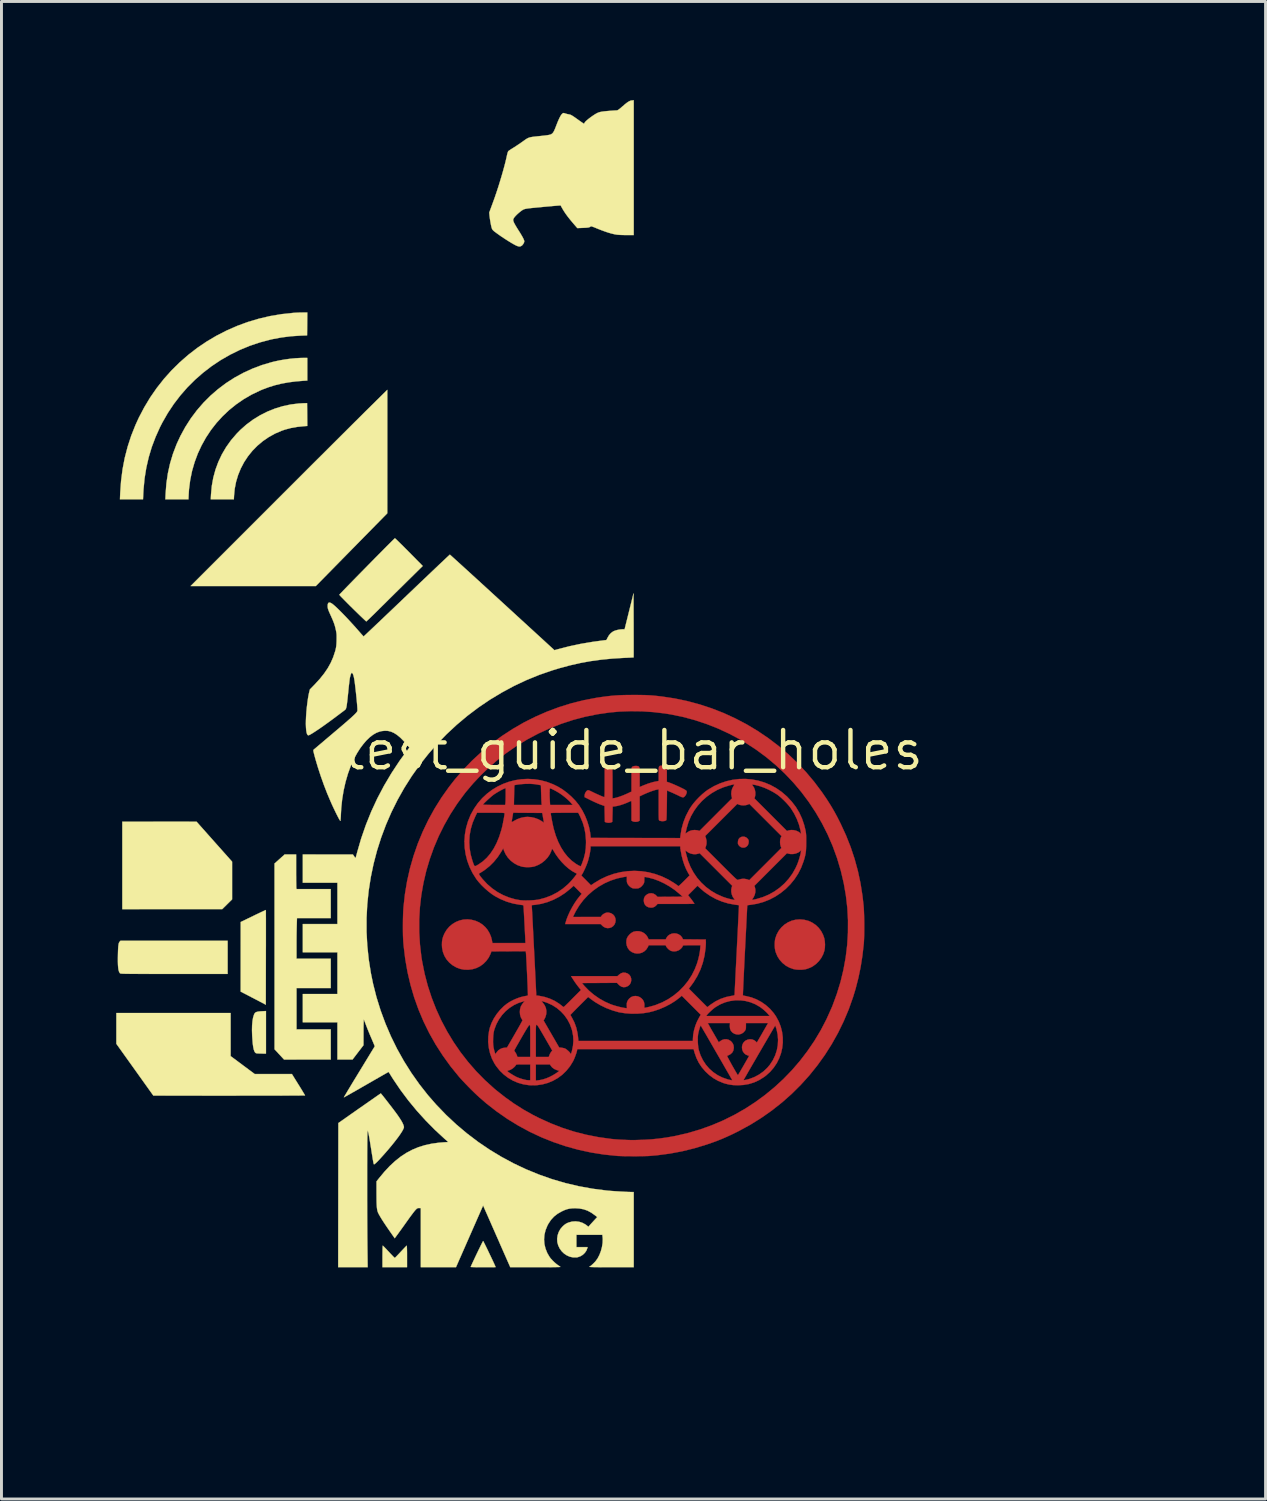
<source format=kicad_pcb>
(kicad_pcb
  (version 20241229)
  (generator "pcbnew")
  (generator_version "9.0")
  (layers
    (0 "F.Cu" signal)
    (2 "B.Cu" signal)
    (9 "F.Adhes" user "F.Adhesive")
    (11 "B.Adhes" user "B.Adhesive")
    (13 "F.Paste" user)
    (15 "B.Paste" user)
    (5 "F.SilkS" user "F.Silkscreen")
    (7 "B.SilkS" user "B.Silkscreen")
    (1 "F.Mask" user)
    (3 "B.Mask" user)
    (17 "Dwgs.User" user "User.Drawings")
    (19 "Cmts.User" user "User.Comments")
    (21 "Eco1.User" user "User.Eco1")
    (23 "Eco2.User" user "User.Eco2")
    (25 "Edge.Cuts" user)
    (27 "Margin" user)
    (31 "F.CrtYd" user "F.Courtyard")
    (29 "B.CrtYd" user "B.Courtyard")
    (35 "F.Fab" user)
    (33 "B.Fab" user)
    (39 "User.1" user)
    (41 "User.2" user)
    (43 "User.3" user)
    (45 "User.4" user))
  (footprint "test_guide_bar_holes"
    (layer "F.Cu")
    (at 18.56 22.548)
    (property "Reference" "test_guide_bar_holes" (at 0 0 0) (layer "F.SilkS") (effects (font (size 1.27 1.27) (thickness 0.15))))
    (attr through_hole)
    (fp_poly (pts (xy 3.796 2.952) (xy 3.853 2.977) (xy 3.899 3.018) (xy 3.923 3.05) (xy 3.934 3.082) (xy 3.937 3.125) (xy 3.937 3.129) (xy 3.926 3.198) (xy 3.897 3.254) (xy 3.852 3.296) (xy 3.797 3.321) (xy 3.735 3.325) (xy 3.676 3.31) (xy 3.635 3.283) (xy 3.599 3.246) (xy 3.574 3.205) (xy 3.567 3.177) (xy 3.571 3.096) (xy 3.593 3.031) (xy 3.633 2.985) (xy 3.69 2.957) (xy 3.729 2.949) (xy 3.796 2.952)) (stroke (width 0.01) (type solid)) (fill yes) (layer "F.Cu"))
    (fp_poly (pts (xy 5.827 5.785) (xy 5.969 5.821) (xy 5.972 5.822) (xy 6.102 5.881) (xy 6.219 5.96) (xy 6.322 6.057) (xy 6.408 6.171) (xy 6.474 6.298) (xy 6.516 6.421) (xy 6.533 6.521) (xy 6.54 6.631) (xy 6.535 6.741) (xy 6.521 6.833) (xy 6.478 6.961) (xy 6.415 7.083) (xy 6.332 7.195) (xy 6.235 7.292) (xy 6.126 7.371) (xy 6.068 7.403) (xy 6.008 7.429) (xy 5.943 7.453) (xy 5.886 7.471) (xy 5.872 7.474) (xy 5.775 7.488) (xy 5.668 7.491) (xy 5.563 7.485) (xy 5.47 7.469) (xy 5.466 7.468) (xy 5.328 7.419) (xy 5.201 7.349) (xy 5.089 7.259) (xy 4.994 7.153) (xy 4.916 7.032) (xy 4.86 6.897) (xy 4.844 6.845) (xy 4.83 6.766) (xy 4.823 6.674) (xy 4.824 6.577) (xy 4.832 6.486) (xy 4.843 6.426) (xy 4.891 6.288) (xy 4.961 6.161) (xy 5.05 6.047) (xy 5.156 5.95) (xy 5.278 5.872) (xy 5.405 5.816) (xy 5.541 5.783) (xy 5.683 5.772) (xy 5.827 5.785)) (stroke (width 0.01) (type solid)) (fill yes) (layer "F.Cu"))
    (fp_poly (pts (xy 1.006 0.527) (xy 1.049 0.527) (xy 1.082 0.53) (xy 1.107 0.537) (xy 1.123 0.553) (xy 1.134 0.581) (xy 1.14 0.623) (xy 1.142 0.682) (xy 1.143 0.761) (xy 1.143 0.827) (xy 1.143 1.077) (xy 1.21 1.099) (xy 1.263 1.118) (xy 1.334 1.147) (xy 1.415 1.181) (xy 1.502 1.22) (xy 1.588 1.26) (xy 1.668 1.299) (xy 1.691 1.31) (xy 1.751 1.342) (xy 1.791 1.368) (xy 1.813 1.388) (xy 1.821 1.402) (xy 1.821 1.445) (xy 1.806 1.494) (xy 1.78 1.542) (xy 1.748 1.582) (xy 1.713 1.606) (xy 1.707 1.608) (xy 1.683 1.608) (xy 1.647 1.598) (xy 1.596 1.576) (xy 1.558 1.557) (xy 1.496 1.527) (xy 1.422 1.493) (xy 1.346 1.458) (xy 1.295 1.436) (xy 1.149 1.373) (xy 1.143 1.871) (xy 1.141 1.981) (xy 1.139 2.084) (xy 1.137 2.176) (xy 1.135 2.255) (xy 1.132 2.317) (xy 1.13 2.36) (xy 1.128 2.382) (xy 1.127 2.383) (xy 1.101 2.403) (xy 1.058 2.416) (xy 1.005 2.421) (xy 0.951 2.418) (xy 0.903 2.407) (xy 0.888 2.4) (xy 0.882 2.396) (xy 0.877 2.389) (xy 0.873 2.378) (xy 0.87 2.359) (xy 0.868 2.331) (xy 0.866 2.291) (xy 0.865 2.236) (xy 0.864 2.165) (xy 0.864 2.075) (xy 0.864 1.964) (xy 0.864 1.861) (xy 0.864 1.335) (xy 0.816 1.342) (xy 0.763 1.353) (xy 0.693 1.374) (xy 0.612 1.401) (xy 0.526 1.434) (xy 0.44 1.469) (xy 0.361 1.504) (xy 0.216 1.573) (xy 0.216 2.4) (xy 0.182 2.422) (xy 0.136 2.439) (xy 0.076 2.444) (xy 0.012 2.438) (xy -0.029 2.422) (xy -0.064 2.4) (xy -0.064 2.062) (xy -0.064 1.957) (xy -0.065 1.875) (xy -0.066 1.814) (xy -0.068 1.771) (xy -0.071 1.745) (xy -0.075 1.733) (xy -0.079 1.731) (xy -0.097 1.739) (xy -0.133 1.755) (xy -0.18 1.775) (xy -0.214 1.791) (xy -0.321 1.833) (xy -0.431 1.87) (xy -0.535 1.898) (xy -0.625 1.914) (xy -0.629 1.915) (xy -0.705 1.924) (xy -0.711 2.184) (xy -0.718 2.444) (xy -0.749 2.46) (xy -0.789 2.472) (xy -0.842 2.476) (xy -0.895 2.472) (xy -0.937 2.461) (xy -0.94 2.46) (xy -0.972 2.444) (xy -0.978 2.173) (xy -0.984 1.902) (xy -1.067 1.873) (xy -1.151 1.842) (xy -1.253 1.799) (xy -1.369 1.746) (xy -1.495 1.685) (xy -1.522 1.671) (xy -1.664 1.6) (xy -1.664 1.547) (xy -1.655 1.494) (xy -1.632 1.441) (xy -1.6 1.396) (xy -1.57 1.372) (xy -1.554 1.366) (xy -1.537 1.365) (xy -1.514 1.37) (xy -1.48 1.384) (xy -1.43 1.408) (xy -1.407 1.419) (xy -1.342 1.451) (xy -1.273 1.483) (xy -1.203 1.515) (xy -1.136 1.544) (xy -1.078 1.569) (xy -1.031 1.588) (xy -1.001 1.598) (xy -0.992 1.6) (xy -0.988 1.592) (xy -0.985 1.565) (xy -0.982 1.519) (xy -0.98 1.453) (xy -0.979 1.365) (xy -0.978 1.255) (xy -0.978 1.12) (xy -0.978 1.098) (xy -0.978 0.596) (xy -0.931 0.576) (xy -0.887 0.565) (xy -0.835 0.561) (xy -0.785 0.565) (xy -0.744 0.576) (xy -0.731 0.584) (xy -0.726 0.59) (xy -0.722 0.602) (xy -0.719 0.623) (xy -0.716 0.653) (xy -0.714 0.696) (xy -0.713 0.754) (xy -0.712 0.829) (xy -0.711 0.924) (xy -0.711 1.04) (xy -0.711 1.121) (xy -0.711 1.642) (xy -0.648 1.633) (xy -0.592 1.622) (xy -0.52 1.601) (xy -0.436 1.573) (xy -0.346 1.539) (xy -0.256 1.501) (xy -0.194 1.473) (xy -0.064 1.411) (xy -0.064 1) (xy -0.063 0.886) (xy -0.063 0.795) (xy -0.062 0.724) (xy -0.061 0.67) (xy -0.059 0.631) (xy -0.056 0.604) (xy -0.052 0.586) (xy -0.047 0.575) (xy -0.041 0.568) (xy -0.041 0.568) (xy -0.007 0.55) (xy 0.041 0.538) (xy 0.095 0.535) (xy 0.132 0.539) (xy 0.156 0.544) (xy 0.175 0.55) (xy 0.19 0.56) (xy 0.2 0.578) (xy 0.208 0.606) (xy 0.212 0.646) (xy 0.215 0.702) (xy 0.216 0.777) (xy 0.216 0.873) (xy 0.216 0.921) (xy 0.216 1.255) (xy 0.327 1.207) (xy 0.502 1.139) (xy 0.663 1.09) (xy 0.752 1.07) (xy 0.864 1.049) (xy 0.864 0.805) (xy 0.864 0.714) (xy 0.865 0.646) (xy 0.869 0.596) (xy 0.877 0.563) (xy 0.891 0.542) (xy 0.912 0.532) (xy 0.943 0.528) (xy 0.984 0.527) (xy 1.006 0.527)) (stroke (width 0.01) (type solid)) (fill yes) (layer "F.Cu"))
    (fp_poly (pts (xy 0.148 -1.885) (xy 0.282 -1.883) (xy 0.401 -1.881) (xy 0.511 -1.876) (xy 0.615 -1.87) (xy 0.721 -1.861) (xy 0.832 -1.849) (xy 0.953 -1.835) (xy 0.965 -1.834) (xy 1.404 -1.768) (xy 1.835 -1.678) (xy 2.26 -1.564) (xy 2.676 -1.427) (xy 3.083 -1.268) (xy 3.479 -1.086) (xy 3.865 -0.884) (xy 4.238 -0.66) (xy 4.599 -0.416) (xy 4.946 -0.153) (xy 5.279 0.13) (xy 5.595 0.431) (xy 5.896 0.751) (xy 6.178 1.087) (xy 6.443 1.441) (xy 6.582 1.645) (xy 6.684 1.803) (xy 6.777 1.954) (xy 6.863 2.103) (xy 6.948 2.259) (xy 7.034 2.429) (xy 7.074 2.508) (xy 7.256 2.904) (xy 7.414 3.302) (xy 7.549 3.707) (xy 7.661 4.118) (xy 7.751 4.539) (xy 7.819 4.972) (xy 7.857 5.309) (xy 7.864 5.401) (xy 7.869 5.512) (xy 7.874 5.638) (xy 7.877 5.774) (xy 7.879 5.916) (xy 7.879 6.058) (xy 7.878 6.197) (xy 7.876 6.326) (xy 7.872 6.443) (xy 7.867 6.542) (xy 7.864 6.591) (xy 7.818 6.999) (xy 7.757 7.39) (xy 7.679 7.768) (xy 7.584 8.138) (xy 7.498 8.421) (xy 7.349 8.841) (xy 7.176 9.25) (xy 6.983 9.646) (xy 6.768 10.03) (xy 6.533 10.4) (xy 6.278 10.755) (xy 6.004 11.096) (xy 5.711 11.42) (xy 5.401 11.728) (xy 5.073 12.018) (xy 4.729 12.29) (xy 4.369 12.543) (xy 3.994 12.777) (xy 3.604 12.99) (xy 3.524 13.03) (xy 3.347 13.117) (xy 3.183 13.192) (xy 3.027 13.26) (xy 2.87 13.323) (xy 2.707 13.383) (xy 2.529 13.445) (xy 2.515 13.45) (xy 2.093 13.579) (xy 1.672 13.683) (xy 1.247 13.763) (xy 0.817 13.82) (xy 0.552 13.843) (xy 0.483 13.847) (xy 0.393 13.849) (xy 0.287 13.852) (xy 0.17 13.853) (xy 0.047 13.854) (xy -0.078 13.853) (xy -0.2 13.852) (xy -0.315 13.851) (xy -0.417 13.848) (xy -0.502 13.845) (xy -0.552 13.842) (xy -1 13.796) (xy -1.442 13.726) (xy -1.877 13.632) (xy -2.304 13.514) (xy -2.723 13.372) (xy -3.133 13.208) (xy -3.532 13.021) (xy -3.921 12.811) (xy -4.298 12.58) (xy -4.663 12.326) (xy -5.015 12.052) (xy -5.251 11.848) (xy -5.337 11.769) (xy -5.433 11.677) (xy -5.535 11.577) (xy -5.638 11.473) (xy -5.738 11.369) (xy -5.831 11.271) (xy -5.912 11.182) (xy -5.952 11.136) (xy -6.239 10.783) (xy -6.502 10.418) (xy -6.744 10.043) (xy -6.962 9.656) (xy -7.157 9.259) (xy -7.329 8.852) (xy -7.478 8.435) (xy -7.603 8.008) (xy -7.705 7.572) (xy -7.783 7.126) (xy -7.838 6.672) (xy -7.85 6.534) (xy -7.855 6.434) (xy -7.86 6.314) (xy -7.862 6.18) (xy -7.863 6.036) (xy -7.862 5.889) (xy -7.861 5.779) (xy -7.306 5.779) (xy -7.306 6.202) (xy -7.281 6.625) (xy -7.232 7.047) (xy -7.206 7.207) (xy -7.122 7.626) (xy -7.014 8.038) (xy -6.882 8.442) (xy -6.728 8.837) (xy -6.552 9.222) (xy -6.354 9.595) (xy -6.135 9.957) (xy -5.896 10.305) (xy -5.637 10.638) (xy -5.359 10.957) (xy -5.062 11.259) (xy -4.747 11.544) (xy -4.686 11.595) (xy -4.382 11.836) (xy -4.075 12.055) (xy -3.76 12.255) (xy -3.43 12.441) (xy -3.219 12.548) (xy -2.827 12.727) (xy -2.427 12.883) (xy -2.021 13.014) (xy -1.607 13.12) (xy -1.185 13.203) (xy -0.754 13.263) (xy -0.724 13.266) (xy -0.634 13.274) (xy -0.53 13.282) (xy -0.417 13.289) (xy -0.301 13.294) (xy -0.187 13.299) (xy -0.082 13.302) (xy 0.009 13.303) (xy 0.081 13.301) (xy 0.083 13.301) (xy 0.134 13.299) (xy 0.202 13.297) (xy 0.279 13.294) (xy 0.358 13.291) (xy 0.373 13.291) (xy 0.61 13.277) (xy 0.861 13.252) (xy 1.119 13.217) (xy 1.377 13.172) (xy 1.454 13.157) (xy 1.871 13.06) (xy 2.28 12.939) (xy 2.678 12.796) (xy 3.066 12.631) (xy 3.442 12.444) (xy 3.806 12.237) (xy 4.156 12.01) (xy 4.493 11.764) (xy 4.815 11.499) (xy 5.122 11.216) (xy 5.412 10.916) (xy 5.685 10.599) (xy 5.94 10.266) (xy 6.177 9.918) (xy 6.394 9.556) (xy 6.59 9.179) (xy 6.765 8.789) (xy 6.794 8.72) (xy 6.943 8.315) (xy 7.069 7.904) (xy 7.169 7.489) (xy 7.245 7.071) (xy 7.296 6.649) (xy 7.322 6.227) (xy 7.324 5.803) (xy 7.301 5.379) (xy 7.252 4.957) (xy 7.179 4.536) (xy 7.081 4.119) (xy 6.958 3.704) (xy 6.947 3.67) (xy 6.799 3.265) (xy 6.628 2.871) (xy 6.435 2.489) (xy 6.222 2.122) (xy 5.988 1.768) (xy 5.734 1.428) (xy 5.461 1.105) (xy 5.169 0.797) (xy 4.859 0.507) (xy 4.532 0.234) (xy 4.188 -0.02) (xy 3.828 -0.255) (xy 3.64 -0.367) (xy 3.269 -0.565) (xy 2.886 -0.742) (xy 2.493 -0.897) (xy 2.093 -1.029) (xy 1.688 -1.138) (xy 1.279 -1.222) (xy 1.067 -1.256) (xy 0.683 -1.301) (xy 0.295 -1.327) (xy -0.094 -1.332) (xy -0.477 -1.318) (xy -0.806 -1.288) (xy -1.229 -1.227) (xy -1.647 -1.142) (xy -2.059 -1.033) (xy -2.464 -0.9) (xy -2.86 -0.745) (xy -3.246 -0.567) (xy -3.62 -0.368) (xy -3.982 -0.148) (xy -4.33 0.094) (xy -4.375 0.127) (xy -4.663 0.356) (xy -4.945 0.604) (xy -5.217 0.867) (xy -5.473 1.14) (xy -5.709 1.419) (xy -5.757 1.48) (xy -6.01 1.824) (xy -6.242 2.182) (xy -6.451 2.55) (xy -6.639 2.929) (xy -6.804 3.317) (xy -6.946 3.714) (xy -7.066 4.117) (xy -7.161 4.526) (xy -7.234 4.94) (xy -7.282 5.358) (xy -7.306 5.779) (xy -7.861 5.779) (xy -7.86 5.743) (xy -7.856 5.605) (xy -7.851 5.479) (xy -7.844 5.371) (xy -7.843 5.36) (xy -7.794 4.911) (xy -7.72 4.468) (xy -7.622 4.033) (xy -7.5 3.606) (xy -7.355 3.187) (xy -7.186 2.778) (xy -6.995 2.378) (xy -6.781 1.99) (xy -6.544 1.612) (xy -6.285 1.247) (xy -6.085 0.991) (xy -5.797 0.658) (xy -5.491 0.343) (xy -5.168 0.046) (xy -4.83 -0.232) (xy -4.477 -0.491) (xy -4.111 -0.729) (xy -3.732 -0.948) (xy -3.341 -1.144) (xy -2.94 -1.319) (xy -2.53 -1.472) (xy -2.112 -1.602) (xy -1.686 -1.708) (xy -1.253 -1.79) (xy -1.129 -1.809) (xy -0.981 -1.829) (xy -0.847 -1.846) (xy -0.722 -1.859) (xy -0.601 -1.869) (xy -0.479 -1.876) (xy -0.348 -1.881) (xy -0.205 -1.884) (xy -0.043 -1.885) (xy -0.006 -1.885) (xy 0.148 -1.885)) (stroke (width 0.01) (type solid)) (fill yes) (layer "F.Cu"))
    (fp_poly (pts (xy 4.045 0.997) (xy 4.261 1.038) (xy 4.472 1.101) (xy 4.677 1.186) (xy 4.873 1.293) (xy 5.059 1.421) (xy 5.234 1.572) (xy 5.243 1.58) (xy 5.405 1.754) (xy 5.545 1.936) (xy 5.661 2.129) (xy 5.756 2.334) (xy 5.83 2.553) (xy 5.87 2.715) (xy 5.88 2.764) (xy 5.887 2.808) (xy 5.892 2.854) (xy 5.896 2.906) (xy 5.898 2.97) (xy 5.898 3.049) (xy 5.898 3.143) (xy 5.897 3.259) (xy 5.894 3.356) (xy 5.889 3.439) (xy 5.879 3.514) (xy 5.865 3.587) (xy 5.846 3.664) (xy 5.82 3.751) (xy 5.803 3.804) (xy 5.723 4.014) (xy 5.621 4.214) (xy 5.499 4.4) (xy 5.358 4.573) (xy 5.201 4.73) (xy 5.029 4.87) (xy 4.844 4.993) (xy 4.647 5.096) (xy 4.439 5.178) (xy 4.224 5.238) (xy 4.002 5.275) (xy 3.978 5.277) (xy 3.93 5.284) (xy 3.898 5.292) (xy 3.886 5.301) (xy 3.886 5.315) (xy 3.884 5.353) (xy 3.881 5.413) (xy 3.877 5.494) (xy 3.872 5.594) (xy 3.866 5.712) (xy 3.859 5.845) (xy 3.852 5.993) (xy 3.844 6.154) (xy 3.835 6.326) (xy 3.826 6.508) (xy 3.816 6.697) (xy 3.809 6.837) (xy 3.799 7.031) (xy 3.79 7.219) (xy 3.781 7.397) (xy 3.773 7.566) (xy 3.766 7.722) (xy 3.759 7.866) (xy 3.753 7.994) (xy 3.748 8.106) (xy 3.744 8.2) (xy 3.741 8.275) (xy 3.739 8.328) (xy 3.738 8.358) (xy 3.738 8.366) (xy 3.753 8.37) (xy 3.787 8.378) (xy 3.833 8.387) (xy 3.849 8.39) (xy 4.029 8.434) (xy 4.202 8.501) (xy 4.368 8.59) (xy 4.522 8.698) (xy 4.663 8.824) (xy 4.787 8.967) (xy 4.866 9.08) (xy 4.958 9.25) (xy 5.028 9.427) (xy 5.074 9.609) (xy 5.098 9.793) (xy 5.1 9.977) (xy 5.08 10.16) (xy 5.039 10.338) (xy 4.976 10.511) (xy 4.894 10.676) (xy 4.791 10.83) (xy 4.668 10.973) (xy 4.526 11.101) (xy 4.461 11.15) (xy 4.295 11.254) (xy 4.122 11.334) (xy 3.941 11.39) (xy 3.751 11.422) (xy 3.563 11.432) (xy 3.407 11.426) (xy 3.266 11.407) (xy 3.131 11.374) (xy 3.066 11.353) (xy 2.892 11.281) (xy 2.734 11.191) (xy 2.587 11.081) (xy 2.454 10.956) (xy 2.334 10.815) (xy 2.234 10.665) (xy 2.154 10.503) (xy 2.09 10.324) (xy 2.07 10.252) (xy 2.056 10.198) (xy -1.918 10.198) (xy -1.918 10.225) (xy -1.923 10.256) (xy -1.936 10.304) (xy -1.955 10.364) (xy -1.979 10.431) (xy -2.005 10.498) (xy -2.031 10.559) (xy -2.056 10.61) (xy -2.059 10.617) (xy -2.164 10.787) (xy -2.287 10.938) (xy -2.425 11.072) (xy -2.578 11.186) (xy -2.743 11.279) (xy -2.918 11.352) (xy -3.103 11.402) (xy -3.295 11.43) (xy -3.492 11.433) (xy -3.558 11.429) (xy -3.75 11.4) (xy -3.934 11.348) (xy -4.11 11.273) (xy -4.275 11.176) (xy -4.427 11.06) (xy -4.543 10.945) (xy -4.297 10.945) (xy -4.291 10.956) (xy -4.267 10.978) (xy -4.225 11.008) (xy -4.172 11.042) (xy -4.113 11.079) (xy -4.052 11.114) (xy -3.996 11.144) (xy -3.952 11.164) (xy -3.881 11.191) (xy -3.803 11.216) (xy -3.724 11.238) (xy -3.652 11.254) (xy -3.593 11.263) (xy -3.572 11.264) (xy -3.518 11.265) (xy -3.518 10.719) (xy -3.327 10.719) (xy -3.327 11.273) (xy -3.242 11.262) (xy -3.183 11.253) (xy -3.116 11.239) (xy -3.061 11.225) (xy -2.961 11.192) (xy -2.852 11.145) (xy -2.744 11.089) (xy -2.646 11.028) (xy -2.626 11.015) (xy -2.526 10.942) (xy -2.607 10.916) (xy -2.699 10.876) (xy -2.771 10.823) (xy -2.815 10.769) (xy -2.848 10.719) (xy -3.327 10.719) (xy -3.518 10.719) (xy -3.759 10.719) (xy -3.853 10.719) (xy -3.924 10.721) (xy -3.973 10.725) (xy -3.997 10.729) (xy -4 10.732) (xy -4.009 10.747) (xy -4.029 10.775) (xy -4.054 10.803) (xy -4.12 10.86) (xy -4.196 10.905) (xy -4.265 10.928) (xy -4.292 10.936) (xy -4.297 10.945) (xy -4.543 10.945) (xy -4.564 10.925) (xy -4.685 10.772) (xy -4.741 10.685) (xy -4.826 10.52) (xy -4.889 10.344) (xy -4.931 10.16) (xy -4.952 9.97) (xy -4.952 9.951) (xy -4.786 9.951) (xy -4.782 10.048) (xy -4.771 10.138) (xy -4.751 10.227) (xy -4.736 10.282) (xy -4.708 10.375) (xy -4.673 10.32) (xy -4.643 10.28) (xy -4.611 10.247) (xy -4.064 10.247) (xy -4.057 10.262) (xy -4.039 10.29) (xy -4.027 10.307) (xy -4 10.351) (xy -3.978 10.398) (xy -3.973 10.411) (xy -3.956 10.465) (xy -3.518 10.465) (xy -3.518 9.919) (xy -3.518 9.913) (xy -3.327 9.913) (xy -3.327 10.465) (xy -2.885 10.465) (xy -2.865 10.405) (xy -2.843 10.356) (xy -2.815 10.309) (xy -2.806 10.296) (xy -2.767 10.248) (xy -3.022 9.805) (xy -3.087 9.693) (xy -3.14 9.602) (xy -3.184 9.528) (xy -3.218 9.471) (xy -3.245 9.429) (xy -3.266 9.399) (xy -3.281 9.381) (xy -3.292 9.371) (xy -3.3 9.369) (xy -3.302 9.369) (xy -3.308 9.371) (xy -3.313 9.376) (xy -3.317 9.386) (xy -3.321 9.403) (xy -3.323 9.429) (xy -3.325 9.468) (xy -3.326 9.52) (xy -3.327 9.588) (xy -3.327 9.675) (xy -3.327 9.782) (xy -3.327 9.913) (xy -3.518 9.913) (xy -3.518 9.787) (xy -3.518 9.678) (xy -3.519 9.59) (xy -3.519 9.521) (xy -3.521 9.468) (xy -3.522 9.429) (xy -3.525 9.403) (xy -3.528 9.386) (xy -3.532 9.377) (xy -3.536 9.373) (xy -3.542 9.373) (xy -3.551 9.378) (xy -3.567 9.397) (xy -3.59 9.429) (xy -3.621 9.477) (xy -3.66 9.541) (xy -3.71 9.624) (xy -3.77 9.727) (xy -3.815 9.805) (xy -3.87 9.9) (xy -3.92 9.989) (xy -3.966 10.068) (xy -4.004 10.136) (xy -4.034 10.19) (xy -4.054 10.227) (xy -4.064 10.245) (xy -4.064 10.247) (xy -4.611 10.247) (xy -4.608 10.244) (xy -4.596 10.233) (xy -4.527 10.188) (xy -4.46 10.162) (xy -4.387 10.15) (xy -4.31 10.144) (xy -4.047 9.69) (xy -3.991 9.592) (xy -3.938 9.5) (xy -3.891 9.417) (xy -3.851 9.346) (xy -3.82 9.288) (xy -3.797 9.247) (xy -3.786 9.224) (xy -3.785 9.22) (xy -3.791 9.2) (xy -3.808 9.172) (xy -3.809 9.171) (xy -3.844 9.102) (xy -3.866 9.019) (xy -3.873 8.929) (xy -3.866 8.839) (xy -3.844 8.757) (xy -3.831 8.728) (xy -3.802 8.679) (xy -3.768 8.63) (xy -3.75 8.609) (xy -3.705 8.56) (xy -3.127 8.56) (xy -3.126 8.568) (xy -3.111 8.59) (xy -3.087 8.618) (xy -3.025 8.703) (xy -2.984 8.798) (xy -2.966 8.899) (xy -2.971 9.001) (xy -2.999 9.102) (xy -3.024 9.154) (xy -3.062 9.222) (xy -2.797 9.681) (xy -2.531 10.141) (xy -2.455 10.149) (xy -2.404 10.158) (xy -2.356 10.169) (xy -2.333 10.177) (xy -2.298 10.197) (xy -2.257 10.228) (xy -2.215 10.264) (xy -2.18 10.299) (xy -2.157 10.329) (xy -2.152 10.339) (xy -2.142 10.359) (xy -2.132 10.358) (xy -2.119 10.335) (xy -2.104 10.288) (xy -2.097 10.265) (xy -2.06 10.087) (xy -2.046 9.915) (xy -2.055 9.744) (xy -2.088 9.571) (xy -2.103 9.516) (xy -2.165 9.347) (xy -2.249 9.188) (xy -2.353 9.041) (xy -2.362 9.031) (xy -2.146 9.031) (xy -2.14 9.046) (xy -2.124 9.075) (xy -2.101 9.115) (xy -2.096 9.123) (xy -2.013 9.284) (xy -1.949 9.459) (xy -1.906 9.648) (xy -1.889 9.769) (xy -1.874 9.919) (xy 2.032 9.919) (xy 2.032 9.86) (xy 2.198 9.86) (xy 2.2 9.959) (xy 2.207 10.058) (xy 2.217 10.149) (xy 2.232 10.224) (xy 2.233 10.23) (xy 2.292 10.409) (xy 2.373 10.575) (xy 2.473 10.728) (xy 2.591 10.865) (xy 2.726 10.985) (xy 2.876 11.087) (xy 3.039 11.168) (xy 3.214 11.229) (xy 3.283 11.246) (xy 3.325 11.255) (xy 3.357 11.261) (xy 3.37 11.264) (xy 3.37 11.255) (xy 3.37 11.253) (xy 3.762 11.253) (xy 3.77 11.257) (xy 3.798 11.254) (xy 3.842 11.246) (xy 3.895 11.233) (xy 3.955 11.217) (xy 3.969 11.213) (xy 4.134 11.15) (xy 4.292 11.065) (xy 4.439 10.96) (xy 4.57 10.837) (xy 4.661 10.729) (xy 4.761 10.576) (xy 4.84 10.411) (xy 4.896 10.239) (xy 4.929 10.061) (xy 4.938 9.881) (xy 4.924 9.7) (xy 4.886 9.522) (xy 4.874 9.484) (xy 4.859 9.442) (xy 4.847 9.411) (xy 4.84 9.398) (xy 4.839 9.398) (xy 4.832 9.409) (xy 4.814 9.439) (xy 4.785 9.488) (xy 4.747 9.553) (xy 4.7 9.632) (xy 4.647 9.724) (xy 4.588 9.825) (xy 4.524 9.935) (xy 4.456 10.051) (xy 4.386 10.172) (xy 4.314 10.295) (xy 4.242 10.418) (xy 4.172 10.541) (xy 4.103 10.659) (xy 4.037 10.773) (xy 3.976 10.878) (xy 3.92 10.975) (xy 3.871 11.061) (xy 3.83 11.133) (xy 3.797 11.19) (xy 3.774 11.23) (xy 3.763 11.251) (xy 3.762 11.253) (xy 3.37 11.253) (xy 3.36 11.23) (xy 3.349 11.211) (xy 3.338 11.192) (xy 3.315 11.152) (xy 3.282 11.094) (xy 3.239 11.019) (xy 3.187 10.93) (xy 3.128 10.827) (xy 3.063 10.713) (xy 2.992 10.59) (xy 2.916 10.459) (xy 2.837 10.322) (xy 2.813 10.281) (xy 2.734 10.144) (xy 2.659 10.013) (xy 2.588 9.89) (xy 2.523 9.777) (xy 2.464 9.675) (xy 2.412 9.587) (xy 2.369 9.513) (xy 2.336 9.455) (xy 2.313 9.416) (xy 2.301 9.396) (xy 2.299 9.394) (xy 2.292 9.401) (xy 2.28 9.427) (xy 2.266 9.468) (xy 2.25 9.52) (xy 2.235 9.577) (xy 2.221 9.634) (xy 2.21 9.687) (xy 2.209 9.695) (xy 2.201 9.769) (xy 2.198 9.86) (xy 2.032 9.86) (xy 2.032 9.85) (xy 2.042 9.707) (xy 2.071 9.555) (xy 2.116 9.4) (xy 2.153 9.309) (xy 2.538 9.309) (xy 2.587 9.395) (xy 2.608 9.433) (xy 2.639 9.488) (xy 2.677 9.555) (xy 2.72 9.629) (xy 2.765 9.706) (xy 2.775 9.724) (xy 2.915 9.966) (xy 2.951 9.936) (xy 3.025 9.888) (xy 3.102 9.863) (xy 3.18 9.861) (xy 3.255 9.881) (xy 3.323 9.923) (xy 3.349 9.948) (xy 3.396 10.01) (xy 3.421 10.076) (xy 3.428 10.151) (xy 3.426 10.174) (xy 3.41 10.254) (xy 3.372 10.319) (xy 3.312 10.372) (xy 3.279 10.391) (xy 3.241 10.41) (xy 3.211 10.424) (xy 3.199 10.429) (xy 3.202 10.441) (xy 3.217 10.471) (xy 3.24 10.516) (xy 3.271 10.573) (xy 3.307 10.639) (xy 3.346 10.711) (xy 3.387 10.784) (xy 3.429 10.857) (xy 3.468 10.925) (xy 3.503 10.985) (xy 3.532 11.034) (xy 3.554 11.069) (xy 3.567 11.086) (xy 3.568 11.087) (xy 3.576 11.076) (xy 3.595 11.046) (xy 3.622 11.001) (xy 3.657 10.942) (xy 3.696 10.874) (xy 3.721 10.831) (xy 3.766 10.753) (xy 3.809 10.678) (xy 3.848 10.61) (xy 3.88 10.554) (xy 3.903 10.513) (xy 3.909 10.502) (xy 3.951 10.428) (xy 3.9 10.413) (xy 3.829 10.38) (xy 3.774 10.33) (xy 3.734 10.269) (xy 3.712 10.199) (xy 3.706 10.127) (xy 3.719 10.055) (xy 3.75 9.987) (xy 3.801 9.93) (xy 3.826 9.91) (xy 3.899 9.875) (xy 3.976 9.861) (xy 4.053 9.868) (xy 4.124 9.896) (xy 4.173 9.932) (xy 4.214 9.972) (xy 4.233 9.942) (xy 4.244 9.923) (xy 4.266 9.885) (xy 4.297 9.832) (xy 4.334 9.768) (xy 4.376 9.696) (xy 4.401 9.652) (xy 4.444 9.576) (xy 4.485 9.505) (xy 4.521 9.443) (xy 4.549 9.393) (xy 4.569 9.36) (xy 4.575 9.35) (xy 4.599 9.309) (xy 4.221 9.309) (xy 3.842 9.309) (xy 3.842 9.416) (xy 3.841 9.47) (xy 3.837 9.507) (xy 3.829 9.536) (xy 3.814 9.563) (xy 3.804 9.578) (xy 3.748 9.638) (xy 3.68 9.678) (xy 3.604 9.698) (xy 3.526 9.697) (xy 3.45 9.676) (xy 3.38 9.632) (xy 3.379 9.631) (xy 3.329 9.574) (xy 3.3 9.506) (xy 3.291 9.423) (xy 3.292 9.392) (xy 3.297 9.309) (xy 2.538 9.309) (xy 2.153 9.309) (xy 2.177 9.249) (xy 2.251 9.107) (xy 2.263 9.088) (xy 2.275 9.068) (xy 2.487 9.068) (xy 4.65 9.068) (xy 4.611 9.018) (xy 4.561 8.962) (xy 4.497 8.901) (xy 4.425 8.838) (xy 4.352 8.782) (xy 4.318 8.757) (xy 4.161 8.667) (xy 3.996 8.6) (xy 3.824 8.555) (xy 3.649 8.533) (xy 3.473 8.534) (xy 3.297 8.558) (xy 3.126 8.604) (xy 2.961 8.673) (xy 2.806 8.764) (xy 2.758 8.799) (xy 2.703 8.844) (xy 2.646 8.895) (xy 2.592 8.946) (xy 2.546 8.992) (xy 2.515 9.029) (xy 2.513 9.032) (xy 2.487 9.068) (xy 2.275 9.068) (xy 2.301 9.026) (xy 1.653 8.378) (xy 1.585 8.436) (xy 1.436 8.55) (xy 1.268 8.656) (xy 1.086 8.751) (xy 0.896 8.833) (xy 0.703 8.898) (xy 0.546 8.939) (xy 0.347 8.972) (xy 0.14 8.989) (xy -0.071 8.99) (xy -0.276 8.975) (xy -0.47 8.945) (xy -0.511 8.936) (xy -0.715 8.877) (xy -0.921 8.799) (xy -1.121 8.702) (xy -1.309 8.591) (xy -1.442 8.496) (xy -1.542 8.42) (xy -1.844 8.721) (xy -1.916 8.793) (xy -1.982 8.86) (xy -2.039 8.918) (xy -2.086 8.967) (xy -2.121 9.003) (xy -2.142 9.025) (xy -2.146 9.031) (xy -2.362 9.031) (xy -2.475 8.91) (xy -2.614 8.794) (xy -2.767 8.697) (xy -2.932 8.621) (xy -2.996 8.598) (xy -3.048 8.582) (xy -3.091 8.569) (xy -3.119 8.561) (xy -3.127 8.56) (xy -3.705 8.56) (xy -3.704 8.558) (xy -3.741 8.567) (xy -3.911 8.62) (xy -4.072 8.695) (xy -4.222 8.791) (xy -4.359 8.905) (xy -4.48 9.036) (xy -4.585 9.183) (xy -4.671 9.342) (xy -4.737 9.513) (xy -4.751 9.561) (xy -4.767 9.636) (xy -4.778 9.727) (xy -4.784 9.836) (xy -4.786 9.951) (xy -4.952 9.951) (xy -4.95 9.779) (xy -4.925 9.591) (xy -4.895 9.463) (xy -4.837 9.305) (xy -4.758 9.149) (xy -4.659 8.998) (xy -4.544 8.858) (xy -4.416 8.731) (xy -4.312 8.648) (xy -4.212 8.583) (xy -4.098 8.523) (xy -3.977 8.47) (xy -3.856 8.427) (xy -3.741 8.398) (xy -3.674 8.386) (xy -3.632 8.379) (xy -3.605 8.368) (xy -3.598 8.361) (xy -3.597 8.346) (xy -3.598 8.308) (xy -3.6 8.25) (xy -3.603 8.176) (xy -3.606 8.087) (xy -3.61 7.987) (xy -3.615 7.878) (xy -3.62 7.763) (xy -3.625 7.645) (xy -3.631 7.527) (xy -3.636 7.412) (xy -3.642 7.301) (xy -3.647 7.199) (xy -3.652 7.108) (xy -3.657 7.031) (xy -3.66 6.969) (xy -3.663 6.928) (xy -3.665 6.912) (xy -3.672 6.858) (xy -4.256 6.861) (xy -4.841 6.864) (xy -4.876 6.956) (xy -4.936 7.077) (xy -5.018 7.189) (xy -5.117 7.289) (xy -5.23 7.371) (xy -5.23 7.371) (xy -5.354 7.432) (xy -5.488 7.472) (xy -5.627 7.49) (xy -5.767 7.487) (xy -5.904 7.462) (xy -6.033 7.415) (xy -6.038 7.412) (xy -6.168 7.337) (xy -6.28 7.245) (xy -6.373 7.138) (xy -6.446 7.017) (xy -6.497 6.885) (xy -6.526 6.743) (xy -6.532 6.642) (xy -6.529 6.539) (xy -6.516 6.45) (xy -6.492 6.364) (xy -6.453 6.271) (xy -6.443 6.248) (xy -6.371 6.128) (xy -6.281 6.022) (xy -6.175 5.933) (xy -6.057 5.861) (xy -5.929 5.809) (xy -5.795 5.778) (xy -5.656 5.77) (xy -5.531 5.783) (xy -5.389 5.819) (xy -5.262 5.874) (xy -5.147 5.949) (xy -5.047 6.04) (xy -4.971 6.134) (xy -4.906 6.245) (xy -4.856 6.364) (xy -4.829 6.467) (xy -4.808 6.579) (xy -3.683 6.579) (xy -3.683 6.544) (xy -3.684 6.521) (xy -3.686 6.477) (xy -3.688 6.415) (xy -3.692 6.337) (xy -3.697 6.248) (xy -3.702 6.149) (xy -3.707 6.043) (xy -3.713 5.934) (xy -3.719 5.825) (xy -3.724 5.719) (xy -3.73 5.617) (xy -3.735 5.525) (xy -3.74 5.443) (xy -3.744 5.376) (xy -3.747 5.326) (xy -3.749 5.296) (xy -3.749 5.289) (xy -3.761 5.287) (xy -3.469 5.287) (xy -3.461 5.396) (xy -3.459 5.426) (xy -3.456 5.479) (xy -3.452 5.552) (xy -3.447 5.644) (xy -3.442 5.752) (xy -3.435 5.875) (xy -3.428 6.01) (xy -3.421 6.156) (xy -3.413 6.31) (xy -3.405 6.471) (xy -3.397 6.636) (xy -3.388 6.805) (xy -3.38 6.973) (xy -3.371 7.14) (xy -3.363 7.304) (xy -3.355 7.463) (xy -3.348 7.614) (xy -3.341 7.755) (xy -3.335 7.886) (xy -3.329 8.002) (xy -3.324 8.104) (xy -3.32 8.188) (xy -3.317 8.253) (xy -3.315 8.296) (xy -3.315 8.316) (xy -3.315 8.316) (xy -3.315 8.367) (xy -3.204 8.382) (xy -3.023 8.419) (xy -2.848 8.477) (xy -2.683 8.553) (xy -2.532 8.648) (xy -2.463 8.701) (xy -2.426 8.731) (xy -2.396 8.753) (xy -2.38 8.763) (xy -2.379 8.763) (xy -2.367 8.754) (xy -2.341 8.73) (xy -2.3 8.691) (xy -2.249 8.641) (xy -2.188 8.582) (xy -2.121 8.515) (xy -2.078 8.472) (xy -1.787 8.181) (xy -1.863 8.088) (xy -1.927 8.005) (xy -1.995 7.911) (xy -2.058 7.815) (xy -2.095 7.757) (xy -2.123 7.709) (xy -0.543 7.709) (xy -0.488 7.659) (xy -0.421 7.611) (xy -0.349 7.588) (xy -0.274 7.591) (xy -0.197 7.618) (xy -0.186 7.624) (xy -0.131 7.668) (xy -0.094 7.725) (xy -0.074 7.791) (xy -0.072 7.86) (xy -0.087 7.927) (xy -0.119 7.988) (xy -0.169 8.036) (xy -0.184 8.046) (xy -0.261 8.079) (xy -0.334 8.086) (xy -0.404 8.069) (xy -0.47 8.026) (xy -0.499 8) (xy -0.559 7.937) (xy -1.157 7.941) (xy -1.755 7.944) (xy -1.659 8.054) (xy -1.511 8.206) (xy -1.344 8.346) (xy -1.163 8.472) (xy -0.971 8.58) (xy -0.775 8.667) (xy -0.705 8.692) (xy -0.632 8.715) (xy -0.55 8.738) (xy -0.466 8.76) (xy -0.386 8.778) (xy -0.316 8.791) (xy -0.262 8.799) (xy -0.252 8.799) (xy -0.219 8.801) (xy -0.225 8.719) (xy -0.224 8.633) (xy -0.201 8.559) (xy -0.157 8.493) (xy -0.137 8.472) (xy -0.072 8.421) (xy 0.000114 8.393) (xy 0.074 8.385) (xy 0.148 8.396) (xy 0.216 8.423) (xy 0.277 8.465) (xy 0.327 8.52) (xy 0.362 8.588) (xy 0.378 8.665) (xy 0.377 8.725) (xy 0.375 8.764) (xy 0.378 8.786) (xy 0.382 8.788) (xy 0.41 8.785) (xy 0.457 8.776) (xy 0.517 8.762) (xy 0.584 8.745) (xy 0.652 8.726) (xy 0.716 8.708) (xy 0.767 8.691) (xy 0.985 8.603) (xy 1.192 8.493) (xy 1.385 8.363) (xy 1.563 8.215) (xy 1.725 8.049) (xy 1.87 7.869) (xy 1.995 7.674) (xy 2.099 7.467) (xy 2.172 7.279) (xy 2.214 7.137) (xy 2.248 6.994) (xy 2.272 6.857) (xy 2.282 6.76) (xy 2.29 6.655) (xy 1.989 6.655) (xy 1.892 6.655) (xy 1.817 6.656) (xy 1.762 6.657) (xy 1.724 6.66) (xy 1.702 6.663) (xy 1.691 6.668) (xy 1.689 6.672) (xy 1.679 6.701) (xy 1.653 6.738) (xy 1.615 6.777) (xy 1.572 6.811) (xy 1.548 6.826) (xy 1.472 6.855) (xy 1.391 6.865) (xy 1.312 6.855) (xy 1.262 6.836) (xy 1.213 6.802) (xy 1.165 6.756) (xy 1.126 6.707) (xy 1.115 6.685) (xy 1.101 6.655) (xy 0.524 6.655) (xy 0.49 6.724) (xy 0.438 6.803) (xy 0.371 6.865) (xy 0.294 6.908) (xy 0.209 6.932) (xy 0.12 6.937) (xy 0.032 6.922) (xy -0.052 6.887) (xy -0.128 6.831) (xy -0.138 6.82) (xy -0.191 6.748) (xy -0.225 6.663) (xy -0.24 6.571) (xy -0.235 6.477) (xy -0.22 6.419) (xy -0.188 6.357) (xy -0.139 6.296) (xy -0.079 6.242) (xy -0.015 6.202) (xy 0.011 6.192) (xy 0.105 6.173) (xy 0.199 6.176) (xy 0.288 6.2) (xy 0.369 6.243) (xy 0.437 6.304) (xy 0.488 6.379) (xy 0.5 6.404) (xy 0.519 6.452) (xy 1.104 6.452) (xy 1.13 6.402) (xy 1.175 6.338) (xy 1.237 6.291) (xy 1.308 6.26) (xy 1.385 6.248) (xy 1.464 6.253) (xy 1.539 6.278) (xy 1.606 6.322) (xy 1.621 6.337) (xy 1.65 6.371) (xy 1.673 6.406) (xy 1.677 6.415) (xy 1.692 6.451) (xy 2.081 6.455) (xy 2.47 6.458) (xy 2.474 6.528) (xy 2.475 6.569) (xy 2.473 6.627) (xy 2.469 6.694) (xy 2.464 6.756) (xy 2.429 7.008) (xy 2.371 7.25) (xy 2.29 7.482) (xy 2.185 7.703) (xy 2.058 7.913) (xy 1.976 8.026) (xy 1.894 8.134) (xy 2.209 8.45) (xy 2.524 8.766) (xy 2.638 8.679) (xy 2.802 8.57) (xy 2.978 8.484) (xy 3.163 8.421) (xy 3.322 8.387) (xy 3.381 8.377) (xy 3.419 8.369) (xy 3.441 8.361) (xy 3.451 8.352) (xy 3.454 8.34) (xy 3.454 8.332) (xy 3.455 8.316) (xy 3.457 8.275) (xy 3.46 8.212) (xy 3.464 8.129) (xy 3.469 8.027) (xy 3.475 7.908) (xy 3.482 7.773) (xy 3.489 7.623) (xy 3.497 7.461) (xy 3.506 7.289) (xy 3.515 7.106) (xy 3.525 6.917) (xy 3.531 6.796) (xy 3.54 6.602) (xy 3.55 6.416) (xy 3.559 6.239) (xy 3.567 6.072) (xy 3.574 5.917) (xy 3.581 5.776) (xy 3.587 5.649) (xy 3.593 5.539) (xy 3.597 5.447) (xy 3.6 5.374) (xy 3.603 5.323) (xy 3.604 5.295) (xy 3.604 5.289) (xy 3.59 5.287) (xy 3.558 5.282) (xy 3.511 5.276) (xy 3.473 5.271) (xy 3.246 5.23) (xy 3.026 5.164) (xy 2.814 5.076) (xy 2.613 4.964) (xy 2.423 4.832) (xy 2.291 4.719) (xy 2.188 4.625) (xy 2.028 4.786) (xy 1.867 4.947) (xy 1.919 5.01) (xy 1.952 5.051) (xy 1.987 5.097) (xy 2.021 5.143) (xy 2.05 5.185) (xy 2.072 5.217) (xy 2.082 5.236) (xy 2.083 5.237) (xy 2.071 5.239) (xy 2.035 5.24) (xy 1.979 5.242) (xy 1.905 5.243) (xy 1.816 5.244) (xy 1.713 5.244) (xy 1.599 5.245) (xy 1.476 5.245) (xy 1.454 5.245) (xy 0.825 5.245) (xy 0.784 5.291) (xy 0.728 5.34) (xy 0.664 5.366) (xy 0.603 5.372) (xy 0.523 5.361) (xy 0.456 5.33) (xy 0.403 5.281) (xy 0.369 5.217) (xy 0.356 5.141) (xy 0.356 5.132) (xy 0.362 5.062) (xy 0.383 5.005) (xy 0.417 4.961) (xy 0.478 4.912) (xy 0.547 4.885) (xy 0.619 4.879) (xy 0.69 4.895) (xy 0.754 4.933) (xy 0.778 4.955) (xy 0.825 5.004) (xy 1.253 5.001) (xy 1.681 4.997) (xy 1.555 4.885) (xy 1.401 4.76) (xy 1.233 4.646) (xy 1.057 4.546) (xy 0.877 4.461) (xy 0.697 4.394) (xy 0.522 4.348) (xy 0.502 4.344) (xy 0.456 4.335) (xy 0.418 4.328) (xy 0.4 4.324) (xy 0.387 4.324) (xy 0.38 4.331) (xy 0.376 4.352) (xy 0.375 4.39) (xy 0.375 4.418) (xy 0.373 4.472) (xy 0.369 4.51) (xy 0.357 4.541) (xy 0.338 4.576) (xy 0.336 4.579) (xy 0.287 4.639) (xy 0.236 4.68) (xy 0.2 4.7) (xy 0.168 4.712) (xy 0.13 4.717) (xy 0.077 4.718) (xy 0.076 4.718) (xy 0.023 4.717) (xy -0.015 4.712) (xy -0.047 4.7) (xy -0.083 4.68) (xy -0.083 4.68) (xy -0.144 4.63) (xy -0.184 4.579) (xy -0.203 4.544) (xy -0.215 4.514) (xy -0.221 4.478) (xy -0.222 4.429) (xy -0.222 4.413) (xy -0.222 4.31) (xy -0.33 4.327) (xy -0.555 4.375) (xy -0.774 4.447) (xy -0.985 4.541) (xy -1.185 4.656) (xy -1.373 4.79) (xy -1.547 4.943) (xy -1.705 5.112) (xy -1.845 5.297) (xy -1.96 5.486) (xy -1.988 5.54) (xy -2.013 5.59) (xy -2.033 5.63) (xy -2.038 5.642) (xy -2.058 5.69) (xy -1.584 5.689) (xy -1.111 5.689) (xy -1.083 5.646) (xy -1.049 5.61) (xy -0.998 5.575) (xy -0.984 5.569) (xy -0.939 5.548) (xy -0.902 5.54) (xy -0.86 5.539) (xy -0.842 5.541) (xy -0.763 5.561) (xy -0.697 5.601) (xy -0.647 5.657) (xy -0.615 5.727) (xy -0.604 5.804) (xy -0.616 5.884) (xy -0.646 5.951) (xy -0.692 6.005) (xy -0.75 6.044) (xy -0.816 6.066) (xy -0.887 6.07) (xy -0.957 6.055) (xy -1.025 6.018) (xy -1.062 5.985) (xy -1.115 5.931) (xy -2.325 5.931) (xy -2.316 5.896) (xy -2.28 5.775) (xy -2.228 5.642) (xy -2.164 5.502) (xy -2.09 5.361) (xy -2.009 5.225) (xy -1.924 5.099) (xy -1.841 4.993) (xy -1.763 4.899) (xy -1.899 4.762) (xy -2.036 4.625) (xy -2.156 4.732) (xy -2.333 4.874) (xy -2.523 4.997) (xy -2.722 5.1) (xy -2.929 5.182) (xy -3.14 5.241) (xy -3.352 5.276) (xy -3.377 5.278) (xy -3.469 5.287) (xy -3.761 5.287) (xy -3.763 5.287) (xy -3.796 5.282) (xy -3.843 5.276) (xy -3.88 5.271) (xy -4.102 5.231) (xy -4.32 5.167) (xy -4.533 5.079) (xy -4.718 4.981) (xy -4.831 4.907) (xy -4.949 4.816) (xy -5.066 4.714) (xy -5.177 4.607) (xy -5.276 4.498) (xy -5.358 4.395) (xy -5.359 4.392) (xy -5.469 4.218) (xy -5.269 4.218) (xy -5.261 4.24) (xy -5.238 4.277) (xy -5.2 4.328) (xy -5.144 4.397) (xy -5.143 4.399) (xy -4.989 4.565) (xy -4.819 4.712) (xy -4.636 4.839) (xy -4.441 4.944) (xy -4.236 5.027) (xy -4.023 5.088) (xy -3.859 5.117) (xy -3.782 5.123) (xy -3.688 5.126) (xy -3.583 5.125) (xy -3.475 5.121) (xy -3.372 5.113) (xy -3.28 5.103) (xy -3.219 5.093) (xy -2.999 5.033) (xy -2.789 4.952) (xy -2.591 4.848) (xy -2.406 4.724) (xy -2.236 4.578) (xy -2.183 4.526) (xy -2.141 4.481) (xy -2.095 4.43) (xy -2.05 4.377) (xy -2.008 4.325) (xy -1.972 4.279) (xy -1.968 4.274) (xy -1.775 4.274) (xy -1.61 4.44) (xy -1.445 4.607) (xy -1.326 4.527) (xy -1.115 4.401) (xy -0.895 4.298) (xy -0.668 4.218) (xy -0.436 4.161) (xy -0.2 4.127) (xy 0.038 4.116) (xy 0.275 4.128) (xy 0.511 4.164) (xy 0.743 4.223) (xy 0.97 4.305) (xy 1.19 4.41) (xy 1.375 4.521) (xy 1.426 4.555) (xy 1.47 4.586) (xy 1.502 4.609) (xy 1.517 4.622) (xy 1.518 4.623) (xy 1.536 4.635) (xy 1.541 4.636) (xy 1.554 4.627) (xy 1.582 4.603) (xy 1.622 4.566) (xy 1.671 4.519) (xy 1.726 4.465) (xy 1.738 4.453) (xy 1.919 4.271) (xy 1.874 4.196) (xy 1.807 4.069) (xy 1.745 3.923) (xy 1.692 3.763) (xy 1.648 3.597) (xy 1.617 3.429) (xy 1.616 3.425) (xy 1.778 3.425) (xy 1.781 3.441) (xy 1.788 3.476) (xy 1.798 3.524) (xy 1.804 3.55) (xy 1.864 3.768) (xy 1.947 3.975) (xy 2.051 4.169) (xy 2.174 4.35) (xy 2.316 4.515) (xy 2.475 4.664) (xy 2.65 4.795) (xy 2.84 4.907) (xy 3.044 4.998) (xy 3.092 5.016) (xy 3.161 5.039) (xy 3.235 5.061) (xy 3.307 5.079) (xy 3.372 5.094) (xy 3.423 5.103) (xy 3.441 5.104) (xy 3.472 5.105) (xy 3.46 5.093) (xy 4.053 5.093) (xy 4.056 5.102) (xy 4.075 5.104) (xy 4.111 5.098) (xy 4.168 5.085) (xy 4.213 5.074) (xy 4.425 5.01) (xy 4.627 4.924) (xy 4.817 4.817) (xy 4.995 4.69) (xy 5.157 4.546) (xy 5.302 4.385) (xy 5.429 4.21) (xy 5.536 4.02) (xy 5.594 3.892) (xy 5.629 3.799) (xy 5.661 3.699) (xy 5.689 3.6) (xy 5.711 3.509) (xy 5.719 3.462) (xy 5.727 3.412) (xy 5.692 3.445) (xy 5.625 3.492) (xy 5.543 3.524) (xy 5.452 3.542) (xy 5.36 3.542) (xy 5.3 3.531) (xy 5.24 3.516) (xy 4.685 4.071) (xy 4.13 4.627) (xy 4.148 4.677) (xy 4.164 4.759) (xy 4.162 4.849) (xy 4.14 4.938) (xy 4.102 5.019) (xy 4.083 5.048) (xy 4.063 5.075) (xy 4.053 5.093) (xy 3.46 5.093) (xy 3.439 5.07) (xy 3.393 5.005) (xy 3.36 4.924) (xy 3.342 4.836) (xy 3.341 4.75) (xy 3.356 4.678) (xy 3.374 4.625) (xy 2.264 3.515) (xy 2.215 3.531) (xy 2.131 3.548) (xy 2.04 3.545) (xy 1.952 3.525) (xy 1.872 3.489) (xy 1.831 3.459) (xy 1.802 3.437) (xy 1.783 3.425) (xy 1.778 3.425) (xy 1.616 3.425) (xy 1.606 3.35) (xy 1.598 3.277) (xy -1.46 3.277) (xy -1.46 3.332) (xy -1.464 3.388) (xy -1.475 3.461) (xy -1.49 3.546) (xy -1.51 3.636) (xy -1.532 3.723) (xy -1.555 3.803) (xy -1.556 3.806) (xy -1.583 3.88) (xy -1.615 3.961) (xy -1.652 4.045) (xy -1.689 4.123) (xy -1.723 4.19) (xy -1.75 4.235) (xy -1.775 4.274) (xy -1.968 4.274) (xy -1.945 4.243) (xy -1.932 4.22) (xy -1.93 4.216) (xy -1.941 4.206) (xy -1.967 4.191) (xy -1.978 4.186) (xy -2.095 4.12) (xy -2.215 4.033) (xy -2.334 3.929) (xy -2.449 3.81) (xy -2.556 3.681) (xy -2.653 3.545) (xy -2.703 3.462) (xy -2.732 3.414) (xy -2.755 3.381) (xy -2.77 3.366) (xy -2.774 3.367) (xy -2.782 3.389) (xy -2.795 3.424) (xy -2.801 3.442) (xy -2.852 3.554) (xy -2.925 3.661) (xy -3.016 3.758) (xy -3.121 3.843) (xy -3.237 3.911) (xy -3.359 3.96) (xy -3.391 3.97) (xy -3.469 3.984) (xy -3.561 3.99) (xy -3.658 3.99) (xy -3.749 3.982) (xy -3.81 3.971) (xy -3.946 3.924) (xy -4.071 3.855) (xy -4.184 3.768) (xy -4.281 3.664) (xy -4.359 3.547) (xy -4.417 3.418) (xy -4.418 3.414) (xy -4.44 3.349) (xy -4.507 3.464) (xy -4.625 3.643) (xy -4.758 3.807) (xy -4.903 3.952) (xy -5.059 4.077) (xy -5.113 4.115) (xy -5.166 4.148) (xy -5.211 4.177) (xy -5.245 4.198) (xy -5.262 4.207) (xy -5.263 4.208) (xy -5.269 4.218) (xy -5.469 4.218) (xy -5.485 4.192) (xy -5.588 3.984) (xy -5.667 3.769) (xy -5.723 3.548) (xy -5.755 3.325) (xy -5.762 3.121) (xy -5.599 3.121) (xy -5.587 3.341) (xy -5.55 3.562) (xy -5.488 3.782) (xy -5.459 3.864) (xy -5.441 3.91) (xy -5.426 3.94) (xy -5.408 3.953) (xy -5.385 3.951) (xy -5.35 3.935) (xy -5.299 3.906) (xy -5.279 3.894) (xy -5.133 3.792) (xy -4.998 3.668) (xy -4.875 3.522) (xy -4.764 3.355) (xy -4.665 3.166) (xy -4.579 2.957) (xy -4.506 2.728) (xy -4.484 2.645) (xy -4.469 2.583) (xy -4.454 2.511) (xy -4.441 2.449) (xy -4.153 2.449) (xy -4.143 2.449) (xy -4.118 2.438) (xy -4.082 2.417) (xy -4.075 2.413) (xy -3.96 2.352) (xy -3.833 2.306) (xy -3.703 2.28) (xy -3.611 2.274) (xy -3.488 2.283) (xy -3.363 2.311) (xy -3.244 2.355) (xy -3.137 2.413) (xy -3.105 2.435) (xy -3.076 2.457) (xy -3.057 2.47) (xy -3.053 2.472) (xy -3.055 2.459) (xy -3.06 2.427) (xy -3.067 2.378) (xy -3.077 2.319) (xy -3.08 2.305) (xy -3.106 2.145) (xy -2.819 2.145) (xy -2.817 2.172) (xy -2.81 2.219) (xy -2.799 2.281) (xy -2.786 2.353) (xy -2.771 2.43) (xy -2.756 2.507) (xy -2.74 2.58) (xy -2.726 2.643) (xy -2.716 2.684) (xy -2.647 2.914) (xy -2.564 3.124) (xy -2.468 3.316) (xy -2.359 3.487) (xy -2.238 3.638) (xy -2.105 3.768) (xy -1.96 3.876) (xy -1.892 3.916) (xy -1.851 3.938) (xy -1.818 3.953) (xy -1.8 3.959) (xy -1.799 3.959) (xy -1.789 3.946) (xy -1.773 3.915) (xy -1.755 3.873) (xy -1.75 3.862) (xy -1.689 3.684) (xy -1.646 3.51) (xy -1.622 3.332) (xy -1.615 3.143) (xy -1.617 3.067) (xy -1.634 2.856) (xy -1.671 2.657) (xy -1.728 2.466) (xy -1.808 2.277) (xy -1.823 2.246) (xy -1.88 2.134) (xy -2.35 2.134) (xy -2.467 2.134) (xy -2.572 2.135) (xy -2.66 2.136) (xy -2.731 2.138) (xy -2.783 2.14) (xy -2.813 2.143) (xy -2.819 2.145) (xy -3.106 2.145) (xy -3.107 2.14) (xy -4.101 2.133) (xy -4.108 2.175) (xy -4.113 2.207) (xy -4.121 2.254) (xy -4.131 2.31) (xy -4.134 2.325) (xy -4.142 2.376) (xy -4.149 2.418) (xy -4.153 2.444) (xy -4.153 2.449) (xy -4.441 2.449) (xy -4.438 2.434) (xy -4.424 2.356) (xy -4.411 2.283) (xy -4.401 2.222) (xy -4.395 2.176) (xy -4.394 2.156) (xy -4.396 2.15) (xy -4.401 2.145) (xy -4.414 2.142) (xy -4.435 2.139) (xy -4.468 2.137) (xy -4.515 2.135) (xy -4.578 2.134) (xy -4.66 2.134) (xy -4.763 2.134) (xy -4.863 2.134) (xy -5.332 2.134) (xy -5.395 2.264) (xy -5.484 2.473) (xy -5.547 2.686) (xy -5.586 2.903) (xy -5.599 3.121) (xy -5.762 3.121) (xy -5.763 3.099) (xy -5.747 2.874) (xy -5.707 2.65) (xy -5.643 2.429) (xy -5.555 2.213) (xy -5.544 2.191) (xy -5.432 1.989) (xy -5.339 1.856) (xy -5.131 1.856) (xy -5.119 1.859) (xy -5.084 1.861) (xy -5.031 1.863) (xy -4.961 1.865) (xy -4.878 1.866) (xy -4.786 1.867) (xy -4.752 1.867) (xy -4.372 1.867) (xy -4.075 1.867) (xy -3.121 1.867) (xy -3.129 1.838) (xy -3.132 1.818) (xy -3.134 1.776) (xy -3.138 1.717) (xy -3.141 1.643) (xy -3.143 1.56) (xy -3.145 1.502) (xy -3.146 1.481) (xy -2.857 1.481) (xy -2.856 1.562) (xy -2.853 1.65) (xy -2.849 1.724) (xy -2.841 1.867) (xy -2.069 1.867) (xy -2.123 1.802) (xy -2.18 1.741) (xy -2.252 1.673) (xy -2.334 1.603) (xy -2.419 1.536) (xy -2.49 1.486) (xy -2.545 1.45) (xy -2.606 1.414) (xy -2.668 1.379) (xy -2.727 1.349) (xy -2.778 1.324) (xy -2.818 1.307) (xy -2.842 1.301) (xy -2.845 1.302) (xy -2.851 1.318) (xy -2.854 1.356) (xy -2.857 1.411) (xy -2.857 1.481) (xy -3.146 1.481) (xy -3.154 1.195) (xy -3.212 1.183) (xy -3.365 1.157) (xy -3.524 1.146) (xy -3.683 1.148) (xy -3.752 1.152) (xy -3.824 1.158) (xy -3.894 1.165) (xy -3.957 1.174) (xy -4.009 1.182) (xy -4.044 1.19) (xy -4.058 1.197) (xy -4.059 1.21) (xy -4.06 1.245) (xy -4.062 1.299) (xy -4.064 1.368) (xy -4.066 1.449) (xy -4.068 1.534) (xy -4.075 1.867) (xy -4.372 1.867) (xy -4.364 1.8) (xy -4.362 1.765) (xy -4.359 1.71) (xy -4.358 1.642) (xy -4.356 1.566) (xy -4.356 1.514) (xy -4.356 1.294) (xy -4.385 1.302) (xy -4.42 1.316) (xy -4.471 1.341) (xy -4.532 1.373) (xy -4.598 1.411) (xy -4.663 1.449) (xy -4.722 1.487) (xy -4.756 1.509) (xy -4.794 1.538) (xy -4.841 1.577) (xy -4.893 1.622) (xy -4.948 1.671) (xy -5.001 1.72) (xy -5.049 1.766) (xy -5.089 1.806) (xy -5.117 1.836) (xy -5.13 1.854) (xy -5.131 1.856) (xy -5.339 1.856) (xy -5.303 1.804) (xy -5.157 1.636) (xy -4.996 1.486) (xy -4.823 1.355) (xy -4.638 1.242) (xy -4.444 1.149) (xy -4.241 1.075) (xy -4.033 1.022) (xy -3.819 0.99) (xy -3.602 0.979) (xy -3.384 0.991) (xy -3.166 1.024) (xy -2.95 1.081) (xy -2.738 1.162) (xy -2.575 1.242) (xy -2.417 1.337) (xy -2.262 1.453) (xy -2.114 1.582) (xy -1.979 1.72) (xy -1.864 1.862) (xy -1.851 1.88) (xy -1.745 2.046) (xy -1.652 2.227) (xy -1.575 2.418) (xy -1.515 2.611) (xy -1.475 2.803) (xy -1.464 2.896) (xy -1.454 2.991) (xy 0.072 2.994) (xy 1.598 2.997) (xy 1.606 2.927) (xy 2.452 2.927) (xy 2.477 2.997) (xy 2.498 3.096) (xy 2.496 3.197) (xy 2.477 3.277) (xy 2.452 3.346) (xy 2.995 3.89) (xy 3.11 4.005) (xy 3.209 4.104) (xy 3.293 4.187) (xy 3.363 4.255) (xy 3.42 4.31) (xy 3.465 4.353) (xy 3.5 4.384) (xy 3.527 4.406) (xy 3.545 4.419) (xy 3.557 4.425) (xy 3.562 4.425) (xy 3.589 4.417) (xy 3.629 4.405) (xy 3.651 4.399) (xy 3.722 4.387) (xy 3.801 4.389) (xy 3.878 4.403) (xy 3.911 4.415) (xy 3.955 4.433) (xy 4.503 3.885) (xy 5.051 3.337) (xy 5.026 3.272) (xy 5.011 3.211) (xy 5.006 3.14) (xy 5.009 3.067) (xy 5.023 3.003) (xy 5.035 2.973) (xy 5.057 2.93) (xy 3.959 1.832) (xy 3.903 1.856) (xy 3.841 1.874) (xy 3.766 1.882) (xy 3.689 1.878) (xy 3.621 1.864) (xy 3.602 1.856) (xy 3.547 1.832) (xy 2.452 2.927) (xy 1.606 2.927) (xy 1.606 2.924) (xy 1.62 2.839) (xy 1.78 2.839) (xy 1.788 2.838) (xy 1.811 2.823) (xy 1.821 2.815) (xy 1.864 2.787) (xy 1.912 2.76) (xy 1.923 2.755) (xy 2.003 2.731) (xy 2.091 2.722) (xy 2.176 2.73) (xy 2.193 2.734) (xy 2.259 2.752) (xy 2.814 2.196) (xy 3.37 1.64) (xy 3.355 1.59) (xy 3.34 1.498) (xy 3.347 1.401) (xy 3.374 1.306) (xy 3.418 1.222) (xy 3.435 1.197) (xy 3.443 1.179) (xy 3.44 1.173) (xy 4.055 1.173) (xy 4.057 1.187) (xy 4.073 1.209) (xy 4.073 1.21) (xy 4.117 1.274) (xy 4.147 1.353) (xy 4.163 1.44) (xy 4.162 1.526) (xy 4.15 1.587) (xy 4.132 1.645) (xy 4.686 2.2) (xy 5.241 2.755) (xy 5.303 2.735) (xy 5.383 2.722) (xy 5.468 2.726) (xy 5.554 2.745) (xy 5.63 2.779) (xy 5.69 2.823) (xy 5.711 2.843) (xy 5.723 2.852) (xy 5.724 2.852) (xy 5.723 2.84) (xy 5.717 2.808) (xy 5.709 2.762) (xy 5.703 2.733) (xy 5.652 2.539) (xy 5.579 2.346) (xy 5.487 2.16) (xy 5.379 1.987) (xy 5.375 1.981) (xy 5.307 1.894) (xy 5.225 1.8) (xy 5.133 1.706) (xy 5.04 1.619) (xy 4.95 1.545) (xy 4.911 1.515) (xy 4.775 1.429) (xy 4.625 1.349) (xy 4.469 1.28) (xy 4.313 1.225) (xy 4.165 1.187) (xy 4.165 1.186) (xy 4.116 1.178) (xy 4.079 1.173) (xy 4.057 1.173) (xy 4.055 1.173) (xy 3.44 1.173) (xy 3.438 1.171) (xy 3.418 1.17) (xy 3.381 1.176) (xy 3.323 1.19) (xy 3.277 1.201) (xy 3.066 1.267) (xy 2.865 1.354) (xy 2.677 1.462) (xy 2.502 1.588) (xy 2.342 1.731) (xy 2.199 1.89) (xy 2.074 2.063) (xy 1.968 2.248) (xy 1.883 2.445) (xy 1.821 2.652) (xy 1.81 2.699) (xy 1.799 2.75) (xy 1.789 2.793) (xy 1.782 2.822) (xy 1.782 2.825) (xy 1.78 2.839) (xy 1.62 2.839) (xy 1.644 2.69) (xy 1.706 2.463) (xy 1.793 2.242) (xy 1.902 2.031) (xy 1.971 1.922) (xy 2.045 1.821) (xy 2.137 1.713) (xy 2.239 1.606) (xy 2.347 1.504) (xy 2.454 1.414) (xy 2.545 1.348) (xy 2.746 1.229) (xy 2.954 1.133) (xy 3.168 1.06) (xy 3.386 1.01) (xy 3.606 0.983) (xy 3.826 0.979) (xy 4.045 0.997)) (stroke (width 0.01) (type solid)) (fill yes) (layer "F.Cu"))
    (fp_poly (pts (xy 0.156 -3.17) (xy 0.231 -3.166) (xy 0.32 -3.163) (xy 0.412 -3.159) (xy 0.495 -3.155) (xy 0.605 -3.15) (xy 0.733 -3.14) (xy 0.872 -3.128) (xy 1.016 -3.114) (xy 1.157 -3.098) (xy 1.288 -3.081) (xy 1.349 -3.073) (xy 1.816 -2.992) (xy 2.277 -2.887) (xy 2.731 -2.758) (xy 3.177 -2.606) (xy 3.613 -2.431) (xy 4.04 -2.234) (xy 4.457 -2.015) (xy 4.861 -1.775) (xy 5.254 -1.514) (xy 5.632 -1.232) (xy 5.997 -0.931) (xy 6.347 -0.611) (xy 6.681 -0.272) (xy 6.997 0.085) (xy 7.182 0.311) (xy 7.467 0.693) (xy 7.731 1.088) (xy 7.974 1.497) (xy 8.195 1.918) (xy 8.394 2.349) (xy 8.571 2.79) (xy 8.724 3.239) (xy 8.853 3.696) (xy 8.958 4.159) (xy 9.009 4.439) (xy 9.038 4.618) (xy 9.062 4.784) (xy 9.081 4.943) (xy 9.096 5.098) (xy 9.108 5.255) (xy 9.116 5.42) (xy 9.122 5.595) (xy 9.124 5.788) (xy 9.125 5.95) (xy 9.124 6.16) (xy 9.121 6.349) (xy 9.115 6.523) (xy 9.106 6.686) (xy 9.094 6.842) (xy 9.078 6.998) (xy 9.058 7.157) (xy 9.033 7.324) (xy 9.009 7.474) (xy 8.919 7.941) (xy 8.804 8.401) (xy 8.666 8.854) (xy 8.505 9.297) (xy 8.321 9.731) (xy 8.115 10.155) (xy 7.888 10.567) (xy 7.639 10.967) (xy 7.37 11.354) (xy 7.082 11.727) (xy 6.774 12.085) (xy 6.447 12.428) (xy 6.101 12.754) (xy 5.738 13.063) (xy 5.461 13.278) (xy 5.074 13.551) (xy 4.672 13.804) (xy 4.258 14.036) (xy 3.833 14.246) (xy 3.398 14.433) (xy 2.956 14.598) (xy 2.507 14.738) (xy 2.324 14.788) (xy 2.008 14.865) (xy 1.694 14.929) (xy 1.376 14.981) (xy 1.051 15.023) (xy 0.713 15.054) (xy 0.357 15.076) (xy 0.219 15.082) (xy 0 15.09) (xy 0 13.86) (xy -0.289 13.852) (xy -0.709 13.828) (xy -1.13 13.779) (xy -1.551 13.706) (xy -1.969 13.609) (xy -2.384 13.489) (xy -2.792 13.347) (xy -3.192 13.182) (xy -3.583 12.995) (xy -3.908 12.82) (xy -4.214 12.635) (xy -4.504 12.443) (xy -4.78 12.24) (xy -5.049 12.022) (xy -5.315 11.786) (xy -5.557 11.551) (xy -5.765 11.338) (xy -5.954 11.13) (xy -6.129 10.923) (xy -6.294 10.712) (xy -6.453 10.492) (xy -6.536 10.37) (xy -6.773 9.993) (xy -6.987 9.605) (xy -7.179 9.207) (xy -7.348 8.799) (xy -7.494 8.384) (xy -7.616 7.961) (xy -7.714 7.531) (xy -7.788 7.097) (xy -7.838 6.659) (xy -7.863 6.218) (xy -7.863 6.172) (xy -7.306 6.172) (xy -7.286 6.572) (xy -7.257 6.858) (xy -7.192 7.283) (xy -7.104 7.701) (xy -6.992 8.111) (xy -6.857 8.512) (xy -6.699 8.904) (xy -6.52 9.285) (xy -6.32 9.655) (xy -6.099 10.012) (xy -5.857 10.356) (xy -5.596 10.686) (xy -5.316 11.001) (xy -5.018 11.3) (xy -4.701 11.583) (xy -4.368 11.847) (xy -4.063 12.062) (xy -3.863 12.192) (xy -3.665 12.311) (xy -3.461 12.424) (xy -3.241 12.537) (xy -3.232 12.541) (xy -2.839 12.722) (xy -2.439 12.878) (xy -2.031 13.01) (xy -1.618 13.118) (xy -1.199 13.201) (xy -0.776 13.26) (xy -0.35 13.293) (xy -0.286 13.296) (xy -0.209 13.299) (xy -0.14 13.302) (xy -0.082 13.305) (xy -0.042 13.306) (xy -0.022 13.308) (xy -0.022 13.308) (xy -0.019 13.307) (xy -0.016 13.303) (xy -0.013 13.296) (xy -0.011 13.283) (xy -0.009 13.263) (xy -0.007 13.235) (xy -0.006 13.197) (xy -0.004 13.149) (xy -0.003 13.089) (xy -0.002 13.015) (xy -0.002 12.927) (xy -0.001 12.822) (xy -0.001 12.701) (xy -0.000405 12.56) (xy -0.000202 12.4) (xy -0.00008 12.219) (xy -0.000019 12.015) (xy -0.000001 11.787) (xy 0 11.754) (xy 0 10.198) (xy -1.918 10.198) (xy -1.918 10.225) (xy -1.922 10.248) (xy -1.932 10.288) (xy -1.948 10.34) (xy -1.963 10.387) (xy -2.036 10.568) (xy -2.13 10.736) (xy -2.242 10.888) (xy -2.371 11.024) (xy -2.515 11.143) (xy -2.672 11.243) (xy -2.841 11.323) (xy -3.019 11.382) (xy -3.206 11.42) (xy -3.399 11.434) (xy -3.556 11.428) (xy -3.749 11.4) (xy -3.933 11.348) (xy -4.106 11.276) (xy -4.266 11.184) (xy -4.414 11.074) (xy -4.546 10.947) (xy -4.55 10.942) (xy -4.312 10.942) (xy -4.223 11.008) (xy -4.125 11.072) (xy -4.017 11.131) (xy -3.903 11.181) (xy -3.789 11.222) (xy -3.68 11.25) (xy -3.584 11.263) (xy -3.566 11.264) (xy -3.518 11.265) (xy -3.518 10.719) (xy -3.327 10.719) (xy -3.327 11.273) (xy -3.248 11.263) (xy -3.195 11.254) (xy -3.131 11.241) (xy -3.069 11.227) (xy -3.067 11.226) (xy -2.979 11.198) (xy -2.88 11.157) (xy -2.779 11.107) (xy -2.683 11.053) (xy -2.619 11.01) (xy -2.526 10.942) (xy -2.608 10.916) (xy -2.699 10.876) (xy -2.771 10.823) (xy -2.815 10.769) (xy -2.848 10.719) (xy -3.327 10.719) (xy -3.518 10.719) (xy -3.985 10.719) (xy -4.021 10.766) (xy -4.087 10.838) (xy -4.166 10.89) (xy -4.26 10.927) (xy -4.312 10.942) (xy -4.55 10.942) (xy -4.663 10.805) (xy -4.761 10.649) (xy -4.841 10.482) (xy -4.9 10.303) (xy -4.938 10.116) (xy -4.953 9.921) (xy -4.953 9.9) (xy -4.788 9.9) (xy -4.785 10.007) (xy -4.776 10.1) (xy -4.759 10.19) (xy -4.735 10.284) (xy -4.708 10.375) (xy -4.673 10.32) (xy -4.643 10.28) (xy -4.609 10.245) (xy -4.061 10.245) (xy -4.051 10.27) (xy -4.029 10.303) (xy -4.002 10.347) (xy -3.979 10.394) (xy -3.973 10.412) (xy -3.956 10.465) (xy -3.518 10.465) (xy -3.518 9.919) (xy -3.518 9.916) (xy -3.327 9.916) (xy -3.327 10.465) (xy -2.885 10.465) (xy -2.865 10.405) (xy -2.843 10.356) (xy -2.815 10.309) (xy -2.806 10.297) (xy -2.767 10.248) (xy -3.022 9.805) (xy -3.087 9.693) (xy -3.141 9.601) (xy -3.184 9.528) (xy -3.219 9.471) (xy -3.246 9.429) (xy -3.266 9.399) (xy -3.281 9.381) (xy -3.293 9.371) (xy -3.301 9.369) (xy -3.303 9.369) (xy -3.309 9.371) (xy -3.314 9.376) (xy -3.318 9.386) (xy -3.321 9.403) (xy -3.323 9.43) (xy -3.325 9.469) (xy -3.326 9.521) (xy -3.327 9.59) (xy -3.327 9.677) (xy -3.327 9.785) (xy -3.327 9.916) (xy -3.518 9.916) (xy -3.518 9.787) (xy -3.518 9.678) (xy -3.519 9.59) (xy -3.519 9.521) (xy -3.521 9.468) (xy -3.522 9.429) (xy -3.525 9.403) (xy -3.528 9.386) (xy -3.532 9.377) (xy -3.536 9.373) (xy -3.541 9.373) (xy -3.551 9.379) (xy -3.567 9.397) (xy -3.591 9.43) (xy -3.622 9.479) (xy -3.662 9.546) (xy -3.713 9.63) (xy -3.774 9.735) (xy -3.804 9.789) (xy -3.859 9.883) (xy -3.909 9.971) (xy -3.955 10.05) (xy -3.994 10.117) (xy -4.024 10.171) (xy -4.046 10.208) (xy -4.056 10.225) (xy -4.056 10.226) (xy -4.061 10.245) (xy -4.609 10.245) (xy -4.608 10.244) (xy -4.596 10.233) (xy -4.527 10.188) (xy -4.46 10.162) (xy -4.387 10.15) (xy -4.31 10.144) (xy -4.046 9.687) (xy -3.781 9.229) (xy -3.824 9.145) (xy -3.844 9.106) (xy -3.856 9.074) (xy -3.863 9.041) (xy -3.866 9.001) (xy -3.867 8.944) (xy -3.867 8.928) (xy -3.867 8.866) (xy -3.864 8.822) (xy -3.858 8.789) (xy -3.847 8.759) (xy -3.832 8.728) (xy -3.803 8.679) (xy -3.768 8.631) (xy -3.75 8.609) (xy -3.711 8.566) (xy -3.129 8.566) (xy -3.121 8.579) (xy -3.099 8.605) (xy -3.082 8.623) (xy -3.021 8.709) (xy -2.982 8.805) (xy -2.965 8.906) (xy -2.972 9.009) (xy -3.002 9.109) (xy -3.024 9.154) (xy -3.062 9.222) (xy -2.796 9.681) (xy -2.53 10.141) (xy -2.456 10.149) (xy -2.405 10.157) (xy -2.356 10.169) (xy -2.334 10.176) (xy -2.299 10.196) (xy -2.257 10.227) (xy -2.215 10.264) (xy -2.18 10.299) (xy -2.157 10.329) (xy -2.152 10.339) (xy -2.142 10.359) (xy -2.132 10.358) (xy -2.119 10.335) (xy -2.104 10.288) (xy -2.097 10.265) (xy -2.06 10.079) (xy -2.047 9.895) (xy -2.059 9.714) (xy -2.095 9.539) (xy -2.154 9.369) (xy -2.237 9.208) (xy -2.342 9.057) (xy -2.368 9.027) (xy -2.15 9.027) (xy -2.092 9.127) (xy -2.012 9.283) (xy -1.952 9.446) (xy -1.91 9.619) (xy -1.889 9.769) (xy -1.874 9.919) (xy 0 9.919) (xy 0 8.995) (xy -0.137 8.987) (xy -0.367 8.961) (xy -0.597 8.911) (xy -0.823 8.838) (xy -1.042 8.744) (xy -1.25 8.629) (xy -1.442 8.496) (xy -1.543 8.42) (xy -1.846 8.723) (xy -2.15 9.027) (xy -2.368 9.027) (xy -2.425 8.962) (xy -2.564 8.834) (xy -2.714 8.727) (xy -2.875 8.643) (xy -3.045 8.582) (xy -3.104 8.567) (xy -3.122 8.563) (xy -3.129 8.566) (xy -3.711 8.566) (xy -3.704 8.558) (xy -3.741 8.567) (xy -3.878 8.609) (xy -4.018 8.67) (xy -4.154 8.746) (xy -4.245 8.809) (xy -4.385 8.929) (xy -4.507 9.067) (xy -4.609 9.22) (xy -4.69 9.386) (xy -4.729 9.496) (xy -4.757 9.594) (xy -4.775 9.686) (xy -4.785 9.782) (xy -4.788 9.892) (xy -4.788 9.9) (xy -4.953 9.9) (xy -4.953 9.9) (xy -4.941 9.701) (xy -4.904 9.509) (xy -4.845 9.326) (xy -4.762 9.153) (xy -4.658 8.991) (xy -4.532 8.842) (xy -4.386 8.706) (xy -4.325 8.659) (xy -4.22 8.589) (xy -4.102 8.525) (xy -3.976 8.469) (xy -3.85 8.425) (xy -3.732 8.395) (xy -3.674 8.386) (xy -3.632 8.379) (xy -3.605 8.368) (xy -3.598 8.361) (xy -3.598 8.346) (xy -3.598 8.308) (xy -3.6 8.251) (xy -3.603 8.176) (xy -3.606 8.087) (xy -3.61 7.987) (xy -3.615 7.878) (xy -3.62 7.763) (xy -3.625 7.644) (xy -3.631 7.526) (xy -3.636 7.41) (xy -3.642 7.299) (xy -3.647 7.196) (xy -3.652 7.104) (xy -3.656 7.025) (xy -3.66 6.963) (xy -3.663 6.919) (xy -3.665 6.899) (xy -3.671 6.858) (xy -4.257 6.861) (xy -4.843 6.864) (xy -4.866 6.932) (xy -4.918 7.049) (xy -4.993 7.16) (xy -5.086 7.261) (xy -5.194 7.348) (xy -5.205 7.355) (xy -5.328 7.421) (xy -5.461 7.465) (xy -5.599 7.488) (xy -5.74 7.489) (xy -5.878 7.469) (xy -6.01 7.425) (xy -6.038 7.412) (xy -6.169 7.337) (xy -6.281 7.245) (xy -6.374 7.137) (xy -6.446 7.017) (xy -6.497 6.885) (xy -6.526 6.743) (xy -6.532 6.642) (xy -6.529 6.539) (xy -6.516 6.45) (xy -6.492 6.364) (xy -6.453 6.271) (xy -6.443 6.248) (xy -6.371 6.128) (xy -6.281 6.022) (xy -6.175 5.933) (xy -6.057 5.861) (xy -5.929 5.809) (xy -5.795 5.778) (xy -5.656 5.77) (xy -5.531 5.783) (xy -5.389 5.819) (xy -5.264 5.873) (xy -5.149 5.948) (xy -5.045 6.042) (xy -4.967 6.138) (xy -4.902 6.251) (xy -4.853 6.373) (xy -4.828 6.468) (xy -4.807 6.579) (xy -3.683 6.579) (xy -3.683 6.544) (xy -3.684 6.521) (xy -3.686 6.477) (xy -3.688 6.415) (xy -3.692 6.337) (xy -3.697 6.248) (xy -3.702 6.149) (xy -3.707 6.043) (xy -3.713 5.934) (xy -3.719 5.825) (xy -3.724 5.719) (xy -3.73 5.617) (xy -3.735 5.525) (xy -3.74 5.443) (xy -3.744 5.376) (xy -3.747 5.326) (xy -3.749 5.296) (xy -3.749 5.289) (xy -3.763 5.287) (xy -3.787 5.283) (xy -3.469 5.283) (xy -3.461 5.394) (xy -3.459 5.425) (xy -3.456 5.477) (xy -3.452 5.551) (xy -3.447 5.643) (xy -3.442 5.751) (xy -3.435 5.874) (xy -3.428 6.009) (xy -3.421 6.156) (xy -3.413 6.31) (xy -3.405 6.471) (xy -3.396 6.637) (xy -3.388 6.805) (xy -3.379 6.974) (xy -3.371 7.141) (xy -3.363 7.305) (xy -3.355 7.463) (xy -3.348 7.614) (xy -3.341 7.756) (xy -3.334 7.886) (xy -3.329 8.003) (xy -3.324 8.104) (xy -3.32 8.187) (xy -3.317 8.252) (xy -3.315 8.295) (xy -3.315 8.314) (xy -3.315 8.367) (xy -3.204 8.382) (xy -3.05 8.413) (xy -2.896 8.46) (xy -2.747 8.521) (xy -2.61 8.595) (xy -2.489 8.677) (xy -2.439 8.72) (xy -2.386 8.767) (xy -1.793 8.175) (xy -1.871 8.078) (xy -1.956 7.967) (xy -2.042 7.841) (xy -2.094 7.757) (xy -2.123 7.709) (xy -0.543 7.709) (xy -0.488 7.659) (xy -0.421 7.611) (xy -0.35 7.588) (xy -0.276 7.591) (xy -0.199 7.618) (xy -0.18 7.628) (xy -0.133 7.668) (xy -0.095 7.723) (xy -0.07 7.785) (xy -0.064 7.831) (xy -0.075 7.906) (xy -0.107 7.975) (xy -0.157 8.03) (xy -0.195 8.055) (xy -0.263 8.078) (xy -0.336 8.082) (xy -0.406 8.067) (xy -0.468 8.036) (xy -0.516 7.989) (xy -0.522 7.979) (xy -0.548 7.938) (xy -1.754 7.938) (xy -1.736 7.964) (xy -1.7 8.009) (xy -1.651 8.064) (xy -1.592 8.126) (xy -1.529 8.188) (xy -1.467 8.245) (xy -1.429 8.278) (xy -1.242 8.42) (xy -1.049 8.539) (xy -0.846 8.636) (xy -0.679 8.698) (xy -0.601 8.723) (xy -0.517 8.746) (xy -0.435 8.767) (xy -0.36 8.784) (xy -0.297 8.795) (xy -0.253 8.8) (xy -0.252 8.8) (xy -0.234 8.8) (xy -0.225 8.793) (xy -0.222 8.775) (xy -0.224 8.739) (xy -0.225 8.72) (xy -0.226 8.66) (xy -0.22 8.607) (xy -0.216 8.592) (xy -0.187 8.536) (xy -0.142 8.482) (xy -0.089 8.437) (xy -0.054 8.417) (xy 0 8.394) (xy 0 6.912) (xy -0.037 6.897) (xy -0.083 6.868) (xy -0.131 6.824) (xy -0.175 6.77) (xy -0.208 6.715) (xy -0.216 6.696) (xy -0.237 6.611) (xy -0.24 6.52) (xy -0.225 6.433) (xy -0.221 6.422) (xy -0.194 6.367) (xy -0.151 6.309) (xy -0.101 6.257) (xy -0.05 6.219) (xy -0.046 6.216) (xy 0 6.192) (xy -0.000031 5.455) (xy -0.000061 4.718) (xy -0.07 4.682) (xy -0.141 4.632) (xy -0.191 4.568) (xy -0.22 4.491) (xy -0.227 4.402) (xy -0.225 4.376) (xy -0.218 4.309) (xy -0.328 4.327) (xy -0.545 4.373) (xy -0.76 4.443) (xy -0.97 4.534) (xy -1.169 4.645) (xy -1.332 4.756) (xy -1.409 4.819) (xy -1.494 4.896) (xy -1.581 4.981) (xy -1.664 5.069) (xy -1.739 5.154) (xy -1.799 5.231) (xy -1.805 5.239) (xy -1.867 5.332) (xy -1.927 5.43) (xy -1.98 5.525) (xy -2.022 5.61) (xy -2.025 5.617) (xy -2.057 5.69) (xy -1.584 5.689) (xy -1.111 5.689) (xy -1.083 5.646) (xy -1.049 5.61) (xy -0.998 5.575) (xy -0.984 5.569) (xy -0.939 5.548) (xy -0.901 5.54) (xy -0.86 5.539) (xy -0.843 5.541) (xy -0.764 5.561) (xy -0.698 5.6) (xy -0.647 5.655) (xy -0.614 5.722) (xy -0.602 5.797) (xy -0.609 5.862) (xy -0.637 5.936) (xy -0.682 5.995) (xy -0.74 6.038) (xy -0.807 6.063) (xy -0.878 6.07) (xy -0.95 6.056) (xy -1.019 6.022) (xy -1.062 5.985) (xy -1.115 5.931) (xy -2.325 5.931) (xy -2.316 5.896) (xy -2.279 5.77) (xy -2.225 5.633) (xy -2.159 5.49) (xy -2.082 5.347) (xy -1.999 5.209) (xy -1.911 5.081) (xy -1.841 4.993) (xy -1.763 4.899) (xy -2.036 4.625) (xy -2.136 4.716) (xy -2.316 4.864) (xy -2.503 4.989) (xy -2.703 5.093) (xy -2.917 5.178) (xy -2.964 5.193) (xy -3.031 5.212) (xy -3.109 5.232) (xy -3.191 5.249) (xy -3.272 5.265) (xy -3.345 5.276) (xy -3.404 5.282) (xy -3.425 5.283) (xy -3.469 5.283) (xy -3.787 5.283) (xy -3.796 5.282) (xy -3.843 5.276) (xy -3.88 5.271) (xy -4.091 5.233) (xy -4.301 5.173) (xy -4.505 5.092) (xy -4.699 4.993) (xy -4.877 4.876) (xy -4.909 4.853) (xy -5.089 4.699) (xy -5.249 4.531) (xy -5.388 4.349) (xy -5.466 4.222) (xy -5.27 4.222) (xy -5.263 4.239) (xy -5.241 4.271) (xy -5.21 4.314) (xy -5.171 4.363) (xy -5.128 4.416) (xy -5.085 4.467) (xy -5.044 4.511) (xy -4.888 4.659) (xy -4.715 4.789) (xy -4.53 4.899) (xy -4.334 4.989) (xy -4.13 5.058) (xy -3.92 5.105) (xy -3.707 5.128) (xy -3.493 5.128) (xy -3.378 5.118) (xy -3.156 5.078) (xy -2.942 5.014) (xy -2.738 4.928) (xy -2.544 4.82) (xy -2.363 4.69) (xy -2.197 4.539) (xy -2.183 4.525) (xy -2.142 4.481) (xy -2.097 4.43) (xy -2.052 4.378) (xy -2.011 4.327) (xy -1.975 4.281) (xy -1.97 4.274) (xy -1.775 4.274) (xy -1.61 4.441) (xy -1.444 4.608) (xy -1.322 4.525) (xy -1.262 4.487) (xy -1.188 4.444) (xy -1.109 4.4) (xy -1.036 4.363) (xy -1.035 4.362) (xy -0.849 4.279) (xy -0.667 4.216) (xy -0.481 4.169) (xy -0.284 4.136) (xy -0.175 4.125) (xy 0 4.109) (xy 0 3.276) (xy -0.727 3.28) (xy -1.454 3.283) (xy -1.464 3.385) (xy -1.484 3.523) (xy -1.518 3.671) (xy -1.562 3.82) (xy -1.615 3.966) (xy -1.675 4.1) (xy -1.739 4.217) (xy -1.751 4.235) (xy -1.775 4.274) (xy -1.97 4.274) (xy -1.948 4.244) (xy -1.933 4.22) (xy -1.932 4.212) (xy -1.945 4.204) (xy -1.974 4.188) (xy -2.013 4.166) (xy -2.02 4.162) (xy -2.168 4.068) (xy -2.311 3.952) (xy -2.445 3.817) (xy -2.569 3.667) (xy -2.678 3.506) (xy -2.703 3.463) (xy -2.73 3.418) (xy -2.752 3.383) (xy -2.767 3.364) (xy -2.772 3.362) (xy -2.779 3.379) (xy -2.791 3.411) (xy -2.799 3.435) (xy -2.826 3.501) (xy -2.867 3.575) (xy -2.914 3.647) (xy -2.962 3.706) (xy -3.072 3.81) (xy -3.192 3.891) (xy -3.321 3.947) (xy -3.46 3.981) (xy -3.6 3.991) (xy -3.71 3.986) (xy -3.807 3.97) (xy -3.903 3.94) (xy -4 3.897) (xy -4.112 3.829) (xy -4.214 3.74) (xy -4.303 3.635) (xy -4.374 3.519) (xy -4.418 3.415) (xy -4.439 3.351) (xy -4.514 3.476) (xy -4.64 3.664) (xy -4.779 3.832) (xy -4.931 3.979) (xy -5.096 4.105) (xy -5.185 4.16) (xy -5.225 4.185) (xy -5.255 4.206) (xy -5.27 4.22) (xy -5.27 4.222) (xy -5.466 4.222) (xy -5.506 4.156) (xy -5.603 3.952) (xy -5.677 3.739) (xy -5.729 3.519) (xy -5.757 3.294) (xy -5.76 3.109) (xy -5.598 3.109) (xy -5.588 3.329) (xy -5.553 3.548) (xy -5.538 3.613) (xy -5.522 3.67) (xy -5.503 3.733) (xy -5.482 3.796) (xy -5.462 3.855) (xy -5.442 3.905) (xy -5.427 3.942) (xy -5.416 3.961) (xy -5.413 3.962) (xy -5.4 3.957) (xy -5.37 3.942) (xy -5.33 3.922) (xy -5.323 3.918) (xy -5.181 3.829) (xy -5.048 3.718) (xy -4.925 3.584) (xy -4.813 3.43) (xy -4.711 3.256) (xy -4.621 3.063) (xy -4.544 2.853) (xy -4.479 2.626) (xy -4.477 2.616) (xy -4.464 2.558) (xy -4.449 2.489) (xy -4.441 2.449) (xy -4.153 2.449) (xy -4.143 2.449) (xy -4.118 2.438) (xy -4.082 2.417) (xy -4.075 2.413) (xy -3.946 2.344) (xy -3.809 2.299) (xy -3.668 2.277) (xy -3.525 2.279) (xy -3.383 2.305) (xy -3.244 2.356) (xy -3.219 2.367) (xy -3.167 2.394) (xy -3.122 2.42) (xy -3.09 2.442) (xy -3.08 2.45) (xy -3.062 2.468) (xy -3.054 2.473) (xy -3.055 2.46) (xy -3.06 2.427) (xy -3.068 2.378) (xy -3.077 2.319) (xy -3.08 2.305) (xy -3.106 2.145) (xy -2.819 2.145) (xy -2.817 2.161) (xy -2.812 2.198) (xy -2.803 2.25) (xy -2.793 2.312) (xy -2.788 2.34) (xy -2.735 2.605) (xy -2.668 2.848) (xy -2.587 3.07) (xy -2.492 3.271) (xy -2.384 3.451) (xy -2.263 3.609) (xy -2.128 3.747) (xy -1.979 3.862) (xy -1.873 3.927) (xy -1.837 3.945) (xy -1.809 3.957) (xy -1.799 3.958) (xy -1.789 3.946) (xy -1.773 3.915) (xy -1.755 3.873) (xy -1.75 3.862) (xy -1.689 3.684) (xy -1.646 3.51) (xy -1.622 3.332) (xy -1.615 3.143) (xy -1.617 3.067) (xy -1.634 2.856) (xy -1.671 2.657) (xy -1.728 2.466) (xy -1.808 2.277) (xy -1.823 2.246) (xy -1.88 2.134) (xy -2.35 2.134) (xy -2.467 2.134) (xy -2.572 2.135) (xy -2.66 2.136) (xy -2.731 2.138) (xy -2.783 2.14) (xy -2.813 2.143) (xy -2.819 2.145) (xy -3.106 2.145) (xy -3.107 2.14) (xy -4.101 2.133) (xy -4.108 2.175) (xy -4.113 2.207) (xy -4.121 2.254) (xy -4.131 2.31) (xy -4.134 2.325) (xy -4.142 2.376) (xy -4.149 2.418) (xy -4.153 2.444) (xy -4.153 2.449) (xy -4.441 2.449) (xy -4.435 2.415) (xy -4.421 2.341) (xy -4.41 2.272) (xy -4.401 2.214) (xy -4.395 2.172) (xy -4.394 2.156) (xy -4.396 2.15) (xy -4.401 2.145) (xy -4.414 2.142) (xy -4.435 2.139) (xy -4.468 2.137) (xy -4.515 2.135) (xy -4.578 2.134) (xy -4.66 2.134) (xy -4.763 2.134) (xy -4.862 2.134) (xy -5.33 2.134) (xy -5.388 2.251) (xy -5.478 2.46) (xy -5.542 2.673) (xy -5.582 2.89) (xy -5.598 3.109) (xy -5.76 3.109) (xy -5.761 3.064) (xy -5.741 2.831) (xy -5.715 2.683) (xy -5.659 2.472) (xy -5.579 2.266) (xy -5.478 2.067) (xy -5.358 1.88) (xy -4.075 1.88) (xy -3.121 1.88) (xy -3.129 1.838) (xy -3.132 1.814) (xy -3.135 1.769) (xy -3.138 1.706) (xy -3.141 1.631) (xy -3.144 1.546) (xy -3.146 1.496) (xy -3.146 1.481) (xy -2.857 1.481) (xy -2.856 1.562) (xy -2.853 1.65) (xy -2.849 1.724) (xy -2.841 1.867) (xy -2.069 1.867) (xy -2.13 1.796) (xy -2.202 1.72) (xy -2.291 1.639) (xy -2.39 1.559) (xy -2.493 1.485) (xy -2.495 1.484) (xy -2.554 1.446) (xy -2.616 1.409) (xy -2.679 1.374) (xy -2.737 1.343) (xy -2.786 1.32) (xy -2.824 1.305) (xy -2.844 1.302) (xy -2.845 1.302) (xy -2.851 1.318) (xy -2.854 1.356) (xy -2.857 1.411) (xy -2.857 1.481) (xy -3.146 1.481) (xy -3.154 1.195) (xy -3.214 1.182) (xy -3.373 1.157) (xy -3.546 1.146) (xy -3.683 1.148) (xy -3.749 1.152) (xy -3.819 1.158) (xy -3.888 1.165) (xy -3.951 1.173) (xy -4.004 1.182) (xy -4.041 1.19) (xy -4.057 1.196) (xy -4.058 1.209) (xy -4.06 1.245) (xy -4.062 1.299) (xy -4.064 1.368) (xy -4.066 1.45) (xy -4.068 1.54) (xy -4.068 1.54) (xy -4.075 1.88) (xy -5.358 1.88) (xy -5.358 1.879) (xy -5.34 1.857) (xy -5.131 1.857) (xy -5.119 1.859) (xy -5.084 1.862) (xy -5.031 1.864) (xy -4.961 1.865) (xy -4.878 1.866) (xy -4.786 1.867) (xy -4.752 1.867) (xy -4.372 1.867) (xy -4.364 1.8) (xy -4.362 1.765) (xy -4.359 1.71) (xy -4.358 1.642) (xy -4.356 1.566) (xy -4.356 1.514) (xy -4.356 1.294) (xy -4.385 1.303) (xy -4.434 1.322) (xy -4.498 1.353) (xy -4.571 1.394) (xy -4.648 1.44) (xy -4.723 1.488) (xy -4.792 1.536) (xy -4.807 1.547) (xy -4.841 1.575) (xy -4.885 1.613) (xy -4.933 1.656) (xy -4.983 1.703) (xy -5.031 1.749) (xy -5.073 1.791) (xy -5.106 1.825) (xy -5.126 1.849) (xy -5.131 1.857) (xy -5.34 1.857) (xy -5.22 1.705) (xy -5.068 1.548) (xy -5.029 1.514) (xy -4.845 1.37) (xy -4.65 1.249) (xy -4.446 1.15) (xy -4.235 1.074) (xy -4.019 1.02) (xy -3.8 0.988) (xy -3.579 0.98) (xy -3.357 0.994) (xy -3.138 1.031) (xy -2.922 1.09) (xy -2.711 1.173) (xy -2.507 1.279) (xy -2.349 1.381) (xy -2.265 1.447) (xy -2.173 1.527) (xy -2.08 1.617) (xy -1.99 1.711) (xy -1.911 1.803) (xy -1.851 1.88) (xy -1.738 2.059) (xy -1.641 2.251) (xy -1.562 2.45) (xy -1.504 2.652) (xy -1.468 2.852) (xy -1.463 2.896) (xy -1.454 2.991) (xy 0 2.997) (xy 0 2.715) (xy -0.000061 2.623) (xy -0.000451 2.553) (xy -0.001 2.503) (xy -0.003 2.468) (xy -0.007 2.445) (xy -0.012 2.432) (xy -0.018 2.425) (xy -0.027 2.42) (xy -0.029 2.419) (xy -0.037 2.415) (xy -0.044 2.408) (xy -0.049 2.397) (xy -0.053 2.377) (xy -0.056 2.346) (xy -0.058 2.302) (xy -0.06 2.24) (xy -0.062 2.159) (xy -0.064 2.067) (xy -0.07 1.728) (xy -0.137 1.759) (xy -0.235 1.802) (xy -0.33 1.838) (xy -0.428 1.868) (xy -0.537 1.895) (xy -0.664 1.922) (xy -0.683 1.925) (xy -0.692 1.928) (xy -0.7 1.933) (xy -0.705 1.945) (xy -0.708 1.966) (xy -0.71 2) (xy -0.711 2.051) (xy -0.711 2.121) (xy -0.711 2.183) (xy -0.711 2.271) (xy -0.712 2.337) (xy -0.714 2.384) (xy -0.717 2.416) (xy -0.722 2.437) (xy -0.728 2.449) (xy -0.732 2.452) (xy -0.759 2.464) (xy -0.803 2.471) (xy -0.853 2.474) (xy -0.9 2.471) (xy -0.936 2.463) (xy -0.94 2.461) (xy -0.972 2.444) (xy -0.978 2.173) (xy -0.984 1.902) (xy -1.067 1.874) (xy -1.145 1.845) (xy -1.232 1.809) (xy -1.333 1.763) (xy -1.45 1.707) (xy -1.502 1.681) (xy -1.664 1.6) (xy -1.664 1.545) (xy -1.655 1.491) (xy -1.628 1.435) (xy -1.626 1.432) (xy -1.593 1.388) (xy -1.561 1.366) (xy -1.523 1.366) (xy -1.474 1.385) (xy -1.458 1.394) (xy -1.424 1.412) (xy -1.376 1.435) (xy -1.317 1.463) (xy -1.253 1.492) (xy -1.187 1.521) (xy -1.124 1.549) (xy -1.069 1.572) (xy -1.025 1.589) (xy -0.998 1.599) (xy -0.992 1.6) (xy -0.989 1.593) (xy -0.985 1.57) (xy -0.983 1.529) (xy -0.981 1.47) (xy -0.979 1.39) (xy -0.978 1.289) (xy -0.978 1.165) (xy -0.978 1.098) (xy -0.978 0.596) (xy -0.931 0.576) (xy -0.887 0.565) (xy -0.835 0.561) (xy -0.785 0.565) (xy -0.744 0.576) (xy -0.731 0.584) (xy -0.726 0.59) (xy -0.722 0.602) (xy -0.719 0.623) (xy -0.716 0.653) (xy -0.714 0.696) (xy -0.713 0.754) (xy -0.712 0.829) (xy -0.711 0.924) (xy -0.711 1.04) (xy -0.711 1.121) (xy -0.711 1.642) (xy -0.648 1.633) (xy -0.591 1.622) (xy -0.518 1.6) (xy -0.432 1.571) (xy -0.34 1.536) (xy -0.247 1.497) (xy -0.197 1.474) (xy -0.064 1.411) (xy -0.064 0.585) (xy -0.032 0.564) (xy 0 0.543) (xy 0 -1.338) (xy -0.239 -1.329) (xy -0.67 -1.302) (xy -1.096 -1.249) (xy -1.517 -1.172) (xy -1.932 -1.07) (xy -2.341 -0.943) (xy -2.743 -0.793) (xy -3.138 -0.618) (xy -3.207 -0.584) (xy -3.515 -0.425) (xy -3.805 -0.258) (xy -4.083 -0.081) (xy -4.355 0.113) (xy -4.627 0.325) (xy -4.705 0.389) (xy -4.78 0.453) (xy -4.867 0.532) (xy -4.964 0.624) (xy -5.066 0.723) (xy -5.171 0.827) (xy -5.274 0.931) (xy -5.371 1.032) (xy -5.46 1.127) (xy -5.536 1.211) (xy -5.576 1.257) (xy -5.847 1.6) (xy -6.096 1.954) (xy -6.323 2.32) (xy -6.527 2.698) (xy -6.709 3.085) (xy -6.867 3.483) (xy -7.002 3.89) (xy -7.113 4.306) (xy -7.169 4.566) (xy -7.236 4.96) (xy -7.281 5.362) (xy -7.304 5.767) (xy -7.306 6.172) (xy -7.863 6.172) (xy -7.863 5.775) (xy -7.861 5.702) (xy -7.854 5.552) (xy -7.847 5.419) (xy -7.838 5.297) (xy -7.827 5.177) (xy -7.813 5.054) (xy -7.795 4.919) (xy -7.79 4.883) (xy -7.717 4.448) (xy -7.62 4.02) (xy -7.499 3.599) (xy -7.355 3.187) (xy -7.189 2.783) (xy -7.001 2.391) (xy -6.792 2.009) (xy -6.562 1.64) (xy -6.312 1.284) (xy -6.043 0.942) (xy -5.756 0.615) (xy -5.45 0.303) (xy -5.126 0.009) (xy -4.786 -0.267) (xy -4.429 -0.525) (xy -4.204 -0.673) (xy -3.818 -0.902) (xy -3.422 -1.107) (xy -3.017 -1.289) (xy -2.602 -1.447) (xy -2.179 -1.582) (xy -1.749 -1.693) (xy -1.312 -1.78) (xy -0.868 -1.842) (xy -0.419 -1.88) (xy -0.244 -1.888) (xy 0 -1.896) (xy 0 -3.177) (xy 0.156 -3.17)) (stroke (width 0.01) (type solid)) (fill yes) (layer "F.Mask"))
    (fp_poly (pts (xy 0.224 -22.541) (xy 0.365 -22.538) (xy 0.526 -22.532) (xy 0.703 -22.524) (xy 0.894 -22.514) (xy 1.095 -22.502) (xy 1.303 -22.489) (xy 1.517 -22.475) (xy 1.732 -22.459) (xy 1.946 -22.443) (xy 2.155 -22.426) (xy 2.358 -22.408) (xy 2.55 -22.39) (xy 2.729 -22.372) (xy 2.75 -22.37) (xy 3.553 -22.274) (xy 4.346 -22.16) (xy 5.128 -22.026) (xy 5.899 -21.873) (xy 6.659 -21.701) (xy 7.405 -21.512) (xy 8.138 -21.304) (xy 8.858 -21.078) (xy 9.563 -20.834) (xy 10.253 -20.573) (xy 10.927 -20.294) (xy 11.585 -19.998) (xy 12.226 -19.685) (xy 12.85 -19.356) (xy 13.456 -19.01) (xy 14.043 -18.647) (xy 14.457 -18.374) (xy 14.581 -18.289) (xy 14.714 -18.196) (xy 14.853 -18.096) (xy 14.997 -17.991) (xy 15.141 -17.885) (xy 15.283 -17.779) (xy 15.42 -17.676) (xy 15.548 -17.577) (xy 15.665 -17.486) (xy 15.767 -17.403) (xy 15.852 -17.333) (xy 15.862 -17.324) (xy 16.134 -17.077) (xy 16.399 -16.808) (xy 16.658 -16.518) (xy 16.908 -16.211) (xy 17.147 -15.888) (xy 17.373 -15.554) (xy 17.584 -15.209) (xy 17.779 -14.856) (xy 17.956 -14.499) (xy 18.006 -14.389) (xy 18.145 -14.061) (xy 18.263 -13.743) (xy 18.362 -13.43) (xy 18.444 -13.117) (xy 18.508 -12.802) (xy 18.533 -12.656) (xy 18.56 -12.478) (xy 18.564 2.457) (xy 18.568 17.393) (xy 15.993 19.968) (xy 13.418 22.543) (xy 0 22.543) (xy 0 17.628) (xy 0.241 17.628) (xy 0.241 15.608) (xy 1.41 15.608) (xy 1.41 16.053) (xy 0.724 16.053) (xy 0.724 16.523) (xy 1.333 16.523) (xy 1.333 16.993) (xy 0.724 16.993) (xy 0.724 17.628) (xy 2.578 17.628) (xy 2.578 15.608) (xy 3.734 15.608) (xy 3.734 16.053) (xy 3.048 16.053) (xy 3.048 16.523) (xy 3.696 16.523) (xy 3.689 16.986) (xy 3.048 16.993) (xy 3.048 17.297) (xy 3.734 17.297) (xy 3.734 17.628) (xy 5.135 17.628) (xy 5.065 17.555) (xy 5.032 17.517) (xy 4.996 17.474) (xy 4.962 17.429) (xy 4.933 17.388) (xy 4.912 17.355) (xy 4.903 17.335) (xy 4.903 17.331) (xy 4.937 17.303) (xy 4.981 17.268) (xy 5.032 17.228) (xy 5.085 17.188) (xy 5.136 17.148) (xy 5.182 17.114) (xy 5.219 17.088) (xy 5.242 17.072) (xy 5.248 17.069) (xy 5.262 17.077) (xy 5.29 17.099) (xy 5.326 17.13) (xy 5.344 17.147) (xy 5.424 17.213) (xy 5.498 17.257) (xy 5.566 17.278) (xy 5.626 17.277) (xy 5.677 17.252) (xy 5.686 17.244) (xy 5.713 17.216) (xy 5.729 17.188) (xy 5.735 17.158) (xy 5.728 17.124) (xy 5.707 17.084) (xy 5.672 17.036) (xy 5.622 16.978) (xy 5.555 16.907) (xy 5.47 16.822) (xy 5.456 16.808) (xy 5.35 16.702) (xy 5.263 16.608) (xy 5.192 16.525) (xy 5.137 16.45) (xy 5.096 16.379) (xy 5.067 16.312) (xy 5.048 16.245) (xy 5.039 16.175) (xy 5.036 16.122) (xy 5.037 16.064) (xy 5.04 16.022) (xy 5.049 15.987) (xy 5.065 15.949) (xy 5.076 15.925) (xy 5.12 15.851) (xy 5.176 15.779) (xy 5.237 15.716) (xy 5.298 15.669) (xy 5.325 15.654) (xy 5.419 15.62) (xy 5.527 15.603) (xy 5.643 15.602) (xy 5.76 15.615) (xy 5.874 15.643) (xy 5.98 15.684) (xy 6.07 15.737) (xy 6.102 15.763) (xy 6.132 15.789) (xy 6.152 15.811) (xy 6.159 15.83) (xy 6.153 15.851) (xy 6.132 15.876) (xy 6.095 15.91) (xy 6.04 15.954) (xy 6.01 15.978) (xy 5.955 16.022) (xy 5.906 16.062) (xy 5.867 16.093) (xy 5.841 16.113) (xy 5.834 16.119) (xy 5.814 16.12) (xy 5.779 16.109) (xy 5.752 16.098) (xy 5.686 16.074) (xy 5.63 16.068) (xy 5.584 16.076) (xy 5.552 16.097) (xy 5.538 16.129) (xy 5.542 16.171) (xy 5.562 16.212) (xy 5.578 16.23) (xy 5.609 16.264) (xy 5.653 16.31) (xy 5.708 16.365) (xy 5.771 16.428) (xy 5.839 16.496) (xy 5.853 16.51) (xy 5.931 16.587) (xy 5.993 16.648) (xy 6.041 16.698) (xy 6.078 16.738) (xy 6.106 16.771) (xy 6.127 16.799) (xy 6.144 16.827) (xy 6.159 16.855) (xy 6.165 16.866) (xy 6.211 16.988) (xy 6.232 17.11) (xy 6.229 17.23) (xy 6.2 17.348) (xy 6.147 17.461) (xy 6.124 17.496) (xy 6.096 17.536) (xy 6.07 17.569) (xy 6.053 17.588) (xy 6.053 17.588) (xy 6.036 17.607) (xy 6.032 17.616) (xy 6.045 17.618) (xy 6.081 17.62) (xy 6.138 17.622) (xy 6.216 17.623) (xy 6.311 17.625) (xy 6.422 17.626) (xy 6.547 17.627) (xy 6.685 17.627) (xy 6.833 17.628) (xy 6.915 17.628) (xy 7.798 17.628) (xy 7.798 16.053) (xy 7.303 16.053) (xy 7.303 15.608) (xy 8.712 15.608) (xy 8.712 14.709) (xy 8.423 14.413) (xy 8.284 14.273) (xy 8.157 14.15) (xy 8.042 14.043) (xy 7.935 13.95) (xy 7.833 13.869) (xy 7.736 13.798) (xy 7.639 13.735) (xy 7.542 13.679) (xy 7.464 13.638) (xy 7.282 13.558) (xy 7.084 13.493) (xy 6.877 13.444) (xy 6.666 13.412) (xy 6.457 13.399) (xy 6.421 13.399) (xy 6.368 13.397) (xy 6.326 13.394) (xy 6.299 13.39) (xy 6.294 13.387) (xy 6.3 13.375) (xy 6.323 13.35) (xy 6.359 13.315) (xy 6.404 13.274) (xy 6.423 13.257) (xy 6.49 13.198) (xy 6.57 13.123) (xy 6.661 13.037) (xy 6.757 12.944) (xy 6.856 12.847) (xy 6.875 12.829) (xy 7.855 12.829) (xy 7.855 12.86) (xy 7.869 12.902) (xy 7.897 12.957) (xy 7.941 13.026) (xy 8.001 13.111) (xy 8.037 13.16) (xy 8.087 13.226) (xy 8.146 13.301) (xy 8.212 13.382) (xy 8.283 13.468) (xy 8.356 13.557) (xy 8.431 13.646) (xy 8.506 13.733) (xy 8.577 13.817) (xy 8.645 13.894) (xy 8.706 13.962) (xy 8.758 14.02) (xy 8.801 14.066) (xy 8.832 14.096) (xy 8.849 14.109) (xy 8.851 14.11) (xy 8.855 14.108) (xy 8.859 14.1) (xy 8.864 14.085) (xy 8.869 14.06) (xy 8.877 14.022) (xy 8.886 13.969) (xy 8.897 13.899) (xy 8.912 13.809) (xy 8.93 13.697) (xy 8.935 13.665) (xy 8.96 13.503) (xy 8.983 13.365) (xy 9.003 13.25) (xy 9.02 13.155) (xy 9.035 13.081) (xy 9.048 13.025) (xy 9.06 12.986) (xy 9.07 12.963) (xy 9.079 12.954) (xy 9.08 12.954) (xy 9.088 12.965) (xy 9.095 12.995) (xy 9.099 13.021) (xy 9.102 13.051) (xy 9.103 13.106) (xy 9.105 13.183) (xy 9.107 13.283) (xy 9.108 13.403) (xy 9.109 13.544) (xy 9.11 13.702) (xy 9.11 13.878) (xy 9.111 14.071) (xy 9.111 14.278) (xy 9.111 14.5) (xy 9.11 14.734) (xy 9.11 14.98) (xy 9.109 15.167) (xy 9.106 16.053) (xy 8.293 16.053) (xy 8.293 17.628) (xy 10.071 17.628) (xy 10.071 12.732) (xy 9.361 12.233) (xy 9.241 12.149) (xy 9.127 12.07) (xy 9.021 11.996) (xy 8.925 11.929) (xy 8.839 11.87) (xy 8.767 11.82) (xy 8.709 11.781) (xy 8.667 11.753) (xy 8.644 11.737) (xy 8.639 11.735) (xy 8.628 11.745) (xy 8.605 11.772) (xy 8.57 11.815) (xy 8.526 11.87) (xy 8.474 11.935) (xy 8.418 12.007) (xy 8.358 12.084) (xy 8.298 12.163) (xy 8.238 12.241) (xy 8.181 12.317) (xy 8.13 12.387) (xy 8.085 12.448) (xy 8.076 12.46) (xy 8.013 12.551) (xy 7.958 12.634) (xy 7.913 12.708) (xy 7.879 12.769) (xy 7.859 12.814) (xy 7.855 12.829) (xy 6.875 12.829) (xy 6.953 12.751) (xy 7.044 12.658) (xy 7.127 12.572) (xy 7.186 12.509) (xy 7.382 12.29) (xy 7.579 12.053) (xy 7.772 11.806) (xy 7.956 11.555) (xy 8.127 11.307) (xy 8.236 11.138) (xy 8.272 11.081) (xy 8.304 11.03) (xy 8.33 10.991) (xy 8.346 10.968) (xy 8.349 10.964) (xy 8.357 10.964) (xy 8.376 10.97) (xy 8.407 10.985) (xy 8.451 11.007) (xy 8.51 11.039) (xy 8.584 11.08) (xy 8.675 11.131) (xy 8.784 11.193) (xy 8.912 11.266) (xy 9.06 11.352) (xy 9.106 11.378) (xy 9.232 11.451) (xy 9.351 11.519) (xy 9.461 11.583) (xy 9.562 11.641) (xy 9.651 11.691) (xy 9.725 11.734) (xy 9.785 11.767) (xy 9.826 11.791) (xy 9.849 11.803) (xy 9.853 11.804) (xy 9.847 11.793) (xy 9.835 11.773) (xy 11.238 11.773) (xy 16.381 11.773) (xy 17.011 10.893) (xy 17.64 10.014) (xy 17.64 8.979) (xy 13.767 8.979) (xy 13.767 10.452) (xy 13.358 10.757) (xy 12.948 11.062) (xy 12.313 11.062) (xy 11.678 11.063) (xy 11.487 11.369) (xy 11.436 11.451) (xy 11.388 11.528) (xy 11.346 11.597) (xy 11.31 11.655) (xy 11.283 11.698) (xy 11.268 11.723) (xy 11.267 11.724) (xy 11.238 11.773) (xy 9.835 11.773) (xy 9.829 11.762) (xy 9.8 11.713) (xy 9.76 11.647) (xy 9.711 11.566) (xy 9.654 11.471) (xy 9.59 11.365) (xy 9.519 11.249) (xy 9.444 11.124) (xy 9.364 10.993) (xy 9.348 10.968) (xy 9.267 10.835) (xy 9.19 10.708) (xy 9.117 10.589) (xy 9.05 10.478) (xy 8.99 10.38) (xy 8.938 10.293) (xy 8.894 10.222) (xy 8.861 10.166) (xy 8.838 10.129) (xy 8.828 10.111) (xy 8.827 10.11) (xy 8.824 10.096) (xy 8.827 10.074) (xy 8.838 10.041) (xy 8.858 9.993) (xy 8.888 9.926) (xy 8.895 9.909) (xy 8.926 9.84) (xy 8.962 9.756) (xy 9.002 9.661) (xy 9.044 9.561) (xy 9.085 9.46) (xy 9.124 9.363) (xy 9.159 9.275) (xy 9.186 9.202) (xy 9.202 9.157) (xy 9.227 9.087) (xy 9.233 9.571) (xy 9.239 10.054) (xy 9.423 10.297) (xy 9.608 10.54) (xy 10.097 10.541) (xy 10.097 9.271) (xy 11.29 9.271) (xy 11.29 8.331) (xy 10.097 8.331) (xy 10.097 6.896) (xy 11.29 6.896) (xy 11.29 5.944) (xy 10.097 5.944) (xy 10.097 4.75) (xy 10.351 4.75) (xy 10.351 5.715) (xy 11.519 5.715) (xy 11.519 6.163) (xy 11.519 6.282) (xy 11.52 6.405) (xy 11.521 6.528) (xy 11.523 6.644) (xy 11.524 6.749) (xy 11.526 6.836) (xy 11.527 6.868) (xy 11.536 7.125) (xy 10.351 7.125) (xy 10.351 8.103) (xy 11.532 8.103) (xy 11.532 9.538) (xy 10.351 9.538) (xy 10.351 10.541) (xy 11.922 10.541) (xy 12.082 10.37) (xy 12.112 10.338) (xy 12.56 10.338) (xy 12.71 10.338) (xy 12.78 10.337) (xy 12.83 10.334) (xy 12.863 10.328) (xy 12.885 10.32) (xy 12.888 10.318) (xy 12.914 10.293) (xy 12.936 10.257) (xy 12.954 10.208) (xy 12.97 10.142) (xy 12.984 10.058) (xy 12.995 9.953) (xy 13.006 9.83) (xy 13.014 9.673) (xy 13.016 9.526) (xy 13.011 9.391) (xy 13 9.269) (xy 12.983 9.164) (xy 12.961 9.076) (xy 12.933 9.008) (xy 12.901 8.962) (xy 12.876 8.944) (xy 12.849 8.936) (xy 12.804 8.929) (xy 12.748 8.923) (xy 12.701 8.92) (xy 12.56 8.912) (xy 12.56 10.338) (xy 12.112 10.338) (xy 12.243 10.198) (xy 12.243 7.064) (xy 12.56 7.064) (xy 12.56 8.662) (xy 12.614 8.635) (xy 12.639 8.622) (xy 12.682 8.6) (xy 12.742 8.569) (xy 12.815 8.531) (xy 12.898 8.488) (xy 12.987 8.442) (xy 13.033 8.418) (xy 13.399 8.227) (xy 13.399 6.515) (xy 13.868 6.515) (xy 13.868 7.62) (xy 15.684 7.62) (xy 15.935 7.62) (xy 16.162 7.62) (xy 16.365 7.62) (xy 16.547 7.62) (xy 16.709 7.62) (xy 16.851 7.619) (xy 16.975 7.619) (xy 17.083 7.618) (xy 17.175 7.618) (xy 17.253 7.617) (xy 17.318 7.616) (xy 17.371 7.615) (xy 17.414 7.613) (xy 17.447 7.612) (xy 17.473 7.61) (xy 17.492 7.608) (xy 17.505 7.605) (xy 17.514 7.603) (xy 17.52 7.6) (xy 17.524 7.596) (xy 17.525 7.595) (xy 17.54 7.578) (xy 17.553 7.557) (xy 17.562 7.53) (xy 17.57 7.494) (xy 17.575 7.446) (xy 17.579 7.384) (xy 17.581 7.306) (xy 17.583 7.208) (xy 17.583 7.087) (xy 17.583 7.061) (xy 17.583 6.939) (xy 17.582 6.839) (xy 17.58 6.759) (xy 17.577 6.696) (xy 17.572 6.647) (xy 17.565 6.61) (xy 17.557 6.582) (xy 17.545 6.559) (xy 17.532 6.541) (xy 17.529 6.537) (xy 17.525 6.534) (xy 17.519 6.531) (xy 17.509 6.529) (xy 17.494 6.527) (xy 17.472 6.525) (xy 17.443 6.523) (xy 17.406 6.522) (xy 17.358 6.52) (xy 17.299 6.519) (xy 17.228 6.518) (xy 17.143 6.517) (xy 17.044 6.517) (xy 16.928 6.516) (xy 16.794 6.516) (xy 16.643 6.516) (xy 16.471 6.515) (xy 16.278 6.515) (xy 16.063 6.515) (xy 15.825 6.515) (xy 15.689 6.515) (xy 13.868 6.515) (xy 13.399 6.515) (xy 13.399 5.872) (xy 12.986 5.673) (xy 12.891 5.627) (xy 12.804 5.585) (xy 12.726 5.548) (xy 12.661 5.517) (xy 12.611 5.494) (xy 12.579 5.479) (xy 12.567 5.474) (xy 12.566 5.486) (xy 12.566 5.522) (xy 12.565 5.581) (xy 12.564 5.661) (xy 12.563 5.76) (xy 12.563 5.876) (xy 12.562 6.009) (xy 12.562 6.157) (xy 12.561 6.318) (xy 12.561 6.491) (xy 12.561 6.674) (xy 12.56 6.865) (xy 12.56 7.064) (xy 12.243 7.064) (xy 12.243 5.077) (xy 13.716 5.077) (xy 13.888 5.244) (xy 14.061 5.41) (xy 17.437 5.41) (xy 17.437 2.451) (xy 14.936 2.451) (xy 14.326 3.134) (xy 13.717 3.816) (xy 13.716 4.447) (xy 13.716 5.077) (xy 12.243 5.077) (xy 12.243 3.876) (xy 11.906 3.569) (xy 11.727 3.569) (xy 11.548 3.569) (xy 11.54 3.895) (xy 11.537 4.003) (xy 11.535 4.122) (xy 11.534 4.243) (xy 11.532 4.357) (xy 11.532 4.457) (xy 11.532 4.485) (xy 11.532 4.75) (xy 10.351 4.75) (xy 10.097 4.75) (xy 10.097 4.508) (xy 11.29 4.508) (xy 11.29 3.556) (xy 10.449 3.556) (xy 9.608 3.557) (xy 9.553 3.634) (xy 9.525 3.67) (xy 9.503 3.693) (xy 9.489 3.701) (xy 9.488 3.7) (xy 9.482 3.685) (xy 9.47 3.649) (xy 9.455 3.597) (xy 9.437 3.532) (xy 9.417 3.461) (xy 9.279 2.992) (xy 9.117 2.531) (xy 8.931 2.077) (xy 8.722 1.633) (xy 8.491 1.199) (xy 8.238 0.777) (xy 7.963 0.368) (xy 7.807 0.154) (xy 7.632 -0.079) (xy 7.704 -0.17) (xy 7.757 -0.233) (xy 7.82 -0.301) (xy 7.887 -0.37) (xy 7.955 -0.436) (xy 8.019 -0.494) (xy 8.076 -0.542) (xy 8.122 -0.574) (xy 8.123 -0.575) (xy 8.242 -0.634) (xy 8.363 -0.669) (xy 8.487 -0.678) (xy 8.616 -0.664) (xy 8.739 -0.63) (xy 8.843 -0.582) (xy 8.95 -0.512) (xy 9.059 -0.421) (xy 9.167 -0.311) (xy 9.273 -0.185) (xy 9.375 -0.045) (xy 9.47 0.107) (xy 9.557 0.27) (xy 9.584 0.325) (xy 9.691 0.574) (xy 9.782 0.831) (xy 9.857 1.098) (xy 9.918 1.378) (xy 9.964 1.673) (xy 9.997 1.986) (xy 10.008 2.14) (xy 10.013 2.213) (xy 10.017 2.277) (xy 10.021 2.327) (xy 10.024 2.36) (xy 10.025 2.372) (xy 10.032 2.362) (xy 10.047 2.332) (xy 10.071 2.285) (xy 10.101 2.224) (xy 10.137 2.153) (xy 10.169 2.086) (xy 10.279 1.856) (xy 10.376 1.639) (xy 10.465 1.427) (xy 10.548 1.214) (xy 10.629 0.992) (xy 10.68 0.841) (xy 10.704 0.768) (xy 10.73 0.685) (xy 10.759 0.595) (xy 10.787 0.5) (xy 10.816 0.406) (xy 10.843 0.314) (xy 10.867 0.228) (xy 10.888 0.153) (xy 10.905 0.09) (xy 10.917 0.045) (xy 10.922 0.019) (xy 10.922 0.017) (xy 10.913 0.006) (xy 10.885 -0.019) (xy 10.842 -0.059) (xy 10.783 -0.11) (xy 10.712 -0.172) (xy 10.629 -0.244) (xy 10.536 -0.324) (xy 10.435 -0.41) (xy 10.327 -0.502) (xy 10.265 -0.555) (xy 10.117 -0.68) (xy 9.988 -0.789) (xy 9.876 -0.885) (xy 9.78 -0.968) (xy 9.698 -1.039) (xy 9.63 -1.099) (xy 9.574 -1.15) (xy 9.529 -1.193) (xy 9.494 -1.228) (xy 9.467 -1.257) (xy 9.447 -1.28) (xy 9.434 -1.3) (xy 9.425 -1.317) (xy 9.425 -1.318) (xy 9.42 -1.335) (xy 9.418 -1.363) (xy 9.418 -1.403) (xy 9.42 -1.456) (xy 9.425 -1.525) (xy 9.432 -1.611) (xy 9.441 -1.715) (xy 9.454 -1.84) (xy 9.469 -1.986) (xy 9.487 -2.154) (xy 9.505 -2.296) (xy 9.522 -2.414) (xy 9.541 -2.508) (xy 9.56 -2.578) (xy 9.581 -2.627) (xy 9.603 -2.654) (xy 9.626 -2.661) (xy 9.634 -2.658) (xy 9.648 -2.648) (xy 9.661 -2.626) (xy 9.673 -2.592) (xy 9.686 -2.544) (xy 9.698 -2.479) (xy 9.711 -2.397) (xy 9.725 -2.295) (xy 9.739 -2.173) (xy 9.755 -2.027) (xy 9.766 -1.918) (xy 9.779 -1.793) (xy 9.79 -1.692) (xy 9.8 -1.611) (xy 9.809 -1.547) (xy 9.817 -1.498) (xy 9.825 -1.462) (xy 9.834 -1.436) (xy 9.843 -1.417) (xy 9.853 -1.405) (xy 9.879 -1.381) (xy 9.923 -1.344) (xy 9.984 -1.296) (xy 10.058 -1.24) (xy 10.142 -1.176) (xy 10.236 -1.107) (xy 10.335 -1.035) (xy 10.437 -0.962) (xy 10.541 -0.888) (xy 10.643 -0.817) (xy 10.74 -0.749) (xy 10.831 -0.688) (xy 10.913 -0.633) (xy 10.983 -0.588) (xy 11.039 -0.554) (xy 11.041 -0.552) (xy 11.103 -0.516) (xy 11.126 -0.544) (xy 11.145 -0.582) (xy 11.16 -0.644) (xy 11.17 -0.727) (xy 11.175 -0.829) (xy 11.176 -0.948) (xy 11.172 -1.081) (xy 11.164 -1.228) (xy 11.151 -1.385) (xy 11.133 -1.552) (xy 11.124 -1.625) (xy 11.113 -1.705) (xy 11.1 -1.787) (xy 11.087 -1.862) (xy 11.075 -1.923) (xy 11.072 -1.936) (xy 11.046 -2.05) (xy 10.91 -2.19) (xy 10.738 -2.378) (xy 10.59 -2.56) (xy 10.463 -2.74) (xy 10.358 -2.918) (xy 10.272 -3.097) (xy 10.22 -3.232) (xy 10.186 -3.335) (xy 10.162 -3.425) (xy 10.145 -3.51) (xy 10.135 -3.598) (xy 10.13 -3.697) (xy 10.129 -3.791) (xy 10.131 -3.918) (xy 10.14 -4.032) (xy 10.157 -4.138) (xy 10.182 -4.243) (xy 10.219 -4.352) (xy 10.267 -4.47) (xy 10.32 -4.587) (xy 10.371 -4.702) (xy 10.407 -4.797) (xy 10.429 -4.873) (xy 10.436 -4.932) (xy 10.432 -4.968) (xy 10.417 -5.005) (xy 10.397 -5.022) (xy 10.368 -5.02) (xy 10.327 -4.999) (xy 10.304 -4.984) (xy 10.259 -4.95) (xy 10.2 -4.898) (xy 10.128 -4.831) (xy 10.045 -4.75) (xy 9.953 -4.657) (xy 9.853 -4.553) (xy 9.748 -4.442) (xy 9.639 -4.324) (xy 9.528 -4.202) (xy 9.417 -4.078) (xy 9.342 -3.991) (xy 9.3 -3.943) (xy 9.263 -3.904) (xy 9.236 -3.875) (xy 9.221 -3.861) (xy 9.219 -3.861) (xy 9.209 -3.869) (xy 9.182 -3.895) (xy 9.138 -3.936) (xy 9.079 -3.991) (xy 9.005 -4.061) (xy 8.918 -4.143) (xy 8.818 -4.238) (xy 8.707 -4.343) (xy 8.585 -4.458) (xy 8.454 -4.583) (xy 8.315 -4.716) (xy 8.167 -4.856) (xy 8.013 -5.003) (xy 7.854 -5.155) (xy 7.746 -5.258) (xy 7.583 -5.413) (xy 7.426 -5.563) (xy 7.274 -5.708) (xy 7.129 -5.845) (xy 6.992 -5.976) (xy 6.864 -6.097) (xy 6.746 -6.209) (xy 6.66 -6.291) (xy 7.224 -6.291) (xy 8.172 -5.354) (xy 8.302 -5.227) (xy 8.426 -5.104) (xy 8.544 -4.988) (xy 8.655 -4.88) (xy 8.758 -4.78) (xy 8.851 -4.69) (xy 8.932 -4.611) (xy 9.002 -4.544) (xy 9.058 -4.491) (xy 9.1 -4.452) (xy 9.126 -4.429) (xy 9.135 -4.423) (xy 9.147 -4.433) (xy 9.175 -4.458) (xy 9.217 -4.498) (xy 9.272 -4.551) (xy 9.338 -4.614) (xy 9.414 -4.687) (xy 9.496 -4.767) (xy 9.583 -4.852) (xy 9.59 -4.859) (xy 9.677 -4.945) (xy 9.759 -5.025) (xy 9.834 -5.098) (xy 9.899 -5.163) (xy 9.953 -5.216) (xy 9.994 -5.258) (xy 10.021 -5.285) (xy 10.032 -5.296) (xy 10.032 -5.297) (xy 10.023 -5.306) (xy 9.998 -5.333) (xy 9.958 -5.375) (xy 9.905 -5.43) (xy 9.839 -5.498) (xy 9.763 -5.577) (xy 9.678 -5.665) (xy 9.584 -5.761) (xy 9.484 -5.864) (xy 9.379 -5.971) (xy 9.27 -6.083) (xy 9.159 -6.196) (xy 9.047 -6.311) (xy 8.936 -6.424) (xy 8.827 -6.536) (xy 8.721 -6.643) (xy 8.62 -6.746) (xy 8.525 -6.843) (xy 8.438 -6.931) (xy 8.36 -7.01) (xy 8.292 -7.078) (xy 8.237 -7.134) (xy 8.194 -7.176) (xy 8.167 -7.203) (xy 8.155 -7.214) (xy 8.155 -7.214) (xy 8.145 -7.205) (xy 8.118 -7.18) (xy 8.077 -7.14) (xy 8.024 -7.088) (xy 7.959 -7.024) (xy 7.884 -6.95) (xy 7.803 -6.869) (xy 7.715 -6.781) (xy 7.686 -6.752) (xy 7.224 -6.291) (xy 6.66 -6.291) (xy 6.639 -6.31) (xy 6.543 -6.401) (xy 6.461 -6.478) (xy 6.392 -6.543) (xy 6.338 -6.594) (xy 6.299 -6.629) (xy 6.277 -6.648) (xy 6.273 -6.652) (xy 6.263 -6.643) (xy 6.235 -6.618) (xy 6.19 -6.577) (xy 6.129 -6.522) (xy 6.053 -6.453) (xy 5.963 -6.371) (xy 5.86 -6.277) (xy 5.745 -6.171) (xy 5.618 -6.055) (xy 5.48 -5.93) (xy 5.334 -5.795) (xy 5.178 -5.653) (xy 5.015 -5.503) (xy 4.845 -5.348) (xy 4.669 -5.186) (xy 4.49 -5.023) (xy 4.309 -4.857) (xy 4.133 -4.696) (xy 3.963 -4.54) (xy 3.8 -4.391) (xy 3.644 -4.248) (xy 3.497 -4.114) (xy 3.36 -3.988) (xy 3.233 -3.873) (xy 3.117 -3.767) (xy 3.014 -3.673) (xy 2.924 -3.591) (xy 2.848 -3.522) (xy 2.787 -3.467) (xy 2.742 -3.426) (xy 2.714 -3.401) (xy 2.704 -3.393) (xy 2.688 -3.395) (xy 2.652 -3.402) (xy 2.6 -3.415) (xy 2.537 -3.431) (xy 2.479 -3.447) (xy 2.242 -3.508) (xy 1.988 -3.565) (xy 1.728 -3.618) (xy 1.468 -3.664) (xy 1.219 -3.701) (xy 1.102 -3.716) (xy 1.02 -3.727) (xy 0.961 -3.737) (xy 0.925 -3.746) (xy 0.914 -3.753) (xy 0.907 -3.782) (xy 0.887 -3.823) (xy 0.86 -3.871) (xy 0.828 -3.918) (xy 0.797 -3.958) (xy 0.782 -3.973) (xy 0.717 -4.025) (xy 0.648 -4.063) (xy 0.569 -4.089) (xy 0.474 -4.106) (xy 0.408 -4.113) (xy 0.301 -4.121) (xy 0.151 -4.731) (xy 0.001 -5.34) (xy 0.001 -5.73) (xy 0 -6.119) (xy 0.086 -6.126) (xy 0.132 -6.13) (xy 0.196 -6.134) (xy 0.268 -6.138) (xy 0.341 -6.141) (xy 0.343 -6.141) (xy 0.413 -6.146) (xy 0.5 -6.154) (xy 0.596 -6.164) (xy 0.693 -6.176) (xy 0.768 -6.187) (xy 1.126 -6.253) (xy 1.475 -6.342) (xy 1.814 -6.453) (xy 2.141 -6.586) (xy 2.457 -6.74) (xy 2.76 -6.913) (xy 3.05 -7.106) (xy 3.325 -7.317) (xy 3.586 -7.545) (xy 3.831 -7.791) (xy 4.059 -8.052) (xy 4.099 -8.104) (xy 8.42 -8.104) (xy 9.641 -6.859) (xy 10.862 -5.613) (xy 15.094 -5.613) (xy 14.186 -6.519) (xy 14.095 -6.61) (xy 13.988 -6.717) (xy 13.864 -6.84) (xy 13.727 -6.977) (xy 13.575 -7.128) (xy 13.412 -7.291) (xy 13.237 -7.466) (xy 13.053 -7.65) (xy 12.86 -7.843) (xy 12.659 -8.043) (xy 12.451 -8.25) (xy 12.238 -8.463) (xy 12.021 -8.679) (xy 11.801 -8.899) (xy 11.579 -9.121) (xy 11.356 -9.343) (xy 11.133 -9.565) (xy 10.912 -9.786) (xy 10.849 -9.849) (xy 9.619 -11.076) (xy 11.163 -11.076) (xy 11.217 -11.069) (xy 11.255 -11.066) (xy 11.309 -11.061) (xy 11.368 -11.057) (xy 11.387 -11.056) (xy 11.563 -11.036) (xy 11.749 -10.998) (xy 11.94 -10.942) (xy 12.13 -10.87) (xy 12.314 -10.785) (xy 12.478 -10.693) (xy 12.67 -10.562) (xy 12.851 -10.408) (xy 13.019 -10.237) (xy 13.171 -10.049) (xy 13.304 -9.849) (xy 13.385 -9.703) (xy 13.466 -9.526) (xy 13.534 -9.342) (xy 13.588 -9.157) (xy 13.627 -8.974) (xy 13.648 -8.8) (xy 13.652 -8.69) (xy 13.653 -8.642) (xy 13.656 -8.604) (xy 13.66 -8.583) (xy 13.661 -8.581) (xy 13.675 -8.579) (xy 13.712 -8.577) (xy 13.767 -8.575) (xy 13.839 -8.574) (xy 13.922 -8.573) (xy 14.015 -8.573) (xy 14.044 -8.572) (xy 14.418 -8.572) (xy 14.411 -8.753) (xy 14.387 -9.024) (xy 14.339 -9.291) (xy 14.268 -9.552) (xy 14.174 -9.807) (xy 14.059 -10.054) (xy 13.924 -10.291) (xy 13.769 -10.516) (xy 13.596 -10.728) (xy 13.405 -10.926) (xy 13.199 -11.108) (xy 12.977 -11.273) (xy 12.74 -11.418) (xy 12.672 -11.455) (xy 12.448 -11.562) (xy 12.221 -11.651) (xy 11.988 -11.721) (xy 11.744 -11.774) (xy 11.485 -11.812) (xy 11.281 -11.83) (xy 11.163 -11.838) (xy 11.163 -11.076) (xy 9.619 -11.076) (xy 8.42 -12.273) (xy 8.42 -8.104) (xy 4.099 -8.104) (xy 4.27 -8.328) (xy 4.462 -8.619) (xy 4.636 -8.923) (xy 4.79 -9.24) (xy 4.924 -9.569) (xy 5.036 -9.909) (xy 5.126 -10.26) (xy 5.19 -10.604) (xy 5.236 -10.903) (xy 5.236 -11.373) (xy 5.236 -11.843) (xy 5.191 -12.129) (xy 5.133 -12.444) (xy 5.06 -12.744) (xy 4.973 -13.032) (xy 4.941 -13.122) (xy 4.842 -13.373) (xy 11.163 -13.373) (xy 11.163 -12.627) (xy 11.192 -12.619) (xy 11.218 -12.615) (xy 11.261 -12.613) (xy 11.313 -12.611) (xy 11.324 -12.611) (xy 11.435 -12.608) (xy 11.563 -12.597) (xy 11.701 -12.581) (xy 11.836 -12.56) (xy 12.147 -12.495) (xy 12.448 -12.407) (xy 12.739 -12.296) (xy 13.02 -12.164) (xy 13.288 -12.012) (xy 13.543 -11.84) (xy 13.784 -11.65) (xy 14.009 -11.443) (xy 14.219 -11.219) (xy 14.411 -10.979) (xy 14.585 -10.724) (xy 14.74 -10.456) (xy 14.875 -10.175) (xy 14.988 -9.882) (xy 15.076 -9.589) (xy 15.111 -9.441) (xy 15.141 -9.285) (xy 15.166 -9.126) (xy 15.186 -8.972) (xy 15.198 -8.828) (xy 15.202 -8.703) (xy 15.202 -8.572) (xy 15.968 -8.572) (xy 15.96 -8.785) (xy 15.936 -9.109) (xy 15.888 -9.433) (xy 15.816 -9.757) (xy 15.722 -10.076) (xy 15.606 -10.39) (xy 15.469 -10.694) (xy 15.312 -10.988) (xy 15.136 -11.268) (xy 15.107 -11.309) (xy 14.894 -11.592) (xy 14.663 -11.856) (xy 14.417 -12.101) (xy 14.154 -12.327) (xy 13.876 -12.533) (xy 13.583 -12.718) (xy 13.276 -12.883) (xy 12.954 -13.027) (xy 12.62 -13.149) (xy 12.541 -13.174) (xy 12.37 -13.222) (xy 12.185 -13.266) (xy 11.994 -13.303) (xy 11.803 -13.333) (xy 11.617 -13.356) (xy 11.443 -13.369) (xy 11.31 -13.373) (xy 11.163 -13.373) (xy 4.842 -13.373) (xy 4.808 -13.458) (xy 4.652 -13.782) (xy 4.477 -14.093) (xy 4.432 -14.161) (xy 11.163 -14.161) (xy 11.306 -14.16) (xy 11.448 -14.157) (xy 11.608 -14.146) (xy 11.778 -14.13) (xy 11.9 -14.115) (xy 12.265 -14.054) (xy 12.626 -13.969) (xy 12.98 -13.86) (xy 13.328 -13.727) (xy 13.665 -13.572) (xy 13.991 -13.395) (xy 14.256 -13.229) (xy 14.561 -13.01) (xy 14.85 -12.773) (xy 15.121 -12.519) (xy 15.374 -12.247) (xy 15.608 -11.961) (xy 15.823 -11.66) (xy 16.017 -11.346) (xy 16.19 -11.019) (xy 16.341 -10.68) (xy 16.469 -10.332) (xy 16.574 -9.973) (xy 16.585 -9.932) (xy 16.659 -9.596) (xy 16.71 -9.264) (xy 16.741 -8.931) (xy 16.747 -8.798) (xy 16.755 -8.572) (xy 17.513 -8.572) (xy 17.513 -8.703) (xy 17.51 -8.847) (xy 17.5 -9.009) (xy 17.484 -9.183) (xy 17.463 -9.364) (xy 17.438 -9.544) (xy 17.409 -9.718) (xy 17.392 -9.804) (xy 17.301 -10.198) (xy 17.186 -10.582) (xy 17.047 -10.957) (xy 16.886 -11.321) (xy 16.7 -11.675) (xy 16.492 -12.02) (xy 16.26 -12.354) (xy 16.029 -12.649) (xy 15.971 -12.717) (xy 15.897 -12.798) (xy 15.811 -12.889) (xy 15.718 -12.985) (xy 15.621 -13.082) (xy 15.523 -13.178) (xy 15.429 -13.268) (xy 15.343 -13.349) (xy 15.267 -13.416) (xy 15.234 -13.444) (xy 14.988 -13.639) (xy 14.745 -13.814) (xy 14.498 -13.975) (xy 14.24 -14.124) (xy 14.027 -14.237) (xy 13.662 -14.408) (xy 13.291 -14.555) (xy 12.914 -14.678) (xy 12.532 -14.776) (xy 12.146 -14.849) (xy 11.756 -14.897) (xy 11.408 -14.918) (xy 11.163 -14.926) (xy 11.163 -14.161) (xy 4.432 -14.161) (xy 4.282 -14.389) (xy 4.068 -14.67) (xy 3.837 -14.936) (xy 3.589 -15.185) (xy 3.325 -15.416) (xy 3.047 -15.629) (xy 2.754 -15.824) (xy 2.449 -15.998) (xy 2.132 -16.152) (xy 1.804 -16.285) (xy 1.466 -16.396) (xy 1.119 -16.484) (xy 0.781 -16.546) (xy 0.691 -16.559) (xy 0.597 -16.57) (xy 0.507 -16.58) (xy 0.428 -16.588) (xy 0.375 -16.592) (xy 0.301 -16.596) (xy 0.222 -16.6) (xy 0.151 -16.604) (xy 0.111 -16.607) (xy 0 -16.614) (xy 0 -17.586) (xy 0.302 -17.593) (xy 0.429 -17.597) (xy 0.534 -17.603) (xy 0.616 -17.609) (xy 0.674 -17.617) (xy 0.686 -17.62) (xy 0.755 -17.638) (xy 0.841 -17.665) (xy 0.941 -17.699) (xy 1.047 -17.737) (xy 1.156 -17.779) (xy 1.238 -17.812) (xy 1.317 -17.844) (xy 1.376 -17.867) (xy 1.419 -17.882) (xy 1.449 -17.889) (xy 1.47 -17.89) (xy 1.485 -17.885) (xy 1.498 -17.876) (xy 1.528 -17.861) (xy 1.58 -17.848) (xy 1.65 -17.839) (xy 1.734 -17.833) (xy 1.806 -17.831) (xy 1.916 -17.831) (xy 2.02 -17.948) (xy 2.129 -18.074) (xy 2.221 -18.188) (xy 2.3 -18.293) (xy 2.368 -18.394) (xy 2.429 -18.494) (xy 2.444 -18.521) (xy 2.492 -18.608) (xy 2.551 -18.601) (xy 2.592 -18.596) (xy 2.648 -18.591) (xy 2.708 -18.587) (xy 2.718 -18.586) (xy 2.756 -18.583) (xy 2.816 -18.578) (xy 2.894 -18.571) (xy 2.985 -18.562) (xy 3.086 -18.553) (xy 3.193 -18.542) (xy 3.27 -18.535) (xy 3.399 -18.522) (xy 3.506 -18.511) (xy 3.593 -18.5) (xy 3.665 -18.489) (xy 3.723 -18.477) (xy 3.771 -18.462) (xy 3.813 -18.444) (xy 3.85 -18.422) (xy 3.886 -18.395) (xy 3.925 -18.363) (xy 3.968 -18.323) (xy 3.971 -18.32) (xy 4.03 -18.264) (xy 4.075 -18.214) (xy 4.106 -18.169) (xy 4.123 -18.124) (xy 4.126 -18.076) (xy 4.115 -18.023) (xy 4.089 -17.96) (xy 4.048 -17.885) (xy 3.993 -17.795) (xy 3.952 -17.731) (xy 3.887 -17.63) (xy 3.836 -17.547) (xy 3.799 -17.479) (xy 3.775 -17.423) (xy 3.762 -17.379) (xy 3.761 -17.342) (xy 3.769 -17.31) (xy 3.788 -17.281) (xy 3.808 -17.259) (xy 3.853 -17.219) (xy 3.895 -17.201) (xy 3.939 -17.204) (xy 3.994 -17.225) (xy 3.997 -17.226) (xy 4.058 -17.258) (xy 4.134 -17.302) (xy 4.221 -17.355) (xy 4.314 -17.413) (xy 4.41 -17.475) (xy 4.503 -17.538) (xy 4.591 -17.598) (xy 4.669 -17.654) (xy 4.732 -17.701) (xy 4.769 -17.732) (xy 4.794 -17.756) (xy 4.814 -17.783) (xy 4.831 -17.816) (xy 4.846 -17.859) (xy 4.86 -17.914) (xy 4.874 -17.987) (xy 4.889 -18.079) (xy 4.896 -18.124) (xy 4.926 -18.326) (xy 4.813 -18.63) (xy 4.778 -18.726) (xy 4.743 -18.824) (xy 4.709 -18.921) (xy 4.678 -19.008) (xy 4.653 -19.081) (xy 4.643 -19.11) (xy 4.616 -19.197) (xy 4.586 -19.295) (xy 4.554 -19.403) (xy 4.521 -19.517) (xy 4.487 -19.634) (xy 4.455 -19.752) (xy 4.423 -19.867) (xy 4.394 -19.977) (xy 4.367 -20.078) (xy 4.345 -20.169) (xy 4.326 -20.245) (xy 4.313 -20.304) (xy 4.306 -20.344) (xy 4.305 -20.355) (xy 4.301 -20.385) (xy 4.287 -20.413) (xy 4.26 -20.441) (xy 4.216 -20.474) (xy 4.153 -20.513) (xy 4.147 -20.516) (xy 3.978 -20.622) (xy 3.797 -20.747) (xy 3.715 -20.807) (xy 3.669 -20.84) (xy 3.628 -20.868) (xy 3.597 -20.887) (xy 3.587 -20.892) (xy 3.562 -20.898) (xy 3.512 -20.906) (xy 3.438 -20.916) (xy 3.34 -20.928) (xy 3.219 -20.943) (xy 3.076 -20.959) (xy 3.048 -20.962) (xy 2.948 -20.975) (xy 2.871 -20.989) (xy 2.813 -21.006) (xy 2.772 -21.027) (xy 2.744 -21.051) (xy 2.738 -21.06) (xy 2.727 -21.081) (xy 2.709 -21.122) (xy 2.685 -21.178) (xy 2.659 -21.243) (xy 2.636 -21.302) (xy 2.585 -21.43) (xy 2.54 -21.533) (xy 2.501 -21.613) (xy 2.467 -21.67) (xy 2.439 -21.704) (xy 2.43 -21.711) (xy 2.408 -21.722) (xy 2.387 -21.725) (xy 2.355 -21.717) (xy 2.339 -21.712) (xy 2.291 -21.699) (xy 2.242 -21.688) (xy 2.229 -21.685) (xy 2.203 -21.68) (xy 2.178 -21.672) (xy 2.15 -21.66) (xy 2.117 -21.642) (xy 2.076 -21.615) (xy 2.022 -21.578) (xy 1.954 -21.529) (xy 1.904 -21.493) (xy 1.842 -21.449) (xy 1.787 -21.41) (xy 1.742 -21.379) (xy 1.712 -21.357) (xy 1.698 -21.349) (xy 1.698 -21.349) (xy 1.69 -21.359) (xy 1.678 -21.384) (xy 1.677 -21.385) (xy 1.653 -21.423) (xy 1.608 -21.47) (xy 1.546 -21.524) (xy 1.47 -21.582) (xy 1.382 -21.643) (xy 1.285 -21.704) (xy 1.28 -21.707) (xy 1.239 -21.729) (xy 1.195 -21.748) (xy 1.146 -21.763) (xy 1.087 -21.775) (xy 1.016 -21.786) (xy 0.928 -21.795) (xy 0.82 -21.803) (xy 0.763 -21.807) (xy 0.529 -21.823) (xy 0.426 -21.914) (xy 0.337 -21.991) (xy 0.262 -22.052) (xy 0.2 -22.098) (xy 0.149 -22.13) (xy 0.105 -22.15) (xy 0.066 -22.16) (xy 0.045 -22.162) (xy 0 -22.162) (xy 0 -22.543) (xy 0.105 -22.543) (xy 0.224 -22.541)) (stroke (width 0.01) (type solid)) (fill yes) (layer "F.Mask"))
    (fp_poly (pts (xy -0.111 -22.54) (xy 0.251 -22.532) (xy 0.598 -22.521) (xy 0.686 -22.517) (xy 1.509 -22.471) (xy 2.324 -22.406) (xy 3.129 -22.322) (xy 3.925 -22.218) (xy 4.709 -22.095) (xy 5.483 -21.954) (xy 6.245 -21.793) (xy 6.995 -21.615) (xy 7.732 -21.418) (xy 8.456 -21.203) (xy 9.166 -20.97) (xy 9.862 -20.719) (xy 10.542 -20.451) (xy 11.208 -20.166) (xy 11.857 -19.863) (xy 12.49 -19.543) (xy 13.106 -19.207) (xy 13.704 -18.853) (xy 14.284 -18.484) (xy 14.845 -18.098) (xy 15.291 -17.769) (xy 15.445 -17.651) (xy 15.581 -17.545) (xy 15.701 -17.449) (xy 15.81 -17.359) (xy 15.909 -17.275) (xy 16.002 -17.192) (xy 16.091 -17.109) (xy 16.18 -17.023) (xy 16.269 -16.933) (xy 16.582 -16.597) (xy 16.878 -16.242) (xy 17.156 -15.87) (xy 17.415 -15.481) (xy 17.655 -15.077) (xy 17.875 -14.658) (xy 18.009 -14.376) (xy 18.17 -13.99) (xy 18.306 -13.6) (xy 18.417 -13.205) (xy 18.503 -12.805) (xy 18.538 -12.598) (xy 18.539 -12.59) (xy 18.54 -12.58) (xy 18.541 -12.568) (xy 18.542 -12.554) (xy 18.543 -12.536) (xy 18.544 -12.515) (xy 18.545 -12.49) (xy 18.546 -12.461) (xy 18.547 -12.427) (xy 18.547 -12.388) (xy 18.548 -12.344) (xy 18.549 -12.293) (xy 18.55 -12.236) (xy 18.55 -12.172) (xy 18.551 -12.101) (xy 18.552 -12.022) (xy 18.552 -11.934) (xy 18.553 -11.839) (xy 18.553 -11.734) (xy 18.554 -11.619) (xy 18.554 -11.495) (xy 18.555 -11.361) (xy 18.555 -11.215) (xy 18.556 -11.059) (xy 18.556 -10.891) (xy 18.557 -10.711) (xy 18.557 -10.518) (xy 18.557 -10.313) (xy 18.558 -10.094) (xy 18.558 -9.862) (xy 18.558 -9.615) (xy 18.559 -9.353) (xy 18.559 -9.077) (xy 18.559 -8.785) (xy 18.56 -8.477) (xy 18.56 -8.153) (xy 18.56 -7.812) (xy 18.56 -7.454) (xy 18.561 -7.078) (xy 18.561 -6.684) (xy 18.561 -6.272) (xy 18.561 -5.841) (xy 18.561 -5.39) (xy 18.562 -4.92) (xy 18.562 -4.429) (xy 18.562 -3.918) (xy 18.562 -3.386) (xy 18.562 -2.832) (xy 18.563 -2.256) (xy 18.563 -1.658) (xy 18.563 -1.037) (xy 18.563 -0.393) (xy 18.563 0.275) (xy 18.563 0.966) (xy 18.564 1.683) (xy 18.564 2.424) (xy 18.564 2.47) (xy 18.568 17.392) (xy 15.993 19.967) (xy 13.418 22.543) (xy -13.418 22.543) (xy -15.986 19.974) (xy -18.555 17.405) (xy -18.551 2.515) (xy -18.548 -11.328) (xy -5.23 -11.328) (xy -5.222 -11.084) (xy -5.19 -10.725) (xy -5.135 -10.374) (xy -5.058 -10.031) (xy -4.958 -9.698) (xy -4.837 -9.374) (xy -4.696 -9.062) (xy -4.536 -8.76) (xy -4.357 -8.472) (xy -4.161 -8.196) (xy -3.948 -7.934) (xy -3.719 -7.686) (xy -3.474 -7.454) (xy -3.216 -7.238) (xy -2.944 -7.039) (xy -2.659 -6.857) (xy -2.363 -6.694) (xy -2.055 -6.549) (xy -1.738 -6.425) (xy -1.411 -6.321) (xy -1.076 -6.238) (xy -0.734 -6.178) (xy -0.384 -6.14) (xy -0.029 -6.126) (xy 0.313 -6.135) (xy 0.671 -6.168) (xy 1.025 -6.227) (xy 1.375 -6.31) (xy 1.718 -6.416) (xy 2.054 -6.545) (xy 2.38 -6.698) (xy 2.695 -6.872) (xy 2.997 -7.067) (xy 3.131 -7.163) (xy 3.413 -7.389) (xy 3.677 -7.631) (xy 3.921 -7.888) (xy 4.145 -8.158) (xy 4.349 -8.441) (xy 4.533 -8.735) (xy 4.697 -9.039) (xy 4.84 -9.352) (xy 4.961 -9.673) (xy 5.061 -10.001) (xy 5.14 -10.335) (xy 5.196 -10.674) (xy 5.23 -11.016) (xy 5.242 -11.36) (xy 5.231 -11.705) (xy 5.197 -12.051) (xy 5.139 -12.396) (xy 5.058 -12.738) (xy 4.953 -13.077) (xy 4.824 -13.412) (xy 4.737 -13.604) (xy 4.572 -13.924) (xy 4.387 -14.229) (xy 4.182 -14.519) (xy 3.959 -14.794) (xy 3.72 -15.051) (xy 3.464 -15.292) (xy 3.193 -15.514) (xy 2.908 -15.718) (xy 2.61 -15.903) (xy 2.301 -16.067) (xy 1.98 -16.211) (xy 1.65 -16.333) (xy 1.312 -16.433) (xy 0.966 -16.51) (xy 0.613 -16.564) (xy 0.292 -16.591) (xy -0.069 -16.598) (xy -0.424 -16.581) (xy -0.772 -16.54) (xy -1.114 -16.477) (xy -1.447 -16.393) (xy -1.772 -16.287) (xy -2.087 -16.161) (xy -2.391 -16.016) (xy -2.685 -15.852) (xy -2.966 -15.67) (xy -3.235 -15.471) (xy -3.491 -15.256) (xy -3.732 -15.025) (xy -3.958 -14.779) (xy -4.168 -14.52) (xy -4.362 -14.247) (xy -4.538 -13.962) (xy -4.696 -13.665) (xy -4.836 -13.358) (xy -4.955 -13.04) (xy -5.054 -12.713) (xy -5.132 -12.377) (xy -5.188 -12.034) (xy -5.22 -11.684) (xy -5.23 -11.328) (xy -18.548 -11.328) (xy -18.547 -12.376) (xy -18.514 -12.535) (xy -18.452 -12.8) (xy -18.374 -13.068) (xy -18.281 -13.34) (xy -18.17 -13.618) (xy -18.042 -13.904) (xy -17.895 -14.201) (xy -17.729 -14.511) (xy -17.687 -14.586) (xy -17.441 -15) (xy -17.178 -15.405) (xy -16.899 -15.799) (xy -16.607 -16.177) (xy -16.304 -16.538) (xy -15.993 -16.877) (xy -15.951 -16.92) (xy -15.849 -17.024) (xy -15.752 -17.119) (xy -15.656 -17.211) (xy -15.557 -17.302) (xy -15.452 -17.394) (xy -15.337 -17.492) (xy -15.21 -17.597) (xy -15.066 -17.714) (xy -15.03 -17.743) (xy -14.484 -18.166) (xy -13.919 -18.573) (xy -13.337 -18.962) (xy -12.738 -19.333) (xy -12.125 -19.686) (xy -11.498 -20.02) (xy -10.858 -20.335) (xy -10.206 -20.631) (xy -9.543 -20.907) (xy -8.87 -21.163) (xy -8.188 -21.398) (xy -7.499 -21.613) (xy -6.803 -21.805) (xy -6.101 -21.977) (xy -5.395 -22.125) (xy -4.685 -22.252) (xy -3.972 -22.355) (xy -3.258 -22.435) (xy -2.635 -22.485) (xy -2.31 -22.504) (xy -1.965 -22.519) (xy -1.604 -22.531) (xy -1.234 -22.539) (xy -0.858 -22.543) (xy -0.482 -22.543) (xy -0.111 -22.54)) (stroke (width 0.01) (type solid)) (fill yes) (layer "B.Mask"))
    (fp_poly (pts (xy -14.903 2.439) (xy -14.297 3.121) (xy -13.691 3.802) (xy -13.691 5.09) (xy -13.859 5.256) (xy -14.027 5.422) (xy -17.437 5.423) (xy -17.437 2.438) (xy -14.903 2.439)) (stroke (width 0.01) (type solid)) (fill yes) (layer "F.SilkS"))
    (fp_poly (pts (xy -12.539 5.452) (xy -12.539 5.465) (xy -12.538 5.502) (xy -12.538 5.562) (xy -12.538 5.642) (xy -12.537 5.741) (xy -12.537 5.858) (xy -12.537 5.992) (xy -12.537 6.14) (xy -12.537 6.302) (xy -12.537 6.476) (xy -12.537 6.659) (xy -12.538 6.852) (xy -12.538 7.052) (xy -12.538 7.07) (xy -12.541 8.683) (xy -13.398 8.236) (xy -13.397 5.861) (xy -12.97 5.655) (xy -12.874 5.608) (xy -12.785 5.566) (xy -12.706 5.528) (xy -12.639 5.497) (xy -12.588 5.473) (xy -12.553 5.458) (xy -12.539 5.452) (xy -12.539 5.452)) (stroke (width 0.01) (type solid)) (fill yes) (layer "F.SilkS"))
    (fp_poly (pts (xy -12.535 10.351) (xy -12.69 10.35) (xy -12.753 10.348) (xy -12.809 10.346) (xy -12.851 10.342) (xy -12.874 10.338) (xy -12.905 10.315) (xy -12.931 10.271) (xy -12.953 10.207) (xy -12.971 10.119) (xy -12.986 10.008) (xy -12.991 9.95) (xy -13.006 9.74) (xy -13.012 9.552) (xy -13.008 9.385) (xy -12.995 9.241) (xy -12.974 9.12) (xy -12.943 9.022) (xy -12.932 8.998) (xy -12.912 8.966) (xy -12.884 8.943) (xy -12.843 8.927) (xy -12.786 8.916) (xy -12.709 8.908) (xy -12.681 8.907) (xy -12.535 8.899) (xy -12.535 10.351)) (stroke (width 0.01) (type solid)) (fill yes) (layer "F.SilkS"))
    (fp_poly (pts (xy -8.395 -10.19) (xy -8.396 -8.084) (xy -9.616 -6.842) (xy -10.835 -5.601) (xy -15.107 -5.601) (xy -12.395 -8.313) (xy -12.168 -8.541) (xy -11.941 -8.768) (xy -11.715 -8.993) (xy -11.492 -9.216) (xy -11.273 -9.435) (xy -11.058 -9.65) (xy -10.848 -9.86) (xy -10.644 -10.063) (xy -10.447 -10.259) (xy -10.259 -10.447) (xy -10.079 -10.626) (xy -9.91 -10.795) (xy -9.751 -10.953) (xy -9.604 -11.1) (xy -9.47 -11.233) (xy -9.349 -11.353) (xy -9.243 -11.459) (xy -9.153 -11.549) (xy -9.078 -11.622) (xy -9.039 -11.661) (xy -8.395 -12.297) (xy -8.395 -10.19)) (stroke (width 0.01) (type solid)) (fill yes) (layer "F.SilkS"))
    (fp_poly (pts (xy -13.741 10.437) (xy -13.33 10.743) (xy -12.919 11.049) (xy -11.65 11.049) (xy -11.426 11.41) (xy -11.372 11.496) (xy -11.323 11.575) (xy -11.281 11.645) (xy -11.246 11.703) (xy -11.22 11.746) (xy -11.205 11.772) (xy -11.201 11.778) (xy -11.214 11.779) (xy -11.251 11.78) (xy -11.31 11.78) (xy -11.392 11.781) (xy -11.494 11.782) (xy -11.616 11.782) (xy -11.756 11.783) (xy -11.913 11.783) (xy -12.085 11.784) (xy -12.273 11.784) (xy -12.474 11.785) (xy -12.687 11.785) (xy -12.912 11.785) (xy -13.146 11.785) (xy -13.389 11.785) (xy -13.639 11.786) (xy -13.789 11.786) (xy -16.377 11.785) (xy -17.008 10.901) (xy -17.64 10.017) (xy -17.64 9.491) (xy -17.64 8.966) (xy -13.741 8.966) (xy -13.741 10.437)) (stroke (width 0.01) (type solid)) (fill yes) (layer "F.SilkS"))
    (fp_poly (pts (xy -11.506 4.118) (xy -11.506 4.236) (xy -11.505 4.347) (xy -11.505 4.448) (xy -11.503 4.536) (xy -11.502 4.609) (xy -11.501 4.664) (xy -11.499 4.699) (xy -11.498 4.709) (xy -11.491 4.737) (xy -10.325 4.737) (xy -10.325 5.728) (xy -11.477 5.728) (xy -11.485 5.985) (xy -11.487 6.064) (xy -11.489 6.162) (xy -11.491 6.274) (xy -11.492 6.395) (xy -11.493 6.518) (xy -11.493 6.638) (xy -11.493 6.677) (xy -11.493 7.112) (xy -10.325 7.112) (xy -10.325 8.115) (xy -11.493 8.115) (xy -11.493 9.525) (xy -10.325 9.525) (xy -10.325 10.554) (xy -11.919 10.553) (xy -12.242 10.204) (xy -12.242 7.035) (xy -12.243 3.866) (xy -12.07 3.711) (xy -11.897 3.556) (xy -11.506 3.556) (xy -11.506 4.118)) (stroke (width 0.01) (type solid)) (fill yes) (layer "F.SilkS"))
    (fp_poly (pts (xy -13.843 7.633) (xy -15.67 7.633) (xy -15.922 7.633) (xy -16.149 7.633) (xy -16.354 7.633) (xy -16.537 7.632) (xy -16.7 7.632) (xy -16.843 7.632) (xy -16.969 7.631) (xy -17.077 7.631) (xy -17.17 7.63) (xy -17.249 7.629) (xy -17.314 7.628) (xy -17.368 7.627) (xy -17.411 7.626) (xy -17.444 7.624) (xy -17.47 7.622) (xy -17.488 7.62) (xy -17.501 7.618) (xy -17.509 7.615) (xy -17.514 7.612) (xy -17.516 7.61) (xy -17.538 7.579) (xy -17.555 7.537) (xy -17.569 7.482) (xy -17.578 7.413) (xy -17.585 7.326) (xy -17.588 7.221) (xy -17.588 7.094) (xy -17.586 6.974) (xy -17.583 6.859) (xy -17.579 6.767) (xy -17.574 6.694) (xy -17.567 6.638) (xy -17.559 6.596) (xy -17.548 6.564) (xy -17.534 6.541) (xy -17.524 6.529) (xy -17.5 6.502) (xy -13.843 6.502) (xy -13.843 7.633)) (stroke (width 0.01) (type solid)) (fill yes) (layer "F.SilkS"))
    (fp_poly (pts (xy -11.128 -11.453) (xy -11.125 -11.064) (xy -11.236 -11.056) (xy -11.469 -11.032) (xy -11.685 -10.994) (xy -11.886 -10.94) (xy -11.999 -10.901) (xy -12.228 -10.803) (xy -12.443 -10.683) (xy -12.644 -10.545) (xy -12.829 -10.389) (xy -12.998 -10.217) (xy -13.149 -10.029) (xy -13.281 -9.829) (xy -13.393 -9.616) (xy -13.485 -9.392) (xy -13.555 -9.16) (xy -13.602 -8.919) (xy -13.623 -8.703) (xy -13.631 -8.56) (xy -14.418 -8.56) (xy -14.41 -8.728) (xy -14.383 -9.018) (xy -14.332 -9.301) (xy -14.257 -9.576) (xy -14.159 -9.841) (xy -14.038 -10.097) (xy -13.894 -10.342) (xy -13.728 -10.575) (xy -13.54 -10.795) (xy -13.41 -10.928) (xy -13.199 -11.115) (xy -12.974 -11.282) (xy -12.735 -11.428) (xy -12.486 -11.554) (xy -12.227 -11.658) (xy -11.961 -11.739) (xy -11.689 -11.797) (xy -11.413 -11.831) (xy -11.265 -11.839) (xy -11.132 -11.843) (xy -11.128 -11.453)) (stroke (width 0.01) (type solid)) (fill yes) (layer "F.SilkS"))
    (fp_poly (pts (xy -7.729 16.916) (xy -7.727 16.95) (xy -7.725 17.004) (xy -7.723 17.073) (xy -7.722 17.155) (xy -7.722 17.247) (xy -7.722 17.272) (xy -7.722 17.64) (xy -8.56 17.64) (xy -8.56 17.272) (xy -8.559 17.178) (xy -8.558 17.093) (xy -8.557 17.02) (xy -8.555 16.962) (xy -8.553 16.923) (xy -8.55 16.905) (xy -8.549 16.904) (xy -8.538 16.913) (xy -8.512 16.938) (xy -8.475 16.976) (xy -8.427 17.025) (xy -8.374 17.083) (xy -8.345 17.113) (xy -8.289 17.174) (xy -8.238 17.227) (xy -8.196 17.271) (xy -8.163 17.303) (xy -8.144 17.321) (xy -8.141 17.323) (xy -8.129 17.314) (xy -8.103 17.289) (xy -8.065 17.25) (xy -8.018 17.201) (xy -7.964 17.144) (xy -7.936 17.113) (xy -7.879 17.053) (xy -7.828 16.999) (xy -7.786 16.955) (xy -7.754 16.923) (xy -7.735 16.906) (xy -7.732 16.904) (xy -7.729 16.916)) (stroke (width 0.01) (type solid)) (fill yes) (layer "F.SilkS"))
    (fp_poly (pts (xy -5.118 16.756) (xy -5.102 16.787) (xy -5.078 16.835) (xy -5.047 16.897) (xy -5.011 16.97) (xy -4.972 17.05) (xy -4.931 17.136) (xy -4.889 17.224) (xy -4.848 17.31) (xy -4.809 17.392) (xy -4.774 17.467) (xy -4.744 17.532) (xy -4.721 17.584) (xy -4.705 17.619) (xy -4.699 17.635) (xy -4.699 17.635) (xy -4.711 17.637) (xy -4.746 17.638) (xy -4.8 17.639) (xy -4.871 17.639) (xy -4.955 17.64) (xy -5.05 17.64) (xy -5.124 17.64) (xy -5.226 17.64) (xy -5.318 17.639) (xy -5.399 17.638) (xy -5.465 17.636) (xy -5.514 17.635) (xy -5.543 17.632) (xy -5.55 17.631) (xy -5.544 17.615) (xy -5.529 17.581) (xy -5.506 17.53) (xy -5.476 17.465) (xy -5.441 17.391) (xy -5.403 17.309) (xy -5.362 17.223) (xy -5.32 17.135) (xy -5.279 17.05) (xy -5.239 16.969) (xy -5.204 16.897) (xy -5.173 16.835) (xy -5.149 16.787) (xy -5.132 16.756) (xy -5.125 16.745) (xy -5.118 16.756)) (stroke (width 0.01) (type solid)) (fill yes) (layer "F.SilkS"))
    (fp_poly (pts (xy -11.125 -12.613) (xy -11.249 -12.606) (xy -11.517 -12.584) (xy -11.766 -12.552) (xy -11.999 -12.51) (xy -12.222 -12.456) (xy -12.438 -12.389) (xy -12.653 -12.309) (xy -12.732 -12.275) (xy -13.019 -12.138) (xy -13.292 -11.98) (xy -13.549 -11.803) (xy -13.791 -11.608) (xy -14.015 -11.396) (xy -14.223 -11.168) (xy -14.412 -10.926) (xy -14.582 -10.669) (xy -14.732 -10.4) (xy -14.862 -10.12) (xy -14.97 -9.829) (xy -15.057 -9.529) (xy -15.12 -9.221) (xy -15.161 -8.905) (xy -15.172 -8.739) (xy -15.18 -8.56) (xy -15.968 -8.56) (xy -15.959 -8.754) (xy -15.932 -9.108) (xy -15.881 -9.453) (xy -15.806 -9.79) (xy -15.707 -10.119) (xy -15.584 -10.442) (xy -15.455 -10.72) (xy -15.288 -11.027) (xy -15.101 -11.319) (xy -14.894 -11.596) (xy -14.67 -11.855) (xy -14.428 -12.097) (xy -14.17 -12.321) (xy -13.897 -12.526) (xy -13.61 -12.711) (xy -13.309 -12.876) (xy -12.996 -13.02) (xy -12.672 -13.142) (xy -12.337 -13.241) (xy -12.239 -13.265) (xy -12.066 -13.302) (xy -11.884 -13.333) (xy -11.7 -13.358) (xy -11.521 -13.375) (xy -11.355 -13.384) (xy -11.274 -13.386) (xy -11.125 -13.386) (xy -11.125 -12.613)) (stroke (width 0.01) (type solid)) (fill yes) (layer "F.SilkS"))
    (fp_poly (pts (xy -11.128 -14.545) (xy -11.132 -14.154) (xy -11.36 -14.146) (xy -11.681 -14.125) (xy -12.005 -14.084) (xy -12.322 -14.025) (xy -12.374 -14.013) (xy -12.736 -13.917) (xy -13.089 -13.799) (xy -13.432 -13.657) (xy -13.763 -13.494) (xy -14.081 -13.311) (xy -14.387 -13.107) (xy -14.677 -12.884) (xy -14.953 -12.643) (xy -15.213 -12.384) (xy -15.455 -12.107) (xy -15.679 -11.815) (xy -15.884 -11.507) (xy -16.069 -11.184) (xy -16.148 -11.03) (xy -16.301 -10.69) (xy -16.431 -10.347) (xy -16.536 -9.997) (xy -16.618 -9.641) (xy -16.677 -9.276) (xy -16.713 -8.9) (xy -16.721 -8.76) (xy -16.73 -8.56) (xy -17.517 -8.56) (xy -17.508 -8.779) (xy -17.479 -9.188) (xy -17.428 -9.587) (xy -17.353 -9.978) (xy -17.254 -10.359) (xy -17.132 -10.734) (xy -16.985 -11.102) (xy -16.873 -11.347) (xy -16.687 -11.701) (xy -16.482 -12.041) (xy -16.258 -12.364) (xy -16.015 -12.672) (xy -15.755 -12.962) (xy -15.478 -13.235) (xy -15.185 -13.491) (xy -14.878 -13.728) (xy -14.557 -13.945) (xy -14.223 -14.143) (xy -13.878 -14.32) (xy -13.52 -14.477) (xy -13.153 -14.612) (xy -12.776 -14.724) (xy -12.391 -14.814) (xy -11.998 -14.88) (xy -11.608 -14.922) (xy -11.526 -14.927) (xy -11.433 -14.932) (xy -11.343 -14.934) (xy -11.281 -14.935) (xy -11.125 -14.935) (xy -11.128 -14.545)) (stroke (width 0.01) (type solid)) (fill yes) (layer "F.SilkS"))
    (fp_poly (pts (xy -8.124 -7.224) (xy -8.096 -7.199) (xy -8.054 -7.159) (xy -8 -7.106) (xy -7.934 -7.041) (xy -7.859 -6.967) (xy -7.777 -6.884) (xy -7.689 -6.796) (xy -7.653 -6.76) (xy -7.186 -6.287) (xy -7.736 -5.745) (xy -7.851 -5.631) (xy -7.973 -5.511) (xy -8.1 -5.386) (xy -8.227 -5.26) (xy -8.351 -5.138) (xy -8.468 -5.021) (xy -8.576 -4.915) (xy -8.67 -4.822) (xy -8.693 -4.798) (xy -8.777 -4.715) (xy -8.856 -4.637) (xy -8.928 -4.568) (xy -8.99 -4.507) (xy -9.042 -4.458) (xy -9.081 -4.422) (xy -9.105 -4.4) (xy -9.113 -4.395) (xy -9.124 -4.404) (xy -9.151 -4.429) (xy -9.193 -4.468) (xy -9.248 -4.52) (xy -9.314 -4.583) (xy -9.389 -4.656) (xy -9.472 -4.737) (xy -9.56 -4.823) (xy -9.581 -4.844) (xy -9.67 -4.931) (xy -9.753 -5.014) (xy -9.828 -5.09) (xy -9.894 -5.157) (xy -9.949 -5.213) (xy -9.992 -5.258) (xy -10.019 -5.289) (xy -10.031 -5.304) (xy -10.032 -5.305) (xy -10.022 -5.317) (xy -9.996 -5.345) (xy -9.954 -5.388) (xy -9.9 -5.445) (xy -9.833 -5.514) (xy -9.756 -5.594) (xy -9.669 -5.683) (xy -9.574 -5.78) (xy -9.473 -5.884) (xy -9.367 -5.992) (xy -9.257 -6.104) (xy -9.145 -6.218) (xy -9.033 -6.332) (xy -8.921 -6.446) (xy -8.811 -6.558) (xy -8.704 -6.666) (xy -8.602 -6.768) (xy -8.507 -6.865) (xy -8.42 -6.953) (xy -8.341 -7.031) (xy -8.273 -7.099) (xy -8.217 -7.155) (xy -8.175 -7.196) (xy -8.147 -7.223) (xy -8.136 -7.233) (xy -8.136 -7.233) (xy -8.124 -7.224)) (stroke (width 0.01) (type solid)) (fill yes) (layer "F.SilkS"))
    (fp_poly (pts (xy -8.608 11.719) (xy -8.585 11.746) (xy -8.551 11.788) (xy -8.508 11.842) (xy -8.458 11.906) (xy -8.403 11.976) (xy -8.346 12.05) (xy -8.288 12.125) (xy -8.231 12.199) (xy -8.178 12.268) (xy -8.131 12.331) (xy -8.092 12.384) (xy -8.063 12.423) (xy -7.99 12.529) (xy -7.932 12.618) (xy -7.888 12.694) (xy -7.857 12.758) (xy -7.842 12.798) (xy -7.831 12.835) (xy -7.827 12.861) (xy -7.833 12.887) (xy -7.848 12.922) (xy -7.853 12.935) (xy -7.887 12.998) (xy -7.937 13.077) (xy -8.001 13.17) (xy -8.08 13.275) (xy -8.17 13.391) (xy -8.271 13.515) (xy -8.381 13.646) (xy -8.499 13.781) (xy -8.503 13.786) (xy -8.598 13.891) (xy -8.676 13.977) (xy -8.74 14.043) (xy -8.79 14.09) (xy -8.825 14.119) (xy -8.846 14.129) (xy -8.852 14.128) (xy -8.856 14.121) (xy -8.86 14.107) (xy -8.866 14.085) (xy -8.873 14.051) (xy -8.881 14.005) (xy -8.892 13.944) (xy -8.904 13.866) (xy -8.92 13.77) (xy -8.938 13.654) (xy -8.96 13.515) (xy -8.972 13.443) (xy -8.986 13.355) (xy -9 13.269) (xy -9.014 13.19) (xy -9.026 13.125) (xy -9.036 13.077) (xy -9.038 13.068) (xy -9.06 12.973) (xy -9.072 13.049) (xy -9.073 13.073) (xy -9.075 13.12) (xy -9.076 13.19) (xy -9.078 13.28) (xy -9.079 13.389) (xy -9.08 13.514) (xy -9.081 13.656) (xy -9.082 13.81) (xy -9.082 13.977) (xy -9.083 14.155) (xy -9.083 14.341) (xy -9.083 14.534) (xy -9.083 14.733) (xy -9.083 14.935) (xy -9.083 15.139) (xy -9.083 15.344) (xy -9.082 15.548) (xy -9.082 15.748) (xy -9.081 15.944) (xy -9.08 16.134) (xy -9.079 16.316) (xy -9.078 16.488) (xy -9.077 16.649) (xy -9.075 16.798) (xy -9.075 16.856) (xy -9.065 17.64) (xy -10.071 17.64) (xy -10.068 15.181) (xy -10.065 12.721) (xy -9.344 12.215) (xy -9.223 12.131) (xy -9.109 12.051) (xy -9.002 11.976) (xy -8.905 11.909) (xy -8.819 11.849) (xy -8.747 11.798) (xy -8.688 11.758) (xy -8.646 11.729) (xy -8.622 11.713) (xy -8.617 11.709) (xy -8.608 11.719)) (stroke (width 0.01) (type solid)) (fill yes) (layer "F.SilkS"))
    (fp_poly (pts (xy 0.013 -17.577) (xy -0.21 -17.577) (xy -0.294 -17.578) (xy -0.38 -17.58) (xy -0.461 -17.583) (xy -0.528 -17.588) (xy -0.556 -17.59) (xy -0.642 -17.605) (xy -0.746 -17.63) (xy -0.865 -17.664) (xy -0.993 -17.708) (xy -1.127 -17.758) (xy -1.174 -17.777) (xy -1.259 -17.811) (xy -1.323 -17.838) (xy -1.371 -17.856) (xy -1.404 -17.868) (xy -1.427 -17.874) (xy -1.443 -17.875) (xy -1.455 -17.871) (xy -1.466 -17.865) (xy -1.479 -17.856) (xy -1.499 -17.846) (xy -1.524 -17.838) (xy -1.558 -17.833) (xy -1.606 -17.828) (xy -1.672 -17.825) (xy -1.716 -17.823) (xy -1.911 -17.815) (xy -2.047 -17.973) (xy -2.153 -18.099) (xy -2.242 -18.212) (xy -2.317 -18.315) (xy -2.38 -18.411) (xy -2.415 -18.47) (xy -2.442 -18.518) (xy -2.464 -18.557) (xy -2.478 -18.582) (xy -2.482 -18.589) (xy -2.495 -18.589) (xy -2.53 -18.586) (xy -2.584 -18.582) (xy -2.656 -18.576) (xy -2.741 -18.569) (xy -2.837 -18.56) (xy -2.941 -18.551) (xy -3.05 -18.541) (xy -3.161 -18.53) (xy -3.272 -18.52) (xy -3.363 -18.511) (xy -3.466 -18.501) (xy -3.548 -18.492) (xy -3.611 -18.484) (xy -3.659 -18.476) (xy -3.696 -18.468) (xy -3.725 -18.46) (xy -3.75 -18.45) (xy -3.751 -18.449) (xy -3.796 -18.423) (xy -3.85 -18.383) (xy -3.909 -18.335) (xy -3.967 -18.283) (xy -4.018 -18.231) (xy -4.058 -18.185) (xy -4.077 -18.156) (xy -4.094 -18.123) (xy -4.101 -18.098) (xy -4.098 -18.072) (xy -4.086 -18.034) (xy -4.086 -18.032) (xy -4.072 -17.999) (xy -4.046 -17.95) (xy -4.012 -17.89) (xy -3.972 -17.824) (xy -3.937 -17.767) (xy -3.862 -17.649) (xy -3.803 -17.55) (xy -3.76 -17.471) (xy -3.733 -17.411) (xy -3.721 -17.37) (xy -3.721 -17.364) (xy -3.73 -17.324) (xy -3.753 -17.278) (xy -3.784 -17.237) (xy -3.806 -17.217) (xy -3.843 -17.195) (xy -3.882 -17.187) (xy -3.927 -17.193) (xy -3.983 -17.213) (xy -4.051 -17.247) (xy -4.158 -17.308) (xy -4.277 -17.381) (xy -4.402 -17.461) (xy -4.525 -17.543) (xy -4.578 -17.581) (xy -4.654 -17.635) (xy -4.712 -17.678) (xy -4.755 -17.711) (xy -4.785 -17.739) (xy -4.806 -17.763) (xy -4.82 -17.787) (xy -4.83 -17.812) (xy -4.831 -17.816) (xy -4.843 -17.86) (xy -4.857 -17.922) (xy -4.871 -17.997) (xy -4.885 -18.077) (xy -4.897 -18.157) (xy -4.906 -18.229) (xy -4.909 -18.256) (xy -4.917 -18.345) (xy -4.784 -18.707) (xy -4.726 -18.868) (xy -4.667 -19.041) (xy -4.608 -19.221) (xy -4.551 -19.405) (xy -4.496 -19.588) (xy -4.445 -19.766) (xy -4.399 -19.934) (xy -4.359 -20.09) (xy -4.327 -20.227) (xy -4.316 -20.279) (xy -4.303 -20.337) (xy -4.289 -20.387) (xy -4.276 -20.424) (xy -4.269 -20.438) (xy -4.25 -20.454) (xy -4.215 -20.478) (xy -4.168 -20.509) (xy -4.115 -20.542) (xy -4.114 -20.543) (xy -4.057 -20.578) (xy -3.987 -20.624) (xy -3.909 -20.676) (xy -3.832 -20.729) (xy -3.783 -20.763) (xy -3.723 -20.806) (xy -3.675 -20.84) (xy -3.633 -20.867) (xy -3.594 -20.887) (xy -3.554 -20.903) (xy -3.51 -20.915) (xy -3.456 -20.925) (xy -3.39 -20.934) (xy -3.307 -20.943) (xy -3.203 -20.954) (xy -3.188 -20.955) (xy -3.08 -20.967) (xy -2.994 -20.977) (xy -2.927 -20.986) (xy -2.875 -20.995) (xy -2.837 -21.005) (xy -2.808 -21.016) (xy -2.785 -21.029) (xy -2.766 -21.045) (xy -2.755 -21.055) (xy -2.736 -21.079) (xy -2.716 -21.111) (xy -2.694 -21.155) (xy -2.668 -21.215) (xy -2.637 -21.295) (xy -2.631 -21.311) (xy -2.58 -21.441) (xy -2.533 -21.547) (xy -2.492 -21.629) (xy -2.455 -21.687) (xy -2.422 -21.721) (xy -2.422 -21.722) (xy -2.399 -21.737) (xy -2.38 -21.742) (xy -2.354 -21.736) (xy -2.327 -21.727) (xy -2.277 -21.712) (xy -2.224 -21.7) (xy -2.21 -21.698) (xy -2.181 -21.692) (xy -2.154 -21.685) (xy -2.125 -21.673) (xy -2.092 -21.655) (xy -2.051 -21.629) (xy -1.997 -21.593) (xy -1.929 -21.544) (xy -1.882 -21.511) (xy -1.821 -21.467) (xy -1.767 -21.43) (xy -1.725 -21.401) (xy -1.696 -21.382) (xy -1.684 -21.376) (xy -1.684 -21.376) (xy -1.676 -21.389) (xy -1.66 -21.414) (xy -1.656 -21.421) (xy -1.63 -21.454) (xy -1.585 -21.495) (xy -1.528 -21.543) (xy -1.462 -21.593) (xy -1.392 -21.643) (xy -1.323 -21.689) (xy -1.259 -21.727) (xy -1.204 -21.754) (xy -1.204 -21.754) (xy -1.164 -21.768) (xy -1.11 -21.781) (xy -1.053 -21.791) (xy -1.048 -21.792) (xy -0.997 -21.798) (xy -0.931 -21.805) (xy -0.855 -21.812) (xy -0.776 -21.818) (xy -0.7 -21.824) (xy -0.634 -21.828) (xy -0.583 -21.831) (xy -0.565 -21.831) (xy -0.545 -21.835) (xy -0.52 -21.848) (xy -0.486 -21.871) (xy -0.44 -21.908) (xy -0.387 -21.954) (xy -0.307 -22.023) (xy -0.241 -22.077) (xy -0.187 -22.116) (xy -0.141 -22.143) (xy -0.101 -22.161) (xy -0.064 -22.17) (xy -0.051 -22.171) (xy 0.013 -22.177) (xy 0.013 -17.577)) (stroke (width 0.01) (type solid)) (fill yes) (layer "F.SilkS"))
    (fp_poly (pts (xy -6.25 -6.665) (xy -6.222 -6.641) (xy -6.177 -6.6) (xy -6.117 -6.546) (xy -6.041 -6.477) (xy -5.951 -6.395) (xy -5.848 -6.302) (xy -5.733 -6.197) (xy -5.607 -6.082) (xy -5.47 -5.957) (xy -5.324 -5.824) (xy -5.169 -5.682) (xy -5.007 -5.534) (xy -4.839 -5.38) (xy -4.664 -5.22) (xy -4.539 -5.105) (xy -4.36 -4.942) (xy -4.186 -4.782) (xy -4.017 -4.627) (xy -3.855 -4.478) (xy -3.699 -4.336) (xy -3.553 -4.202) (xy -3.415 -4.076) (xy -3.288 -3.959) (xy -3.172 -3.853) (xy -3.068 -3.758) (xy -2.978 -3.675) (xy -2.902 -3.605) (xy -2.841 -3.549) (xy -2.796 -3.508) (xy -2.768 -3.483) (xy -2.759 -3.475) (xy -2.692 -3.413) (xy -2.575 -3.446) (xy -2.187 -3.546) (xy -1.791 -3.63) (xy -1.381 -3.699) (xy -1.175 -3.727) (xy -1.098 -3.737) (xy -1.031 -3.746) (xy -0.977 -3.753) (xy -0.939 -3.757) (xy -0.922 -3.759) (xy -0.922 -3.759) (xy -0.914 -3.77) (xy -0.9 -3.798) (xy -0.88 -3.837) (xy -0.878 -3.841) (xy -0.829 -3.925) (xy -0.765 -3.997) (xy -0.692 -4.051) (xy -0.671 -4.062) (xy -0.605 -4.087) (xy -0.524 -4.108) (xy -0.44 -4.122) (xy -0.368 -4.127) (xy -0.298 -4.128) (xy -0.146 -4.74) (xy 0.006 -5.353) (xy 0.01 -4.262) (xy 0.01 -4.098) (xy 0.01 -3.941) (xy 0.011 -3.794) (xy 0.011 -3.657) (xy 0.011 -3.534) (xy 0.011 -3.425) (xy 0.011 -3.333) (xy 0.011 -3.26) (xy 0.01 -3.207) (xy 0.01 -3.176) (xy 0.01 -3.168) (xy -0.003 -3.167) (xy -0.038 -3.164) (xy -0.092 -3.161) (xy -0.161 -3.158) (xy -0.241 -3.154) (xy -0.32 -3.151) (xy -0.715 -3.127) (xy -1.092 -3.09) (xy -1.458 -3.04) (xy -1.815 -2.975) (xy -2.171 -2.894) (xy -2.529 -2.797) (xy -2.762 -2.726) (xy -3.208 -2.572) (xy -3.645 -2.394) (xy -4.072 -2.193) (xy -4.488 -1.969) (xy -4.893 -1.725) (xy -5.285 -1.459) (xy -5.664 -1.173) (xy -6.027 -0.868) (xy -6.375 -0.544) (xy -6.707 -0.201) (xy -6.991 0.123) (xy -7.287 0.497) (xy -7.561 0.883) (xy -7.814 1.282) (xy -8.045 1.692) (xy -8.254 2.112) (xy -8.44 2.541) (xy -8.604 2.979) (xy -8.746 3.425) (xy -8.864 3.876) (xy -8.959 4.333) (xy -9.031 4.795) (xy -9.079 5.261) (xy -9.103 5.728) (xy -9.103 6.198) (xy -9.078 6.668) (xy -9.029 7.138) (xy -8.955 7.607) (xy -8.882 7.963) (xy -8.765 8.425) (xy -8.623 8.881) (xy -8.458 9.327) (xy -8.271 9.764) (xy -8.061 10.191) (xy -7.829 10.606) (xy -7.576 11.008) (xy -7.302 11.396) (xy -7.008 11.77) (xy -6.725 12.094) (xy -6.391 12.441) (xy -6.041 12.769) (xy -5.676 13.076) (xy -5.298 13.363) (xy -4.906 13.629) (xy -4.501 13.874) (xy -4.085 14.098) (xy -3.659 14.299) (xy -3.222 14.478) (xy -2.776 14.635) (xy -2.322 14.768) (xy -1.86 14.877) (xy -1.392 14.962) (xy -0.918 15.023) (xy -0.845 15.03) (xy -0.774 15.036) (xy -0.687 15.042) (xy -0.59 15.049) (xy -0.486 15.055) (xy -0.38 15.061) (xy -0.279 15.066) (xy -0.187 15.071) (xy -0.109 15.073) (xy -0.051 15.075) (xy -0.041 15.075) (xy 0.013 15.075) (xy 0.013 17.64) (xy -0.743 17.64) (xy -0.921 17.64) (xy -1.076 17.639) (xy -1.207 17.638) (xy -1.314 17.637) (xy -1.397 17.635) (xy -1.456 17.633) (xy -1.49 17.63) (xy -1.499 17.628) (xy -1.491 17.615) (xy -1.488 17.615) (xy -1.471 17.606) (xy -1.442 17.584) (xy -1.404 17.551) (xy -1.363 17.513) (xy -1.323 17.473) (xy -1.289 17.436) (xy -1.289 17.436) (xy -1.218 17.337) (xy -1.157 17.219) (xy -1.107 17.089) (xy -1.071 16.953) (xy -1.049 16.815) (xy -1.044 16.682) (xy -1.048 16.624) (xy -1.057 16.535) (xy -1.943 16.535) (xy -1.943 16.954) (xy -1.562 16.954) (xy -1.57 16.989) (xy -1.602 17.074) (xy -1.655 17.15) (xy -1.724 17.216) (xy -1.806 17.266) (xy -1.895 17.298) (xy -1.941 17.306) (xy -2.055 17.305) (xy -2.166 17.282) (xy -2.269 17.237) (xy -2.364 17.174) (xy -2.446 17.094) (xy -2.514 17) (xy -2.564 16.894) (xy -2.594 16.783) (xy -2.6 16.669) (xy -2.584 16.554) (xy -2.547 16.442) (xy -2.491 16.34) (xy -2.423 16.259) (xy -2.368 16.207) (xy -2.32 16.17) (xy -2.271 16.141) (xy -2.212 16.116) (xy -2.21 16.115) (xy -2.092 16.083) (xy -1.971 16.075) (xy -1.851 16.089) (xy -1.736 16.126) (xy -1.63 16.184) (xy -1.589 16.215) (xy -1.533 16.261) (xy -1.5 16.222) (xy -1.479 16.198) (xy -1.445 16.16) (xy -1.403 16.114) (xy -1.356 16.063) (xy -1.35 16.056) (xy -1.232 15.929) (xy -1.302 15.874) (xy -1.432 15.781) (xy -1.561 15.711) (xy -1.695 15.664) (xy -1.836 15.637) (xy -1.981 15.628) (xy -2.088 15.631) (xy -2.179 15.642) (xy -2.263 15.661) (xy -2.35 15.692) (xy -2.445 15.736) (xy -2.585 15.816) (xy -2.706 15.911) (xy -2.81 16.024) (xy -2.898 16.156) (xy -2.935 16.226) (xy -2.997 16.379) (xy -3.034 16.535) (xy -3.046 16.693) (xy -3.034 16.85) (xy -2.997 17.005) (xy -2.937 17.156) (xy -2.856 17.294) (xy -2.814 17.348) (xy -2.757 17.409) (xy -2.694 17.471) (xy -2.629 17.527) (xy -2.571 17.571) (xy -2.561 17.577) (xy -2.525 17.601) (xy -2.499 17.62) (xy -2.489 17.631) (xy -2.502 17.632) (xy -2.537 17.634) (xy -2.594 17.635) (xy -2.67 17.637) (xy -2.764 17.638) (xy -2.872 17.639) (xy -2.993 17.639) (xy -3.125 17.64) (xy -3.266 17.64) (xy -3.344 17.64) (xy -4.199 17.64) (xy -4.547 16.85) (xy -4.609 16.707) (xy -4.672 16.565) (xy -4.733 16.426) (xy -4.792 16.292) (xy -4.847 16.167) (xy -4.897 16.053) (xy -4.941 15.953) (xy -4.977 15.871) (xy -5.005 15.808) (xy -5.01 15.797) (xy -5.126 15.534) (xy -5.589 16.587) (xy -6.052 17.64) (xy -7.252 17.64) (xy -7.252 15.621) (xy -7.312 15.621) (xy -7.344 15.622) (xy -7.368 15.629) (xy -7.392 15.646) (xy -7.423 15.676) (xy -7.436 15.69) (xy -7.461 15.719) (xy -7.498 15.765) (xy -7.543 15.825) (xy -7.596 15.895) (xy -7.652 15.972) (xy -7.709 16.052) (xy -7.71 16.053) (xy -7.771 16.139) (xy -7.834 16.228) (xy -7.895 16.313) (xy -7.952 16.392) (xy -8 16.458) (xy -8.03 16.5) (xy -8.142 16.652) (xy -8.309 16.413) (xy -8.414 16.261) (xy -8.503 16.128) (xy -8.578 16.012) (xy -8.638 15.913) (xy -8.685 15.83) (xy -8.692 15.817) (xy -8.709 15.782) (xy -8.723 15.746) (xy -8.734 15.706) (xy -8.743 15.66) (xy -8.75 15.604) (xy -8.755 15.537) (xy -8.759 15.455) (xy -8.761 15.355) (xy -8.762 15.235) (xy -8.763 15.1) (xy -8.763 14.712) (xy -8.678 14.605) (xy -8.496 14.385) (xy -8.313 14.189) (xy -8.128 14.017) (xy -7.939 13.867) (xy -7.744 13.739) (xy -7.543 13.632) (xy -7.332 13.544) (xy -7.111 13.476) (xy -6.878 13.425) (xy -6.631 13.391) (xy -6.463 13.378) (xy -6.315 13.37) (xy -6.437 13.262) (xy -6.77 12.954) (xy -7.089 12.631) (xy -7.393 12.295) (xy -7.679 11.948) (xy -7.944 11.594) (xy -8.187 11.235) (xy -8.237 11.157) (xy -8.274 11.097) (xy -8.306 11.046) (xy -8.331 11.006) (xy -8.346 10.982) (xy -8.35 10.976) (xy -8.361 10.982) (xy -8.393 10.999) (xy -8.442 11.027) (xy -8.509 11.065) (xy -8.59 11.111) (xy -8.684 11.165) (xy -8.79 11.226) (xy -8.905 11.292) (xy -9.028 11.363) (xy -9.112 11.411) (xy -9.239 11.484) (xy -9.36 11.554) (xy -9.472 11.618) (xy -9.575 11.676) (xy -9.665 11.728) (xy -9.742 11.771) (xy -9.803 11.805) (xy -9.847 11.829) (xy -9.872 11.842) (xy -9.877 11.844) (xy -9.871 11.833) (xy -9.853 11.802) (xy -9.824 11.752) (xy -9.784 11.685) (xy -9.736 11.604) (xy -9.678 11.508) (xy -9.614 11.401) (xy -9.543 11.284) (xy -9.466 11.158) (xy -9.385 11.025) (xy -9.352 10.971) (xy -8.823 10.103) (xy -8.842 10.052) (xy -8.854 10.024) (xy -8.873 9.977) (xy -8.899 9.917) (xy -8.928 9.849) (xy -8.95 9.798) (xy -8.987 9.712) (xy -9.027 9.615) (xy -9.067 9.517) (xy -9.101 9.43) (xy -9.111 9.404) (xy -9.136 9.338) (xy -9.159 9.278) (xy -9.178 9.23) (xy -9.191 9.198) (xy -9.195 9.188) (xy -9.198 9.194) (xy -9.2 9.223) (xy -9.202 9.274) (xy -9.204 9.346) (xy -9.206 9.437) (xy -9.207 9.546) (xy -9.207 9.614) (xy -9.208 10.065) (xy -9.395 10.309) (xy -9.582 10.554) (xy -10.097 10.554) (xy -10.097 9.284) (xy -11.278 9.284) (xy -11.278 8.319) (xy -10.097 8.319) (xy -10.097 6.896) (xy -11.278 6.896) (xy -11.278 5.931) (xy -10.097 5.931) (xy -10.097 4.521) (xy -11.278 4.521) (xy -11.278 3.556) (xy -9.569 3.557) (xy -9.526 3.62) (xy -9.503 3.653) (xy -9.485 3.674) (xy -9.478 3.679) (xy -9.473 3.665) (xy -9.463 3.631) (xy -9.45 3.582) (xy -9.433 3.521) (xy -9.424 3.485) (xy -9.287 3.013) (xy -9.126 2.548) (xy -8.942 2.091) (xy -8.735 1.644) (xy -8.504 1.206) (xy -8.252 0.781) (xy -7.979 0.367) (xy -7.788 0.105) (xy -7.643 -0.089) (xy -7.736 -0.2) (xy -7.852 -0.331) (xy -7.961 -0.439) (xy -8.066 -0.525) (xy -8.168 -0.59) (xy -8.269 -0.634) (xy -8.37 -0.659) (xy -8.475 -0.664) (xy -8.584 -0.653) (xy -8.661 -0.635) (xy -8.771 -0.593) (xy -8.883 -0.528) (xy -8.996 -0.441) (xy -9.108 -0.333) (xy -9.217 -0.206) (xy -9.324 -0.062) (xy -9.425 0.097) (xy -9.52 0.271) (xy -9.608 0.457) (xy -9.644 0.54) (xy -9.739 0.803) (xy -9.82 1.082) (xy -9.886 1.374) (xy -9.935 1.673) (xy -9.967 1.976) (xy -9.978 2.178) (xy -9.981 2.251) (xy -9.985 2.315) (xy -9.989 2.366) (xy -9.992 2.4) (xy -9.995 2.412) (xy -10.003 2.406) (xy -10.02 2.381) (xy -10.046 2.337) (xy -10.077 2.278) (xy -10.114 2.206) (xy -10.155 2.124) (xy -10.198 2.034) (xy -10.243 1.94) (xy -10.288 1.843) (xy -10.325 1.759) (xy -10.445 1.477) (xy -10.56 1.18) (xy -10.668 0.875) (xy -10.766 0.574) (xy -10.831 0.356) (xy -10.86 0.253) (xy -10.882 0.172) (xy -10.898 0.11) (xy -10.909 0.064) (xy -10.916 0.031) (xy -10.918 0.009) (xy -10.916 -0.006) (xy -10.911 -0.016) (xy -10.903 -0.023) (xy -10.901 -0.024) (xy -10.888 -0.036) (xy -10.856 -0.062) (xy -10.809 -0.102) (xy -10.747 -0.155) (xy -10.672 -0.218) (xy -10.587 -0.29) (xy -10.492 -0.371) (xy -10.389 -0.458) (xy -10.28 -0.55) (xy -10.223 -0.599) (xy -10.076 -0.723) (xy -9.948 -0.832) (xy -9.837 -0.927) (xy -9.742 -1.01) (xy -9.662 -1.08) (xy -9.596 -1.14) (xy -9.542 -1.19) (xy -9.499 -1.232) (xy -9.467 -1.266) (xy -9.443 -1.293) (xy -9.427 -1.316) (xy -9.418 -1.334) (xy -9.415 -1.342) (xy -9.414 -1.366) (xy -9.415 -1.412) (xy -9.419 -1.476) (xy -9.425 -1.556) (xy -9.433 -1.647) (xy -9.442 -1.747) (xy -9.453 -1.853) (xy -9.464 -1.961) (xy -9.476 -2.068) (xy -9.488 -2.17) (xy -9.499 -2.264) (xy -9.51 -2.348) (xy -9.521 -2.416) (xy -9.53 -2.468) (xy -9.531 -2.474) (xy -9.549 -2.547) (xy -9.569 -2.601) (xy -9.59 -2.633) (xy -9.607 -2.642) (xy -9.622 -2.63) (xy -9.638 -2.596) (xy -9.654 -2.545) (xy -9.67 -2.481) (xy -9.677 -2.445) (xy -9.681 -2.413) (xy -9.688 -2.359) (xy -9.696 -2.288) (xy -9.706 -2.204) (xy -9.716 -2.11) (xy -9.726 -2.011) (xy -9.728 -1.988) (xy -9.742 -1.852) (xy -9.754 -1.739) (xy -9.765 -1.648) (xy -9.774 -1.574) (xy -9.782 -1.516) (xy -9.791 -1.472) (xy -9.799 -1.439) (xy -9.808 -1.415) (xy -9.818 -1.397) (xy -9.829 -1.384) (xy -9.836 -1.378) (xy -9.85 -1.367) (xy -9.881 -1.343) (xy -9.927 -1.308) (xy -9.985 -1.265) (xy -10.052 -1.214) (xy -10.126 -1.159) (xy -10.13 -1.156) (xy -10.265 -1.055) (xy -10.396 -0.959) (xy -10.52 -0.87) (xy -10.636 -0.788) (xy -10.743 -0.714) (xy -10.839 -0.65) (xy -10.922 -0.596) (xy -10.991 -0.554) (xy -11.043 -0.525) (xy -11.078 -0.51) (xy -11.089 -0.508) (xy -11.114 -0.52) (xy -11.135 -0.556) (xy -11.151 -0.613) (xy -11.163 -0.689) (xy -11.17 -0.784) (xy -11.174 -0.895) (xy -11.172 -1.02) (xy -11.166 -1.158) (xy -11.156 -1.306) (xy -11.141 -1.464) (xy -11.121 -1.629) (xy -11.111 -1.7) (xy -11.1 -1.776) (xy -11.087 -1.851) (xy -11.074 -1.919) (xy -11.062 -1.972) (xy -11.061 -1.978) (xy -11.037 -2.073) (xy -10.868 -2.247) (xy -10.697 -2.434) (xy -10.55 -2.618) (xy -10.425 -2.802) (xy -10.322 -2.988) (xy -10.24 -3.177) (xy -10.176 -3.371) (xy -10.17 -3.391) (xy -10.155 -3.452) (xy -10.144 -3.505) (xy -10.136 -3.558) (xy -10.131 -3.617) (xy -10.127 -3.69) (xy -10.125 -3.747) (xy -10.124 -3.831) (xy -10.124 -3.898) (xy -10.126 -3.952) (xy -10.131 -4.002) (xy -10.14 -4.053) (xy -10.147 -4.089) (xy -10.168 -4.183) (xy -10.192 -4.27) (xy -10.222 -4.357) (xy -10.26 -4.452) (xy -10.307 -4.559) (xy -10.319 -4.585) (xy -10.357 -4.669) (xy -10.386 -4.735) (xy -10.406 -4.787) (xy -10.42 -4.829) (xy -10.427 -4.865) (xy -10.43 -4.9) (xy -10.431 -4.921) (xy -10.426 -4.983) (xy -10.41 -5.022) (xy -10.382 -5.039) (xy -10.342 -5.034) (xy -10.289 -5.007) (xy -10.283 -5.003) (xy -10.238 -4.968) (xy -10.177 -4.916) (xy -10.104 -4.848) (xy -10.02 -4.766) (xy -9.926 -4.671) (xy -9.824 -4.566) (xy -9.717 -4.452) (xy -9.606 -4.331) (xy -9.491 -4.205) (xy -9.377 -4.075) (xy -9.369 -4.066) (xy -9.319 -4.009) (xy -9.275 -3.959) (xy -9.239 -3.92) (xy -9.214 -3.893) (xy -9.204 -3.882) (xy -9.204 -3.882) (xy -9.194 -3.89) (xy -9.167 -3.915) (xy -9.123 -3.956) (xy -9.064 -4.012) (xy -8.991 -4.081) (xy -8.904 -4.163) (xy -8.805 -4.257) (xy -8.694 -4.362) (xy -8.572 -4.478) (xy -8.442 -4.602) (xy -8.302 -4.735) (xy -8.155 -4.875) (xy -8.001 -5.022) (xy -7.842 -5.174) (xy -7.734 -5.277) (xy -7.571 -5.432) (xy -7.414 -5.582) (xy -7.262 -5.727) (xy -7.117 -5.865) (xy -6.98 -5.995) (xy -6.852 -6.117) (xy -6.734 -6.229) (xy -6.627 -6.331) (xy -6.531 -6.421) (xy -6.448 -6.499) (xy -6.38 -6.564) (xy -6.325 -6.615) (xy -6.287 -6.65) (xy -6.265 -6.67) (xy -6.261 -6.674) (xy -6.25 -6.665)) (stroke (width 0.01) (type solid)) (fill yes) (layer "F.SilkS")))
  (gr_rect
    (start -3 -3)
    (end 40.132 48.096)
    (stroke (width 0.1) (type default))
    (fill no)
    (layer "Edge.Cuts")))
</source>
